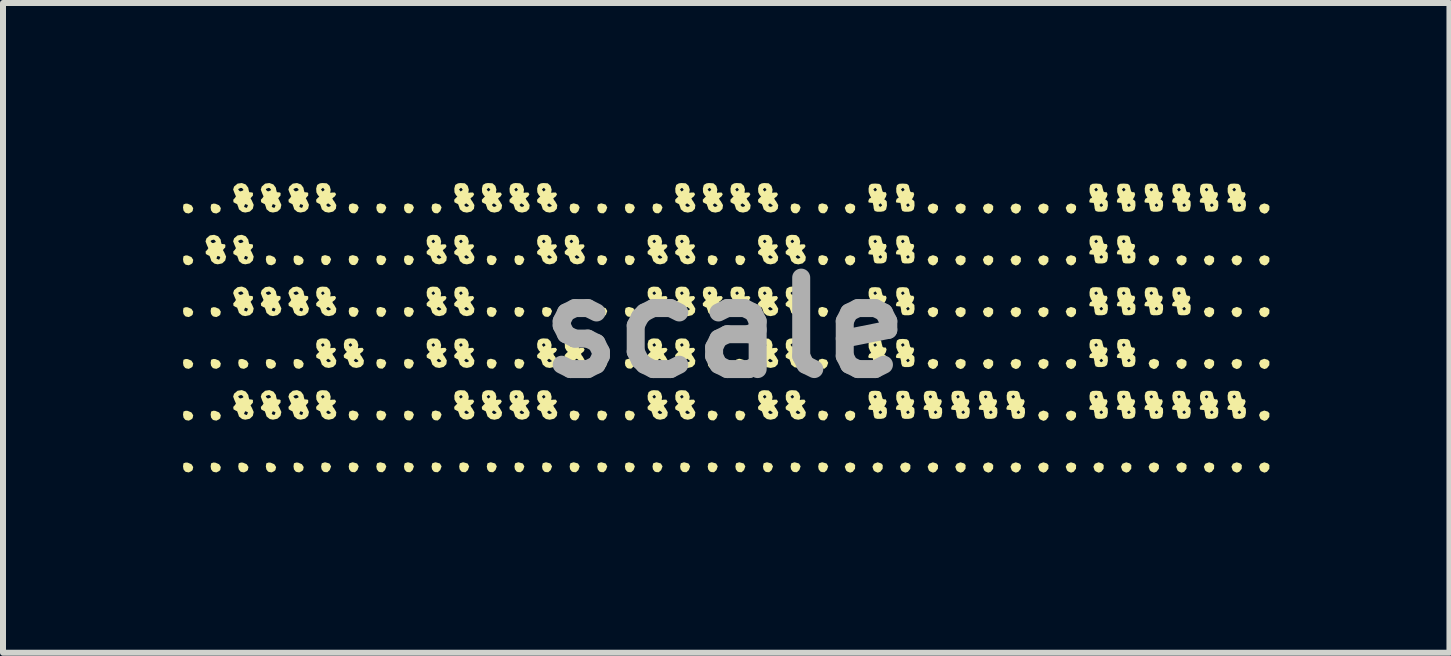
<source format=kicad_pcb>
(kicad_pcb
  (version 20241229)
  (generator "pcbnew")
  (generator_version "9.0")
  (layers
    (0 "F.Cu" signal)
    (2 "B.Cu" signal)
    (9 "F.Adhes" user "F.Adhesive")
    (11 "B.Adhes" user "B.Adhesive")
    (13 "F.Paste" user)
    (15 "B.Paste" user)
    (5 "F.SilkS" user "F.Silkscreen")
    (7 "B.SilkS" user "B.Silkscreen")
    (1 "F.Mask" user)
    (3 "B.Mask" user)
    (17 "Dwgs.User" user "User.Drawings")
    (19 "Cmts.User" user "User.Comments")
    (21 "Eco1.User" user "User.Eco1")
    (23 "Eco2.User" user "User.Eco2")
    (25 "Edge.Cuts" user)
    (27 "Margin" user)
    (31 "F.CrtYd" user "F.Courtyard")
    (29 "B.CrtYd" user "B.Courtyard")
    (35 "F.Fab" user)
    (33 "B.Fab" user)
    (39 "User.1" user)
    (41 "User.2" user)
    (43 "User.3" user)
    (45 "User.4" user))
  (footprint "scale"
    (layer "F.Cu")
    (at 9.032 2.411)
    (property "Reference" "scale" (at 0 0 0) (layer "F.Fab") (effects (font (size 1.524 1.524) (thickness 0.3))))
    (attr board_only exclude_from_pos_files exclude_from_bom)
    (fp_poly (pts (xy 2.145 -2.053) (xy 2.169 -2.024) (xy 2.167 -1.964) (xy 2.129 -1.913) (xy 2.086 -1.899) (xy 2.037 -1.919) (xy 2.017 -1.938) (xy 1.996 -1.997) (xy 2.022 -2.048) (xy 2.082 -2.071) (xy 2.086 -2.071)) (stroke (width 0) (type solid)) (fill yes) (layer "F.SilkS"))
    (fp_poly (pts (xy 2.145 -1.19) (xy 2.169 -1.161) (xy 2.167 -1.101) (xy 2.129 -1.051) (xy 2.086 -1.036) (xy 2.037 -1.056) (xy 2.017 -1.075) (xy 1.996 -1.134) (xy 2.022 -1.185) (xy 2.082 -1.208) (xy 2.086 -1.208)) (stroke (width 0) (type solid)) (fill yes) (layer "F.SilkS"))
    (fp_poly (pts (xy 2.145 -0.327) (xy 2.169 -0.298) (xy 2.167 -0.238) (xy 2.129 -0.188) (xy 2.086 -0.173) (xy 2.037 -0.193) (xy 2.017 -0.212) (xy 1.996 -0.271) (xy 2.022 -0.322) (xy 2.082 -0.345) (xy 2.086 -0.345)) (stroke (width 0) (type solid)) (fill yes) (layer "F.SilkS"))
    (fp_poly (pts (xy 2.145 0.536) (xy 2.169 0.565) (xy 2.167 0.625) (xy 2.129 0.675) (xy 2.086 0.69) (xy 2.037 0.67) (xy 2.017 0.651) (xy 1.996 0.592) (xy 2.022 0.541) (xy 2.082 0.518) (xy 2.086 0.518)) (stroke (width 0) (type solid)) (fill yes) (layer "F.SilkS"))
    (fp_poly (pts (xy 2.145 1.399) (xy 2.169 1.428) (xy 2.167 1.488) (xy 2.129 1.538) (xy 2.086 1.553) (xy 2.037 1.533) (xy 2.017 1.514) (xy 1.996 1.455) (xy 2.022 1.404) (xy 2.082 1.381) (xy 2.086 1.381)) (stroke (width 0) (type solid)) (fill yes) (layer "F.SilkS"))
    (fp_poly (pts (xy 2.145 2.262) (xy 2.169 2.291) (xy 2.167 2.351) (xy 2.129 2.401) (xy 2.086 2.416) (xy 2.037 2.396) (xy 2.017 2.377) (xy 1.996 2.318) (xy 2.022 2.267) (xy 2.082 2.244) (xy 2.086 2.244)) (stroke (width 0) (type solid)) (fill yes) (layer "F.SilkS"))
    (fp_poly (pts (xy 2.605 2.262) (xy 2.629 2.291) (xy 2.627 2.351) (xy 2.589 2.401) (xy 2.546 2.416) (xy 2.498 2.396) (xy 2.477 2.377) (xy 2.457 2.318) (xy 2.482 2.267) (xy 2.543 2.244) (xy 2.546 2.244)) (stroke (width 0) (type solid)) (fill yes) (layer "F.SilkS"))
    (fp_poly (pts (xy 3.065 2.262) (xy 3.09 2.291) (xy 3.088 2.351) (xy 3.049 2.401) (xy 3.006 2.416) (xy 2.958 2.396) (xy 2.937 2.377) (xy 2.917 2.318) (xy 2.942 2.267) (xy 3.003 2.244) (xy 3.006 2.244)) (stroke (width 0) (type solid)) (fill yes) (layer "F.SilkS"))
    (fp_poly (pts (xy 3.525 -2.053) (xy 3.55 -2.024) (xy 3.548 -1.964) (xy 3.509 -1.913) (xy 3.466 -1.899) (xy 3.418 -1.919) (xy 3.397 -1.938) (xy 3.377 -1.997) (xy 3.402 -2.048) (xy 3.463 -2.071) (xy 3.466 -2.071)) (stroke (width 0) (type solid)) (fill yes) (layer "F.SilkS"))
    (fp_poly (pts (xy 3.525 -1.19) (xy 3.55 -1.161) (xy 3.548 -1.101) (xy 3.509 -1.051) (xy 3.466 -1.036) (xy 3.418 -1.056) (xy 3.397 -1.075) (xy 3.377 -1.134) (xy 3.402 -1.185) (xy 3.463 -1.208) (xy 3.466 -1.208)) (stroke (width 0) (type solid)) (fill yes) (layer "F.SilkS"))
    (fp_poly (pts (xy 3.525 -0.327) (xy 3.55 -0.298) (xy 3.548 -0.238) (xy 3.509 -0.188) (xy 3.466 -0.173) (xy 3.418 -0.193) (xy 3.397 -0.212) (xy 3.377 -0.271) (xy 3.402 -0.322) (xy 3.463 -0.345) (xy 3.466 -0.345)) (stroke (width 0) (type solid)) (fill yes) (layer "F.SilkS"))
    (fp_poly (pts (xy 3.525 0.536) (xy 3.55 0.565) (xy 3.548 0.625) (xy 3.509 0.675) (xy 3.466 0.69) (xy 3.418 0.67) (xy 3.397 0.651) (xy 3.377 0.592) (xy 3.402 0.541) (xy 3.463 0.518) (xy 3.466 0.518)) (stroke (width 0) (type solid)) (fill yes) (layer "F.SilkS"))
    (fp_poly (pts (xy 3.525 2.262) (xy 3.55 2.291) (xy 3.548 2.351) (xy 3.509 2.401) (xy 3.466 2.416) (xy 3.418 2.396) (xy 3.397 2.377) (xy 3.377 2.318) (xy 3.402 2.267) (xy 3.463 2.244) (xy 3.466 2.244)) (stroke (width 0) (type solid)) (fill yes) (layer "F.SilkS"))
    (fp_poly (pts (xy 3.986 -2.053) (xy 4.01 -2.024) (xy 4.008 -1.964) (xy 3.97 -1.913) (xy 3.926 -1.899) (xy 3.878 -1.919) (xy 3.858 -1.938) (xy 3.837 -1.997) (xy 3.863 -2.048) (xy 3.923 -2.071) (xy 3.926 -2.071)) (stroke (width 0) (type solid)) (fill yes) (layer "F.SilkS"))
    (fp_poly (pts (xy 3.986 -1.19) (xy 4.01 -1.161) (xy 4.008 -1.101) (xy 3.97 -1.051) (xy 3.926 -1.036) (xy 3.878 -1.056) (xy 3.858 -1.075) (xy 3.837 -1.134) (xy 3.863 -1.185) (xy 3.923 -1.208) (xy 3.926 -1.208)) (stroke (width 0) (type solid)) (fill yes) (layer "F.SilkS"))
    (fp_poly (pts (xy 3.986 -0.327) (xy 4.01 -0.298) (xy 4.008 -0.238) (xy 3.97 -0.188) (xy 3.926 -0.173) (xy 3.878 -0.193) (xy 3.858 -0.212) (xy 3.837 -0.271) (xy 3.863 -0.322) (xy 3.923 -0.345) (xy 3.926 -0.345)) (stroke (width 0) (type solid)) (fill yes) (layer "F.SilkS"))
    (fp_poly (pts (xy 3.986 0.536) (xy 4.01 0.565) (xy 4.008 0.625) (xy 3.97 0.675) (xy 3.926 0.69) (xy 3.878 0.67) (xy 3.858 0.651) (xy 3.837 0.592) (xy 3.863 0.541) (xy 3.923 0.518) (xy 3.926 0.518)) (stroke (width 0) (type solid)) (fill yes) (layer "F.SilkS"))
    (fp_poly (pts (xy 3.986 2.262) (xy 4.01 2.291) (xy 4.008 2.351) (xy 3.97 2.401) (xy 3.926 2.416) (xy 3.878 2.396) (xy 3.858 2.377) (xy 3.837 2.318) (xy 3.863 2.267) (xy 3.923 2.244) (xy 3.926 2.244)) (stroke (width 0) (type solid)) (fill yes) (layer "F.SilkS"))
    (fp_poly (pts (xy 4.446 -2.053) (xy 4.47 -2.024) (xy 4.468 -1.964) (xy 4.43 -1.913) (xy 4.387 -1.899) (xy 4.339 -1.919) (xy 4.318 -1.938) (xy 4.298 -1.997) (xy 4.323 -2.048) (xy 4.384 -2.071) (xy 4.387 -2.071)) (stroke (width 0) (type solid)) (fill yes) (layer "F.SilkS"))
    (fp_poly (pts (xy 4.446 -1.19) (xy 4.47 -1.161) (xy 4.468 -1.101) (xy 4.43 -1.051) (xy 4.387 -1.036) (xy 4.339 -1.056) (xy 4.318 -1.075) (xy 4.298 -1.134) (xy 4.323 -1.185) (xy 4.384 -1.208) (xy 4.387 -1.208)) (stroke (width 0) (type solid)) (fill yes) (layer "F.SilkS"))
    (fp_poly (pts (xy 4.446 -0.327) (xy 4.47 -0.298) (xy 4.468 -0.238) (xy 4.43 -0.188) (xy 4.387 -0.173) (xy 4.339 -0.193) (xy 4.318 -0.212) (xy 4.298 -0.271) (xy 4.323 -0.322) (xy 4.384 -0.345) (xy 4.387 -0.345)) (stroke (width 0) (type solid)) (fill yes) (layer "F.SilkS"))
    (fp_poly (pts (xy 4.446 0.536) (xy 4.47 0.565) (xy 4.468 0.625) (xy 4.43 0.675) (xy 4.387 0.69) (xy 4.339 0.67) (xy 4.318 0.651) (xy 4.298 0.592) (xy 4.323 0.541) (xy 4.384 0.518) (xy 4.387 0.518)) (stroke (width 0) (type solid)) (fill yes) (layer "F.SilkS"))
    (fp_poly (pts (xy 4.446 2.262) (xy 4.47 2.291) (xy 4.468 2.351) (xy 4.43 2.401) (xy 4.387 2.416) (xy 4.339 2.396) (xy 4.318 2.377) (xy 4.298 2.318) (xy 4.323 2.267) (xy 4.384 2.244) (xy 4.387 2.244)) (stroke (width 0) (type solid)) (fill yes) (layer "F.SilkS"))
    (fp_poly (pts (xy 4.906 -2.053) (xy 4.931 -2.024) (xy 4.929 -1.964) (xy 4.89 -1.913) (xy 4.847 -1.899) (xy 4.799 -1.919) (xy 4.778 -1.938) (xy 4.758 -1.997) (xy 4.783 -2.048) (xy 4.844 -2.071) (xy 4.847 -2.071)) (stroke (width 0) (type solid)) (fill yes) (layer "F.SilkS"))
    (fp_poly (pts (xy 4.906 -1.19) (xy 4.931 -1.161) (xy 4.929 -1.101) (xy 4.89 -1.051) (xy 4.847 -1.036) (xy 4.799 -1.056) (xy 4.778 -1.075) (xy 4.758 -1.134) (xy 4.783 -1.185) (xy 4.844 -1.208) (xy 4.847 -1.208)) (stroke (width 0) (type solid)) (fill yes) (layer "F.SilkS"))
    (fp_poly (pts (xy 4.906 -0.327) (xy 4.931 -0.298) (xy 4.929 -0.238) (xy 4.89 -0.188) (xy 4.847 -0.173) (xy 4.799 -0.193) (xy 4.778 -0.212) (xy 4.758 -0.271) (xy 4.783 -0.322) (xy 4.844 -0.345) (xy 4.847 -0.345)) (stroke (width 0) (type solid)) (fill yes) (layer "F.SilkS"))
    (fp_poly (pts (xy 4.906 0.536) (xy 4.931 0.565) (xy 4.929 0.625) (xy 4.89 0.675) (xy 4.847 0.69) (xy 4.799 0.67) (xy 4.778 0.651) (xy 4.758 0.592) (xy 4.783 0.541) (xy 4.844 0.518) (xy 4.847 0.518)) (stroke (width 0) (type solid)) (fill yes) (layer "F.SilkS"))
    (fp_poly (pts (xy 4.906 2.262) (xy 4.931 2.291) (xy 4.929 2.351) (xy 4.89 2.401) (xy 4.847 2.416) (xy 4.799 2.396) (xy 4.778 2.377) (xy 4.758 2.318) (xy 4.783 2.267) (xy 4.844 2.244) (xy 4.847 2.244)) (stroke (width 0) (type solid)) (fill yes) (layer "F.SilkS"))
    (fp_poly (pts (xy 5.366 -2.053) (xy 5.391 -2.024) (xy 5.389 -1.964) (xy 5.35 -1.913) (xy 5.307 -1.899) (xy 5.259 -1.919) (xy 5.238 -1.938) (xy 5.218 -1.997) (xy 5.243 -2.048) (xy 5.304 -2.071) (xy 5.307 -2.071)) (stroke (width 0) (type solid)) (fill yes) (layer "F.SilkS"))
    (fp_poly (pts (xy 5.366 -1.19) (xy 5.391 -1.161) (xy 5.389 -1.101) (xy 5.35 -1.051) (xy 5.307 -1.036) (xy 5.259 -1.056) (xy 5.238 -1.075) (xy 5.218 -1.134) (xy 5.243 -1.185) (xy 5.304 -1.208) (xy 5.307 -1.208)) (stroke (width 0) (type solid)) (fill yes) (layer "F.SilkS"))
    (fp_poly (pts (xy 5.366 -0.327) (xy 5.391 -0.298) (xy 5.389 -0.238) (xy 5.35 -0.188) (xy 5.307 -0.173) (xy 5.259 -0.193) (xy 5.238 -0.212) (xy 5.218 -0.271) (xy 5.243 -0.322) (xy 5.304 -0.345) (xy 5.307 -0.345)) (stroke (width 0) (type solid)) (fill yes) (layer "F.SilkS"))
    (fp_poly (pts (xy 5.366 0.536) (xy 5.391 0.565) (xy 5.389 0.625) (xy 5.35 0.675) (xy 5.307 0.69) (xy 5.259 0.67) (xy 5.238 0.651) (xy 5.218 0.592) (xy 5.243 0.541) (xy 5.304 0.518) (xy 5.307 0.518)) (stroke (width 0) (type solid)) (fill yes) (layer "F.SilkS"))
    (fp_poly (pts (xy 5.366 1.399) (xy 5.391 1.428) (xy 5.389 1.488) (xy 5.35 1.538) (xy 5.307 1.553) (xy 5.259 1.533) (xy 5.238 1.514) (xy 5.218 1.455) (xy 5.243 1.404) (xy 5.304 1.381) (xy 5.307 1.381)) (stroke (width 0) (type solid)) (fill yes) (layer "F.SilkS"))
    (fp_poly (pts (xy 5.366 2.262) (xy 5.391 2.291) (xy 5.389 2.351) (xy 5.35 2.401) (xy 5.307 2.416) (xy 5.259 2.396) (xy 5.238 2.377) (xy 5.218 2.318) (xy 5.243 2.267) (xy 5.304 2.244) (xy 5.307 2.244)) (stroke (width 0) (type solid)) (fill yes) (layer "F.SilkS"))
    (fp_poly (pts (xy 5.827 -2.053) (xy 5.851 -2.024) (xy 5.849 -1.964) (xy 5.811 -1.913) (xy 5.767 -1.899) (xy 5.719 -1.919) (xy 5.699 -1.938) (xy 5.678 -1.997) (xy 5.704 -2.048) (xy 5.764 -2.071) (xy 5.767 -2.071)) (stroke (width 0) (type solid)) (fill yes) (layer "F.SilkS"))
    (fp_poly (pts (xy 5.827 -1.19) (xy 5.851 -1.161) (xy 5.849 -1.101) (xy 5.811 -1.051) (xy 5.767 -1.036) (xy 5.719 -1.056) (xy 5.699 -1.075) (xy 5.678 -1.134) (xy 5.704 -1.185) (xy 5.764 -1.208) (xy 5.767 -1.208)) (stroke (width 0) (type solid)) (fill yes) (layer "F.SilkS"))
    (fp_poly (pts (xy 5.827 -0.327) (xy 5.851 -0.298) (xy 5.849 -0.238) (xy 5.811 -0.188) (xy 5.767 -0.173) (xy 5.719 -0.193) (xy 5.699 -0.212) (xy 5.678 -0.271) (xy 5.704 -0.322) (xy 5.764 -0.345) (xy 5.767 -0.345)) (stroke (width 0) (type solid)) (fill yes) (layer "F.SilkS"))
    (fp_poly (pts (xy 5.827 0.536) (xy 5.851 0.565) (xy 5.849 0.625) (xy 5.811 0.675) (xy 5.767 0.69) (xy 5.719 0.67) (xy 5.699 0.651) (xy 5.678 0.592) (xy 5.704 0.541) (xy 5.764 0.518) (xy 5.767 0.518)) (stroke (width 0) (type solid)) (fill yes) (layer "F.SilkS"))
    (fp_poly (pts (xy 5.827 1.399) (xy 5.851 1.428) (xy 5.849 1.488) (xy 5.811 1.538) (xy 5.767 1.553) (xy 5.719 1.533) (xy 5.699 1.514) (xy 5.678 1.455) (xy 5.704 1.404) (xy 5.764 1.381) (xy 5.767 1.381)) (stroke (width 0) (type solid)) (fill yes) (layer "F.SilkS"))
    (fp_poly (pts (xy 5.827 2.262) (xy 5.851 2.291) (xy 5.849 2.351) (xy 5.811 2.401) (xy 5.767 2.416) (xy 5.719 2.396) (xy 5.699 2.377) (xy 5.678 2.318) (xy 5.704 2.267) (xy 5.764 2.244) (xy 5.767 2.244)) (stroke (width 0) (type solid)) (fill yes) (layer "F.SilkS"))
    (fp_poly (pts (xy 6.287 2.262) (xy 6.311 2.291) (xy 6.309 2.351) (xy 6.271 2.401) (xy 6.228 2.416) (xy 6.18 2.396) (xy 6.159 2.377) (xy 6.139 2.318) (xy 6.164 2.267) (xy 6.225 2.244) (xy 6.228 2.244)) (stroke (width 0) (type solid)) (fill yes) (layer "F.SilkS"))
    (fp_poly (pts (xy 6.747 2.262) (xy 6.772 2.291) (xy 6.77 2.351) (xy 6.731 2.401) (xy 6.688 2.416) (xy 6.64 2.396) (xy 6.619 2.377) (xy 6.599 2.318) (xy 6.624 2.267) (xy 6.685 2.244) (xy 6.688 2.244)) (stroke (width 0) (type solid)) (fill yes) (layer "F.SilkS"))
    (fp_poly (pts (xy 7.207 -1.19) (xy 7.232 -1.161) (xy 7.23 -1.101) (xy 7.191 -1.051) (xy 7.148 -1.036) (xy 7.1 -1.056) (xy 7.079 -1.075) (xy 7.059 -1.134) (xy 7.084 -1.185) (xy 7.145 -1.208) (xy 7.148 -1.208)) (stroke (width 0) (type solid)) (fill yes) (layer "F.SilkS"))
    (fp_poly (pts (xy 7.207 0.536) (xy 7.232 0.565) (xy 7.23 0.625) (xy 7.191 0.675) (xy 7.148 0.69) (xy 7.1 0.67) (xy 7.079 0.651) (xy 7.059 0.592) (xy 7.084 0.541) (xy 7.145 0.518) (xy 7.148 0.518)) (stroke (width 0) (type solid)) (fill yes) (layer "F.SilkS"))
    (fp_poly (pts (xy 7.207 2.262) (xy 7.232 2.291) (xy 7.23 2.351) (xy 7.191 2.401) (xy 7.148 2.416) (xy 7.1 2.396) (xy 7.079 2.377) (xy 7.059 2.318) (xy 7.084 2.267) (xy 7.145 2.244) (xy 7.148 2.244)) (stroke (width 0) (type solid)) (fill yes) (layer "F.SilkS"))
    (fp_poly (pts (xy 7.667 -1.19) (xy 7.692 -1.161) (xy 7.69 -1.101) (xy 7.652 -1.051) (xy 7.608 -1.036) (xy 7.56 -1.056) (xy 7.54 -1.075) (xy 7.519 -1.134) (xy 7.545 -1.185) (xy 7.605 -1.208) (xy 7.608 -1.208)) (stroke (width 0) (type solid)) (fill yes) (layer "F.SilkS"))
    (fp_poly (pts (xy 7.667 0.536) (xy 7.692 0.565) (xy 7.69 0.625) (xy 7.652 0.675) (xy 7.608 0.69) (xy 7.56 0.67) (xy 7.54 0.651) (xy 7.519 0.592) (xy 7.545 0.541) (xy 7.605 0.518) (xy 7.608 0.518)) (stroke (width 0) (type solid)) (fill yes) (layer "F.SilkS"))
    (fp_poly (pts (xy 7.667 2.262) (xy 7.692 2.291) (xy 7.69 2.351) (xy 7.652 2.401) (xy 7.608 2.416) (xy 7.56 2.396) (xy 7.54 2.377) (xy 7.519 2.318) (xy 7.545 2.267) (xy 7.605 2.244) (xy 7.608 2.244)) (stroke (width 0) (type solid)) (fill yes) (layer "F.SilkS"))
    (fp_poly (pts (xy 8.128 -1.19) (xy 8.152 -1.161) (xy 8.15 -1.101) (xy 8.112 -1.051) (xy 8.069 -1.036) (xy 8.021 -1.056) (xy 8 -1.075) (xy 7.98 -1.134) (xy 8.005 -1.185) (xy 8.066 -1.208) (xy 8.069 -1.208)) (stroke (width 0) (type solid)) (fill yes) (layer "F.SilkS"))
    (fp_poly (pts (xy 8.128 -0.327) (xy 8.152 -0.298) (xy 8.15 -0.238) (xy 8.112 -0.188) (xy 8.069 -0.173) (xy 8.021 -0.193) (xy 8 -0.212) (xy 7.98 -0.271) (xy 8.005 -0.322) (xy 8.066 -0.345) (xy 8.069 -0.345)) (stroke (width 0) (type solid)) (fill yes) (layer "F.SilkS"))
    (fp_poly (pts (xy 8.128 0.536) (xy 8.152 0.565) (xy 8.15 0.625) (xy 8.112 0.675) (xy 8.069 0.69) (xy 8.021 0.67) (xy 8 0.651) (xy 7.98 0.592) (xy 8.005 0.541) (xy 8.066 0.518) (xy 8.069 0.518)) (stroke (width 0) (type solid)) (fill yes) (layer "F.SilkS"))
    (fp_poly (pts (xy 8.128 2.262) (xy 8.152 2.291) (xy 8.15 2.351) (xy 8.112 2.401) (xy 8.069 2.416) (xy 8.021 2.396) (xy 8 2.377) (xy 7.98 2.318) (xy 8.005 2.267) (xy 8.066 2.244) (xy 8.069 2.244)) (stroke (width 0) (type solid)) (fill yes) (layer "F.SilkS"))
    (fp_poly (pts (xy 8.588 -1.19) (xy 8.613 -1.161) (xy 8.611 -1.101) (xy 8.572 -1.051) (xy 8.529 -1.036) (xy 8.481 -1.056) (xy 8.46 -1.075) (xy 8.44 -1.134) (xy 8.465 -1.185) (xy 8.526 -1.208) (xy 8.529 -1.208)) (stroke (width 0) (type solid)) (fill yes) (layer "F.SilkS"))
    (fp_poly (pts (xy 8.588 -0.327) (xy 8.613 -0.298) (xy 8.611 -0.238) (xy 8.572 -0.188) (xy 8.529 -0.173) (xy 8.481 -0.193) (xy 8.46 -0.212) (xy 8.44 -0.271) (xy 8.465 -0.322) (xy 8.526 -0.345) (xy 8.529 -0.345)) (stroke (width 0) (type solid)) (fill yes) (layer "F.SilkS"))
    (fp_poly (pts (xy 8.588 0.536) (xy 8.613 0.565) (xy 8.611 0.625) (xy 8.572 0.675) (xy 8.529 0.69) (xy 8.481 0.67) (xy 8.46 0.651) (xy 8.44 0.592) (xy 8.465 0.541) (xy 8.526 0.518) (xy 8.529 0.518)) (stroke (width 0) (type solid)) (fill yes) (layer "F.SilkS"))
    (fp_poly (pts (xy 8.588 2.262) (xy 8.613 2.291) (xy 8.611 2.351) (xy 8.572 2.401) (xy 8.529 2.416) (xy 8.481 2.396) (xy 8.46 2.377) (xy 8.44 2.318) (xy 8.465 2.267) (xy 8.526 2.244) (xy 8.529 2.244)) (stroke (width 0) (type solid)) (fill yes) (layer "F.SilkS"))
    (fp_poly (pts (xy 9.048 -2.053) (xy 9.073 -2.024) (xy 9.071 -1.964) (xy 9.032 -1.913) (xy 8.989 -1.899) (xy 8.941 -1.919) (xy 8.92 -1.938) (xy 8.9 -1.997) (xy 8.925 -2.048) (xy 8.986 -2.071) (xy 8.989 -2.071)) (stroke (width 0) (type solid)) (fill yes) (layer "F.SilkS"))
    (fp_poly (pts (xy 9.048 -1.19) (xy 9.073 -1.161) (xy 9.071 -1.101) (xy 9.032 -1.051) (xy 8.989 -1.036) (xy 8.941 -1.056) (xy 8.92 -1.075) (xy 8.9 -1.134) (xy 8.925 -1.185) (xy 8.986 -1.208) (xy 8.989 -1.208)) (stroke (width 0) (type solid)) (fill yes) (layer "F.SilkS"))
    (fp_poly (pts (xy 9.048 -0.327) (xy 9.073 -0.298) (xy 9.071 -0.238) (xy 9.032 -0.188) (xy 8.989 -0.173) (xy 8.941 -0.193) (xy 8.92 -0.212) (xy 8.9 -0.271) (xy 8.925 -0.322) (xy 8.986 -0.345) (xy 8.989 -0.345)) (stroke (width 0) (type solid)) (fill yes) (layer "F.SilkS"))
    (fp_poly (pts (xy 9.048 0.536) (xy 9.073 0.565) (xy 9.071 0.625) (xy 9.032 0.675) (xy 8.989 0.69) (xy 8.941 0.67) (xy 8.92 0.651) (xy 8.9 0.592) (xy 8.925 0.541) (xy 8.986 0.518) (xy 8.989 0.518)) (stroke (width 0) (type solid)) (fill yes) (layer "F.SilkS"))
    (fp_poly (pts (xy 9.048 1.399) (xy 9.073 1.428) (xy 9.071 1.488) (xy 9.032 1.538) (xy 8.989 1.553) (xy 8.941 1.533) (xy 8.92 1.514) (xy 8.9 1.455) (xy 8.925 1.404) (xy 8.986 1.381) (xy 8.989 1.381)) (stroke (width 0) (type solid)) (fill yes) (layer "F.SilkS"))
    (fp_poly (pts (xy 9.048 2.262) (xy 9.073 2.291) (xy 9.071 2.351) (xy 9.032 2.401) (xy 8.989 2.416) (xy 8.941 2.396) (xy 8.92 2.377) (xy 8.9 2.318) (xy 8.925 2.267) (xy 8.986 2.244) (xy 8.989 2.244)) (stroke (width 0) (type solid)) (fill yes) (layer "F.SilkS"))
    (fp_poly (pts (xy -8.954 -2.066) (xy -8.892 -2.04) (xy -8.862 -1.993) (xy -8.872 -1.943) (xy -8.893 -1.924) (xy -8.936 -1.903) (xy -8.98 -1.911) (xy -8.996 -1.918) (xy -9.024 -1.954) (xy -9.032 -2.004) (xy -9.024 -2.054) (xy -8.986 -2.068)) (stroke (width 0) (type solid)) (fill yes) (layer "F.SilkS"))
    (fp_poly (pts (xy -8.954 -1.203) (xy -8.892 -1.177) (xy -8.862 -1.13) (xy -8.872 -1.08) (xy -8.893 -1.061) (xy -8.936 -1.04) (xy -8.98 -1.048) (xy -8.996 -1.055) (xy -9.024 -1.091) (xy -9.032 -1.141) (xy -9.024 -1.191) (xy -8.986 -1.205)) (stroke (width 0) (type solid)) (fill yes) (layer "F.SilkS"))
    (fp_poly (pts (xy -8.954 -0.34) (xy -8.892 -0.314) (xy -8.862 -0.267) (xy -8.872 -0.217) (xy -8.893 -0.198) (xy -8.936 -0.177) (xy -8.98 -0.185) (xy -8.996 -0.192) (xy -9.024 -0.228) (xy -9.032 -0.278) (xy -9.024 -0.329) (xy -8.986 -0.342)) (stroke (width 0) (type solid)) (fill yes) (layer "F.SilkS"))
    (fp_poly (pts (xy -8.954 0.523) (xy -8.892 0.549) (xy -8.862 0.596) (xy -8.872 0.646) (xy -8.893 0.665) (xy -8.936 0.686) (xy -8.98 0.678) (xy -8.996 0.671) (xy -9.024 0.635) (xy -9.032 0.585) (xy -9.024 0.534) (xy -8.986 0.521)) (stroke (width 0) (type solid)) (fill yes) (layer "F.SilkS"))
    (fp_poly (pts (xy -8.954 1.386) (xy -8.892 1.412) (xy -8.862 1.459) (xy -8.872 1.509) (xy -8.893 1.528) (xy -8.936 1.549) (xy -8.98 1.541) (xy -8.996 1.534) (xy -9.024 1.498) (xy -9.032 1.448) (xy -9.024 1.397) (xy -8.986 1.384)) (stroke (width 0) (type solid)) (fill yes) (layer "F.SilkS"))
    (fp_poly (pts (xy -8.954 2.249) (xy -8.892 2.275) (xy -8.862 2.322) (xy -8.872 2.372) (xy -8.893 2.391) (xy -8.936 2.412) (xy -8.98 2.404) (xy -8.996 2.397) (xy -9.024 2.361) (xy -9.032 2.311) (xy -9.024 2.26) (xy -8.986 2.247)) (stroke (width 0) (type solid)) (fill yes) (layer "F.SilkS"))
    (fp_poly (pts (xy -8.493 -2.066) (xy -8.431 -2.04) (xy -8.402 -1.993) (xy -8.412 -1.943) (xy -8.433 -1.924) (xy -8.476 -1.903) (xy -8.519 -1.911) (xy -8.536 -1.918) (xy -8.564 -1.954) (xy -8.572 -2.004) (xy -8.563 -2.054) (xy -8.526 -2.068)) (stroke (width 0) (type solid)) (fill yes) (layer "F.SilkS"))
    (fp_poly (pts (xy -8.493 -0.34) (xy -8.431 -0.314) (xy -8.402 -0.267) (xy -8.412 -0.217) (xy -8.433 -0.198) (xy -8.476 -0.177) (xy -8.519 -0.185) (xy -8.536 -0.192) (xy -8.564 -0.228) (xy -8.572 -0.278) (xy -8.563 -0.329) (xy -8.526 -0.342)) (stroke (width 0) (type solid)) (fill yes) (layer "F.SilkS"))
    (fp_poly (pts (xy -8.493 0.523) (xy -8.431 0.549) (xy -8.402 0.596) (xy -8.412 0.646) (xy -8.433 0.665) (xy -8.476 0.686) (xy -8.519 0.678) (xy -8.536 0.671) (xy -8.564 0.635) (xy -8.572 0.585) (xy -8.563 0.534) (xy -8.526 0.521)) (stroke (width 0) (type solid)) (fill yes) (layer "F.SilkS"))
    (fp_poly (pts (xy -8.493 1.386) (xy -8.431 1.412) (xy -8.402 1.459) (xy -8.412 1.509) (xy -8.433 1.528) (xy -8.476 1.549) (xy -8.519 1.541) (xy -8.536 1.534) (xy -8.564 1.498) (xy -8.572 1.448) (xy -8.563 1.397) (xy -8.526 1.384)) (stroke (width 0) (type solid)) (fill yes) (layer "F.SilkS"))
    (fp_poly (pts (xy -8.493 2.249) (xy -8.431 2.275) (xy -8.402 2.322) (xy -8.412 2.372) (xy -8.433 2.391) (xy -8.476 2.412) (xy -8.519 2.404) (xy -8.536 2.397) (xy -8.564 2.361) (xy -8.572 2.311) (xy -8.563 2.26) (xy -8.526 2.247)) (stroke (width 0) (type solid)) (fill yes) (layer "F.SilkS"))
    (fp_poly (pts (xy -8.033 0.523) (xy -7.971 0.549) (xy -7.941 0.596) (xy -7.952 0.646) (xy -7.972 0.665) (xy -8.016 0.686) (xy -8.059 0.678) (xy -8.076 0.671) (xy -8.103 0.635) (xy -8.112 0.585) (xy -8.103 0.534) (xy -8.065 0.521)) (stroke (width 0) (type solid)) (fill yes) (layer "F.SilkS"))
    (fp_poly (pts (xy -8.033 2.249) (xy -7.971 2.275) (xy -7.941 2.322) (xy -7.952 2.372) (xy -7.972 2.391) (xy -8.016 2.412) (xy -8.059 2.404) (xy -8.076 2.397) (xy -8.103 2.361) (xy -8.112 2.311) (xy -8.103 2.26) (xy -8.065 2.247)) (stroke (width 0) (type solid)) (fill yes) (layer "F.SilkS"))
    (fp_poly (pts (xy -7.573 -1.203) (xy -7.511 -1.177) (xy -7.481 -1.13) (xy -7.492 -1.08) (xy -7.512 -1.061) (xy -7.555 -1.04) (xy -7.599 -1.048) (xy -7.616 -1.055) (xy -7.643 -1.091) (xy -7.652 -1.141) (xy -7.643 -1.191) (xy -7.605 -1.205)) (stroke (width 0) (type solid)) (fill yes) (layer "F.SilkS"))
    (fp_poly (pts (xy -7.573 0.523) (xy -7.511 0.549) (xy -7.481 0.596) (xy -7.492 0.646) (xy -7.512 0.665) (xy -7.555 0.686) (xy -7.599 0.678) (xy -7.616 0.671) (xy -7.643 0.635) (xy -7.652 0.585) (xy -7.643 0.534) (xy -7.605 0.521)) (stroke (width 0) (type solid)) (fill yes) (layer "F.SilkS"))
    (fp_poly (pts (xy -7.573 2.249) (xy -7.511 2.275) (xy -7.481 2.322) (xy -7.492 2.372) (xy -7.512 2.391) (xy -7.555 2.412) (xy -7.599 2.404) (xy -7.616 2.397) (xy -7.643 2.361) (xy -7.652 2.311) (xy -7.643 2.26) (xy -7.605 2.247)) (stroke (width 0) (type solid)) (fill yes) (layer "F.SilkS"))
    (fp_poly (pts (xy -7.113 -1.203) (xy -7.051 -1.177) (xy -7.021 -1.13) (xy -7.031 -1.08) (xy -7.052 -1.061) (xy -7.095 -1.04) (xy -7.139 -1.048) (xy -7.155 -1.055) (xy -7.183 -1.091) (xy -7.191 -1.141) (xy -7.183 -1.191) (xy -7.145 -1.205)) (stroke (width 0) (type solid)) (fill yes) (layer "F.SilkS"))
    (fp_poly (pts (xy -7.113 0.523) (xy -7.051 0.549) (xy -7.021 0.596) (xy -7.031 0.646) (xy -7.052 0.665) (xy -7.095 0.686) (xy -7.139 0.678) (xy -7.155 0.671) (xy -7.183 0.635) (xy -7.191 0.585) (xy -7.183 0.534) (xy -7.145 0.521)) (stroke (width 0) (type solid)) (fill yes) (layer "F.SilkS"))
    (fp_poly (pts (xy -7.113 2.249) (xy -7.051 2.275) (xy -7.021 2.322) (xy -7.031 2.372) (xy -7.052 2.391) (xy -7.095 2.412) (xy -7.139 2.404) (xy -7.155 2.397) (xy -7.183 2.361) (xy -7.191 2.311) (xy -7.183 2.26) (xy -7.145 2.247)) (stroke (width 0) (type solid)) (fill yes) (layer "F.SilkS"))
    (fp_poly (pts (xy -6.592 -1.189) (xy -6.564 -1.141) (xy -6.586 -1.081) (xy -6.588 -1.078) (xy -6.627 -1.043) (xy -6.671 -1.045) (xy -6.695 -1.055) (xy -6.723 -1.091) (xy -6.731 -1.139) (xy -6.719 -1.192) (xy -6.671 -1.208) (xy -6.658 -1.208)) (stroke (width 0) (type solid)) (fill yes) (layer "F.SilkS"))
    (fp_poly (pts (xy -6.592 2.263) (xy -6.564 2.311) (xy -6.586 2.371) (xy -6.588 2.374) (xy -6.627 2.409) (xy -6.671 2.406) (xy -6.695 2.397) (xy -6.723 2.36) (xy -6.731 2.313) (xy -6.719 2.26) (xy -6.671 2.244) (xy -6.658 2.244)) (stroke (width 0) (type solid)) (fill yes) (layer "F.SilkS"))
    (fp_poly (pts (xy -6.131 -2.052) (xy -6.104 -2.004) (xy -6.125 -1.944) (xy -6.127 -1.941) (xy -6.166 -1.906) (xy -6.211 -1.908) (xy -6.235 -1.918) (xy -6.263 -1.954) (xy -6.271 -2.002) (xy -6.259 -2.054) (xy -6.211 -2.071) (xy -6.198 -2.071)) (stroke (width 0) (type solid)) (fill yes) (layer "F.SilkS"))
    (fp_poly (pts (xy -6.131 -1.189) (xy -6.104 -1.141) (xy -6.125 -1.081) (xy -6.127 -1.078) (xy -6.166 -1.043) (xy -6.211 -1.045) (xy -6.235 -1.055) (xy -6.263 -1.091) (xy -6.271 -1.139) (xy -6.259 -1.192) (xy -6.211 -1.208) (xy -6.198 -1.208)) (stroke (width 0) (type solid)) (fill yes) (layer "F.SilkS"))
    (fp_poly (pts (xy -6.131 -0.326) (xy -6.104 -0.278) (xy -6.125 -0.218) (xy -6.127 -0.215) (xy -6.166 -0.18) (xy -6.211 -0.183) (xy -6.235 -0.192) (xy -6.263 -0.228) (xy -6.271 -0.276) (xy -6.259 -0.329) (xy -6.211 -0.345) (xy -6.198 -0.345)) (stroke (width 0) (type solid)) (fill yes) (layer "F.SilkS"))
    (fp_poly (pts (xy -6.131 1.4) (xy -6.104 1.448) (xy -6.125 1.508) (xy -6.127 1.511) (xy -6.166 1.546) (xy -6.211 1.543) (xy -6.235 1.534) (xy -6.263 1.498) (xy -6.271 1.45) (xy -6.259 1.397) (xy -6.211 1.381) (xy -6.198 1.381)) (stroke (width 0) (type solid)) (fill yes) (layer "F.SilkS"))
    (fp_poly (pts (xy -6.131 2.263) (xy -6.104 2.311) (xy -6.125 2.371) (xy -6.127 2.374) (xy -6.166 2.409) (xy -6.211 2.406) (xy -6.235 2.397) (xy -6.263 2.36) (xy -6.271 2.313) (xy -6.259 2.26) (xy -6.211 2.244) (xy -6.198 2.244)) (stroke (width 0) (type solid)) (fill yes) (layer "F.SilkS"))
    (fp_poly (pts (xy -5.671 -2.052) (xy -5.644 -2.004) (xy -5.665 -1.944) (xy -5.667 -1.941) (xy -5.706 -1.906) (xy -5.75 -1.908) (xy -5.775 -1.918) (xy -5.802 -1.954) (xy -5.811 -2.002) (xy -5.798 -2.054) (xy -5.751 -2.071) (xy -5.738 -2.071)) (stroke (width 0) (type solid)) (fill yes) (layer "F.SilkS"))
    (fp_poly (pts (xy -5.671 -1.189) (xy -5.644 -1.141) (xy -5.665 -1.081) (xy -5.667 -1.078) (xy -5.706 -1.043) (xy -5.75 -1.045) (xy -5.775 -1.055) (xy -5.802 -1.091) (xy -5.811 -1.139) (xy -5.798 -1.192) (xy -5.751 -1.208) (xy -5.738 -1.208)) (stroke (width 0) (type solid)) (fill yes) (layer "F.SilkS"))
    (fp_poly (pts (xy -5.671 -0.326) (xy -5.644 -0.278) (xy -5.665 -0.218) (xy -5.667 -0.215) (xy -5.706 -0.18) (xy -5.75 -0.183) (xy -5.775 -0.192) (xy -5.802 -0.228) (xy -5.811 -0.276) (xy -5.798 -0.329) (xy -5.751 -0.345) (xy -5.738 -0.345)) (stroke (width 0) (type solid)) (fill yes) (layer "F.SilkS"))
    (fp_poly (pts (xy -5.671 0.537) (xy -5.644 0.585) (xy -5.665 0.645) (xy -5.667 0.648) (xy -5.706 0.683) (xy -5.75 0.68) (xy -5.775 0.671) (xy -5.802 0.635) (xy -5.811 0.587) (xy -5.798 0.534) (xy -5.751 0.518) (xy -5.738 0.518)) (stroke (width 0) (type solid)) (fill yes) (layer "F.SilkS"))
    (fp_poly (pts (xy -5.671 1.4) (xy -5.644 1.448) (xy -5.665 1.508) (xy -5.667 1.511) (xy -5.706 1.546) (xy -5.75 1.543) (xy -5.775 1.534) (xy -5.802 1.498) (xy -5.811 1.45) (xy -5.798 1.397) (xy -5.751 1.381) (xy -5.738 1.381)) (stroke (width 0) (type solid)) (fill yes) (layer "F.SilkS"))
    (fp_poly (pts (xy -5.671 2.263) (xy -5.644 2.311) (xy -5.665 2.371) (xy -5.667 2.374) (xy -5.706 2.409) (xy -5.75 2.406) (xy -5.775 2.397) (xy -5.802 2.36) (xy -5.811 2.313) (xy -5.798 2.26) (xy -5.751 2.244) (xy -5.738 2.244)) (stroke (width 0) (type solid)) (fill yes) (layer "F.SilkS"))
    (fp_poly (pts (xy -5.211 -2.052) (xy -5.184 -2.004) (xy -5.205 -1.944) (xy -5.207 -1.941) (xy -5.246 -1.906) (xy -5.29 -1.908) (xy -5.314 -1.918) (xy -5.342 -1.954) (xy -5.35 -2.002) (xy -5.338 -2.054) (xy -5.29 -2.071) (xy -5.278 -2.071)) (stroke (width 0) (type solid)) (fill yes) (layer "F.SilkS"))
    (fp_poly (pts (xy -5.211 -1.189) (xy -5.184 -1.141) (xy -5.205 -1.081) (xy -5.207 -1.078) (xy -5.246 -1.043) (xy -5.29 -1.045) (xy -5.314 -1.055) (xy -5.342 -1.091) (xy -5.35 -1.139) (xy -5.338 -1.192) (xy -5.29 -1.208) (xy -5.278 -1.208)) (stroke (width 0) (type solid)) (fill yes) (layer "F.SilkS"))
    (fp_poly (pts (xy -5.211 -0.326) (xy -5.184 -0.278) (xy -5.205 -0.218) (xy -5.207 -0.215) (xy -5.246 -0.18) (xy -5.29 -0.183) (xy -5.314 -0.192) (xy -5.342 -0.228) (xy -5.35 -0.276) (xy -5.338 -0.329) (xy -5.29 -0.345) (xy -5.278 -0.345)) (stroke (width 0) (type solid)) (fill yes) (layer "F.SilkS"))
    (fp_poly (pts (xy -5.211 0.537) (xy -5.184 0.585) (xy -5.205 0.645) (xy -5.207 0.648) (xy -5.246 0.683) (xy -5.29 0.68) (xy -5.314 0.671) (xy -5.342 0.635) (xy -5.35 0.587) (xy -5.338 0.534) (xy -5.29 0.518) (xy -5.278 0.518)) (stroke (width 0) (type solid)) (fill yes) (layer "F.SilkS"))
    (fp_poly (pts (xy -5.211 1.4) (xy -5.184 1.448) (xy -5.205 1.508) (xy -5.207 1.511) (xy -5.246 1.546) (xy -5.29 1.543) (xy -5.314 1.534) (xy -5.342 1.498) (xy -5.35 1.45) (xy -5.338 1.397) (xy -5.29 1.381) (xy -5.278 1.381)) (stroke (width 0) (type solid)) (fill yes) (layer "F.SilkS"))
    (fp_poly (pts (xy -5.211 2.263) (xy -5.184 2.311) (xy -5.205 2.371) (xy -5.207 2.374) (xy -5.246 2.409) (xy -5.29 2.406) (xy -5.314 2.397) (xy -5.342 2.36) (xy -5.35 2.313) (xy -5.338 2.26) (xy -5.29 2.244) (xy -5.278 2.244)) (stroke (width 0) (type solid)) (fill yes) (layer "F.SilkS"))
    (fp_poly (pts (xy -4.751 -2.052) (xy -4.723 -2.004) (xy -4.745 -1.944) (xy -4.747 -1.941) (xy -4.786 -1.906) (xy -4.83 -1.908) (xy -4.854 -1.918) (xy -4.882 -1.954) (xy -4.89 -2.002) (xy -4.878 -2.054) (xy -4.83 -2.071) (xy -4.817 -2.071)) (stroke (width 0) (type solid)) (fill yes) (layer "F.SilkS"))
    (fp_poly (pts (xy -4.751 1.4) (xy -4.723 1.448) (xy -4.745 1.508) (xy -4.747 1.511) (xy -4.786 1.546) (xy -4.83 1.543) (xy -4.854 1.534) (xy -4.882 1.498) (xy -4.89 1.45) (xy -4.878 1.397) (xy -4.83 1.381) (xy -4.817 1.381)) (stroke (width 0) (type solid)) (fill yes) (layer "F.SilkS"))
    (fp_poly (pts (xy -4.751 2.263) (xy -4.723 2.311) (xy -4.745 2.371) (xy -4.747 2.374) (xy -4.786 2.409) (xy -4.83 2.406) (xy -4.854 2.397) (xy -4.882 2.36) (xy -4.89 2.313) (xy -4.878 2.26) (xy -4.83 2.244) (xy -4.817 2.244)) (stroke (width 0) (type solid)) (fill yes) (layer "F.SilkS"))
    (fp_poly (pts (xy -4.29 2.263) (xy -4.263 2.311) (xy -4.284 2.371) (xy -4.286 2.374) (xy -4.325 2.409) (xy -4.37 2.406) (xy -4.394 2.397) (xy -4.422 2.36) (xy -4.43 2.313) (xy -4.418 2.26) (xy -4.37 2.244) (xy -4.357 2.244)) (stroke (width 0) (type solid)) (fill yes) (layer "F.SilkS"))
    (fp_poly (pts (xy -3.83 -1.189) (xy -3.803 -1.141) (xy -3.824 -1.081) (xy -3.826 -1.078) (xy -3.865 -1.043) (xy -3.909 -1.045) (xy -3.934 -1.055) (xy -3.961 -1.091) (xy -3.97 -1.139) (xy -3.957 -1.192) (xy -3.91 -1.208) (xy -3.897 -1.208)) (stroke (width 0) (type solid)) (fill yes) (layer "F.SilkS"))
    (fp_poly (pts (xy -3.83 -0.326) (xy -3.803 -0.278) (xy -3.824 -0.218) (xy -3.826 -0.215) (xy -3.865 -0.18) (xy -3.909 -0.183) (xy -3.934 -0.192) (xy -3.961 -0.228) (xy -3.97 -0.276) (xy -3.957 -0.329) (xy -3.91 -0.345) (xy -3.897 -0.345)) (stroke (width 0) (type solid)) (fill yes) (layer "F.SilkS"))
    (fp_poly (pts (xy -3.83 0.537) (xy -3.803 0.585) (xy -3.824 0.645) (xy -3.826 0.648) (xy -3.865 0.683) (xy -3.909 0.68) (xy -3.934 0.671) (xy -3.961 0.635) (xy -3.97 0.587) (xy -3.957 0.534) (xy -3.91 0.518) (xy -3.897 0.518)) (stroke (width 0) (type solid)) (fill yes) (layer "F.SilkS"))
    (fp_poly (pts (xy -3.83 2.263) (xy -3.803 2.311) (xy -3.824 2.371) (xy -3.826 2.374) (xy -3.865 2.409) (xy -3.909 2.406) (xy -3.934 2.397) (xy -3.961 2.36) (xy -3.97 2.313) (xy -3.957 2.26) (xy -3.91 2.244) (xy -3.897 2.244)) (stroke (width 0) (type solid)) (fill yes) (layer "F.SilkS"))
    (fp_poly (pts (xy -3.37 -1.189) (xy -3.343 -1.141) (xy -3.364 -1.081) (xy -3.366 -1.078) (xy -3.405 -1.043) (xy -3.449 -1.045) (xy -3.473 -1.055) (xy -3.501 -1.091) (xy -3.509 -1.139) (xy -3.497 -1.192) (xy -3.449 -1.208) (xy -3.437 -1.208)) (stroke (width 0) (type solid)) (fill yes) (layer "F.SilkS"))
    (fp_poly (pts (xy -3.37 -0.326) (xy -3.343 -0.278) (xy -3.364 -0.218) (xy -3.366 -0.215) (xy -3.405 -0.18) (xy -3.449 -0.183) (xy -3.473 -0.192) (xy -3.501 -0.228) (xy -3.509 -0.276) (xy -3.497 -0.329) (xy -3.449 -0.345) (xy -3.437 -0.345)) (stroke (width 0) (type solid)) (fill yes) (layer "F.SilkS"))
    (fp_poly (pts (xy -3.37 0.537) (xy -3.343 0.585) (xy -3.364 0.645) (xy -3.366 0.648) (xy -3.405 0.683) (xy -3.449 0.68) (xy -3.473 0.671) (xy -3.501 0.635) (xy -3.509 0.587) (xy -3.497 0.534) (xy -3.449 0.518) (xy -3.437 0.518)) (stroke (width 0) (type solid)) (fill yes) (layer "F.SilkS"))
    (fp_poly (pts (xy -3.37 2.263) (xy -3.343 2.311) (xy -3.364 2.371) (xy -3.366 2.374) (xy -3.405 2.409) (xy -3.449 2.406) (xy -3.473 2.397) (xy -3.501 2.36) (xy -3.509 2.313) (xy -3.497 2.26) (xy -3.449 2.244) (xy -3.437 2.244)) (stroke (width 0) (type solid)) (fill yes) (layer "F.SilkS"))
    (fp_poly (pts (xy -2.91 -0.326) (xy -2.882 -0.278) (xy -2.904 -0.218) (xy -2.906 -0.215) (xy -2.945 -0.18) (xy -2.989 -0.183) (xy -3.013 -0.192) (xy -3.041 -0.228) (xy -3.049 -0.276) (xy -3.037 -0.329) (xy -2.989 -0.345) (xy -2.976 -0.345)) (stroke (width 0) (type solid)) (fill yes) (layer "F.SilkS"))
    (fp_poly (pts (xy -2.91 2.263) (xy -2.882 2.311) (xy -2.904 2.371) (xy -2.906 2.374) (xy -2.945 2.409) (xy -2.989 2.406) (xy -3.013 2.397) (xy -3.041 2.36) (xy -3.049 2.313) (xy -3.037 2.26) (xy -2.989 2.244) (xy -2.976 2.244)) (stroke (width 0) (type solid)) (fill yes) (layer "F.SilkS"))
    (fp_poly (pts (xy -2.449 -2.052) (xy -2.422 -2.004) (xy -2.443 -1.944) (xy -2.445 -1.941) (xy -2.484 -1.906) (xy -2.529 -1.908) (xy -2.553 -1.918) (xy -2.581 -1.954) (xy -2.589 -2.002) (xy -2.577 -2.054) (xy -2.529 -2.071) (xy -2.516 -2.071)) (stroke (width 0) (type solid)) (fill yes) (layer "F.SilkS"))
    (fp_poly (pts (xy -2.449 -0.326) (xy -2.422 -0.278) (xy -2.443 -0.218) (xy -2.445 -0.215) (xy -2.484 -0.18) (xy -2.529 -0.183) (xy -2.553 -0.192) (xy -2.581 -0.228) (xy -2.589 -0.276) (xy -2.577 -0.329) (xy -2.529 -0.345) (xy -2.516 -0.345)) (stroke (width 0) (type solid)) (fill yes) (layer "F.SilkS"))
    (fp_poly (pts (xy -2.449 1.4) (xy -2.422 1.448) (xy -2.443 1.508) (xy -2.445 1.511) (xy -2.484 1.546) (xy -2.529 1.543) (xy -2.553 1.534) (xy -2.581 1.498) (xy -2.589 1.45) (xy -2.577 1.397) (xy -2.529 1.381) (xy -2.516 1.381)) (stroke (width 0) (type solid)) (fill yes) (layer "F.SilkS"))
    (fp_poly (pts (xy -2.449 2.263) (xy -2.422 2.311) (xy -2.443 2.371) (xy -2.445 2.374) (xy -2.484 2.409) (xy -2.529 2.406) (xy -2.553 2.397) (xy -2.581 2.36) (xy -2.589 2.313) (xy -2.577 2.26) (xy -2.529 2.244) (xy -2.516 2.244)) (stroke (width 0) (type solid)) (fill yes) (layer "F.SilkS"))
    (fp_poly (pts (xy -1.989 -2.052) (xy -1.962 -2.004) (xy -1.983 -1.944) (xy -1.985 -1.941) (xy -2.024 -1.906) (xy -2.068 -1.908) (xy -2.093 -1.918) (xy -2.12 -1.954) (xy -2.129 -2.002) (xy -2.116 -2.054) (xy -2.069 -2.071) (xy -2.056 -2.071)) (stroke (width 0) (type solid)) (fill yes) (layer "F.SilkS"))
    (fp_poly (pts (xy -1.989 -1.189) (xy -1.962 -1.141) (xy -1.983 -1.081) (xy -1.985 -1.078) (xy -2.024 -1.043) (xy -2.068 -1.045) (xy -2.093 -1.055) (xy -2.12 -1.091) (xy -2.129 -1.139) (xy -2.116 -1.192) (xy -2.069 -1.208) (xy -2.056 -1.208)) (stroke (width 0) (type solid)) (fill yes) (layer "F.SilkS"))
    (fp_poly (pts (xy -1.989 -0.326) (xy -1.962 -0.278) (xy -1.983 -0.218) (xy -1.985 -0.215) (xy -2.024 -0.18) (xy -2.068 -0.183) (xy -2.093 -0.192) (xy -2.12 -0.228) (xy -2.129 -0.276) (xy -2.116 -0.329) (xy -2.069 -0.345) (xy -2.056 -0.345)) (stroke (width 0) (type solid)) (fill yes) (layer "F.SilkS"))
    (fp_poly (pts (xy -1.989 0.537) (xy -1.962 0.585) (xy -1.983 0.645) (xy -1.985 0.648) (xy -2.024 0.683) (xy -2.068 0.68) (xy -2.093 0.671) (xy -2.12 0.635) (xy -2.129 0.587) (xy -2.116 0.534) (xy -2.069 0.518) (xy -2.056 0.518)) (stroke (width 0) (type solid)) (fill yes) (layer "F.SilkS"))
    (fp_poly (pts (xy -1.989 1.4) (xy -1.962 1.448) (xy -1.983 1.508) (xy -1.985 1.511) (xy -2.024 1.546) (xy -2.068 1.543) (xy -2.093 1.534) (xy -2.12 1.498) (xy -2.129 1.45) (xy -2.116 1.397) (xy -2.069 1.381) (xy -2.056 1.381)) (stroke (width 0) (type solid)) (fill yes) (layer "F.SilkS"))
    (fp_poly (pts (xy -1.989 2.263) (xy -1.962 2.311) (xy -1.983 2.371) (xy -1.985 2.374) (xy -2.024 2.409) (xy -2.068 2.406) (xy -2.093 2.397) (xy -2.12 2.36) (xy -2.129 2.313) (xy -2.116 2.26) (xy -2.069 2.244) (xy -2.056 2.244)) (stroke (width 0) (type solid)) (fill yes) (layer "F.SilkS"))
    (fp_poly (pts (xy -1.529 -2.052) (xy -1.502 -2.004) (xy -1.523 -1.944) (xy -1.525 -1.941) (xy -1.564 -1.906) (xy -1.608 -1.908) (xy -1.632 -1.918) (xy -1.66 -1.954) (xy -1.668 -2.002) (xy -1.656 -2.054) (xy -1.608 -2.071) (xy -1.596 -2.071)) (stroke (width 0) (type solid)) (fill yes) (layer "F.SilkS"))
    (fp_poly (pts (xy -1.529 -1.189) (xy -1.502 -1.141) (xy -1.523 -1.081) (xy -1.525 -1.078) (xy -1.564 -1.043) (xy -1.608 -1.045) (xy -1.632 -1.055) (xy -1.66 -1.091) (xy -1.668 -1.139) (xy -1.656 -1.192) (xy -1.608 -1.208) (xy -1.596 -1.208)) (stroke (width 0) (type solid)) (fill yes) (layer "F.SilkS"))
    (fp_poly (pts (xy -1.529 -0.326) (xy -1.502 -0.278) (xy -1.523 -0.218) (xy -1.525 -0.215) (xy -1.564 -0.18) (xy -1.608 -0.183) (xy -1.632 -0.192) (xy -1.66 -0.228) (xy -1.668 -0.276) (xy -1.656 -0.329) (xy -1.608 -0.345) (xy -1.596 -0.345)) (stroke (width 0) (type solid)) (fill yes) (layer "F.SilkS"))
    (fp_poly (pts (xy -1.529 0.537) (xy -1.502 0.585) (xy -1.523 0.645) (xy -1.525 0.648) (xy -1.564 0.683) (xy -1.608 0.68) (xy -1.632 0.671) (xy -1.66 0.635) (xy -1.668 0.587) (xy -1.656 0.534) (xy -1.608 0.518) (xy -1.596 0.518)) (stroke (width 0) (type solid)) (fill yes) (layer "F.SilkS"))
    (fp_poly (pts (xy -1.529 1.4) (xy -1.502 1.448) (xy -1.523 1.508) (xy -1.525 1.511) (xy -1.564 1.546) (xy -1.608 1.543) (xy -1.632 1.534) (xy -1.66 1.498) (xy -1.668 1.45) (xy -1.656 1.397) (xy -1.608 1.381) (xy -1.596 1.381)) (stroke (width 0) (type solid)) (fill yes) (layer "F.SilkS"))
    (fp_poly (pts (xy -1.529 2.263) (xy -1.502 2.311) (xy -1.523 2.371) (xy -1.525 2.374) (xy -1.564 2.409) (xy -1.608 2.406) (xy -1.632 2.397) (xy -1.66 2.36) (xy -1.668 2.313) (xy -1.656 2.26) (xy -1.608 2.244) (xy -1.596 2.244)) (stroke (width 0) (type solid)) (fill yes) (layer "F.SilkS"))
    (fp_poly (pts (xy -1.069 -2.052) (xy -1.041 -2.004) (xy -1.063 -1.944) (xy -1.065 -1.941) (xy -1.104 -1.906) (xy -1.148 -1.908) (xy -1.172 -1.918) (xy -1.2 -1.954) (xy -1.208 -2.002) (xy -1.196 -2.054) (xy -1.148 -2.071) (xy -1.135 -2.071)) (stroke (width 0) (type solid)) (fill yes) (layer "F.SilkS"))
    (fp_poly (pts (xy -1.069 2.263) (xy -1.041 2.311) (xy -1.063 2.371) (xy -1.065 2.374) (xy -1.104 2.409) (xy -1.148 2.406) (xy -1.172 2.397) (xy -1.2 2.36) (xy -1.208 2.313) (xy -1.196 2.26) (xy -1.148 2.244) (xy -1.135 2.244)) (stroke (width 0) (type solid)) (fill yes) (layer "F.SilkS"))
    (fp_poly (pts (xy -0.608 2.263) (xy -0.581 2.311) (xy -0.602 2.371) (xy -0.604 2.374) (xy -0.643 2.409) (xy -0.688 2.406) (xy -0.712 2.397) (xy -0.74 2.36) (xy -0.748 2.313) (xy -0.736 2.26) (xy -0.688 2.244) (xy -0.675 2.244)) (stroke (width 0) (type solid)) (fill yes) (layer "F.SilkS"))
    (fp_poly (pts (xy -0.148 -1.189) (xy -0.121 -1.141) (xy -0.142 -1.081) (xy -0.144 -1.078) (xy -0.183 -1.043) (xy -0.227 -1.045) (xy -0.252 -1.055) (xy -0.28 -1.091) (xy -0.288 -1.139) (xy -0.275 -1.192) (xy -0.228 -1.208) (xy -0.215 -1.208)) (stroke (width 0) (type solid)) (fill yes) (layer "F.SilkS"))
    (fp_poly (pts (xy -0.148 0.537) (xy -0.121 0.585) (xy -0.142 0.645) (xy -0.144 0.648) (xy -0.183 0.683) (xy -0.227 0.68) (xy -0.252 0.671) (xy -0.28 0.635) (xy -0.288 0.587) (xy -0.275 0.534) (xy -0.228 0.518) (xy -0.215 0.518)) (stroke (width 0) (type solid)) (fill yes) (layer "F.SilkS"))
    (fp_poly (pts (xy -0.148 1.4) (xy -0.121 1.448) (xy -0.142 1.508) (xy -0.144 1.511) (xy -0.183 1.546) (xy -0.227 1.543) (xy -0.252 1.534) (xy -0.28 1.498) (xy -0.288 1.45) (xy -0.275 1.397) (xy -0.228 1.381) (xy -0.215 1.381)) (stroke (width 0) (type solid)) (fill yes) (layer "F.SilkS"))
    (fp_poly (pts (xy -0.148 2.263) (xy -0.121 2.311) (xy -0.142 2.371) (xy -0.144 2.374) (xy -0.183 2.409) (xy -0.227 2.406) (xy -0.252 2.397) (xy -0.28 2.36) (xy -0.288 2.313) (xy -0.275 2.26) (xy -0.228 2.244) (xy -0.215 2.244)) (stroke (width 0) (type solid)) (fill yes) (layer "F.SilkS"))
    (fp_poly (pts (xy 0.312 -1.189) (xy 0.339 -1.141) (xy 0.318 -1.081) (xy 0.316 -1.078) (xy 0.277 -1.043) (xy 0.233 -1.045) (xy 0.209 -1.055) (xy 0.181 -1.091) (xy 0.173 -1.139) (xy 0.185 -1.192) (xy 0.233 -1.208) (xy 0.245 -1.208)) (stroke (width 0) (type solid)) (fill yes) (layer "F.SilkS"))
    (fp_poly (pts (xy 0.312 0.537) (xy 0.339 0.585) (xy 0.318 0.645) (xy 0.316 0.648) (xy 0.277 0.683) (xy 0.233 0.68) (xy 0.209 0.671) (xy 0.181 0.635) (xy 0.173 0.587) (xy 0.185 0.534) (xy 0.233 0.518) (xy 0.245 0.518)) (stroke (width 0) (type solid)) (fill yes) (layer "F.SilkS"))
    (fp_poly (pts (xy 0.312 1.4) (xy 0.339 1.448) (xy 0.318 1.508) (xy 0.316 1.511) (xy 0.277 1.546) (xy 0.233 1.543) (xy 0.209 1.534) (xy 0.181 1.498) (xy 0.173 1.45) (xy 0.185 1.397) (xy 0.233 1.381) (xy 0.245 1.381)) (stroke (width 0) (type solid)) (fill yes) (layer "F.SilkS"))
    (fp_poly (pts (xy 0.312 2.263) (xy 0.339 2.311) (xy 0.318 2.371) (xy 0.316 2.374) (xy 0.277 2.409) (xy 0.233 2.406) (xy 0.209 2.397) (xy 0.181 2.36) (xy 0.173 2.313) (xy 0.185 2.26) (xy 0.233 2.244) (xy 0.245 2.244)) (stroke (width 0) (type solid)) (fill yes) (layer "F.SilkS"))
    (fp_poly (pts (xy 0.772 2.263) (xy 0.8 2.311) (xy 0.778 2.371) (xy 0.776 2.374) (xy 0.737 2.409) (xy 0.693 2.406) (xy 0.669 2.397) (xy 0.641 2.36) (xy 0.633 2.313) (xy 0.645 2.26) (xy 0.693 2.244) (xy 0.706 2.244)) (stroke (width 0) (type solid)) (fill yes) (layer "F.SilkS"))
    (fp_poly (pts (xy 1.233 -2.052) (xy 1.26 -2.004) (xy 1.239 -1.944) (xy 1.237 -1.941) (xy 1.198 -1.906) (xy 1.153 -1.908) (xy 1.129 -1.918) (xy 1.101 -1.954) (xy 1.093 -2.002) (xy 1.105 -2.054) (xy 1.153 -2.071) (xy 1.166 -2.071)) (stroke (width 0) (type solid)) (fill yes) (layer "F.SilkS"))
    (fp_poly (pts (xy 1.233 2.263) (xy 1.26 2.311) (xy 1.239 2.371) (xy 1.237 2.374) (xy 1.198 2.409) (xy 1.153 2.406) (xy 1.129 2.397) (xy 1.101 2.36) (xy 1.093 2.313) (xy 1.105 2.26) (xy 1.153 2.244) (xy 1.166 2.244)) (stroke (width 0) (type solid)) (fill yes) (layer "F.SilkS"))
    (fp_poly (pts (xy 1.693 -2.052) (xy 1.72 -2.004) (xy 1.699 -1.944) (xy 1.697 -1.941) (xy 1.658 -1.906) (xy 1.614 -1.908) (xy 1.589 -1.918) (xy 1.561 -1.954) (xy 1.553 -2.002) (xy 1.566 -2.054) (xy 1.613 -2.071) (xy 1.626 -2.071)) (stroke (width 0) (type solid)) (fill yes) (layer "F.SilkS"))
    (fp_poly (pts (xy 1.693 -1.189) (xy 1.72 -1.141) (xy 1.699 -1.081) (xy 1.697 -1.078) (xy 1.658 -1.043) (xy 1.614 -1.045) (xy 1.589 -1.055) (xy 1.561 -1.091) (xy 1.553 -1.139) (xy 1.566 -1.192) (xy 1.613 -1.208) (xy 1.626 -1.208)) (stroke (width 0) (type solid)) (fill yes) (layer "F.SilkS"))
    (fp_poly (pts (xy 1.693 -0.326) (xy 1.72 -0.278) (xy 1.699 -0.218) (xy 1.697 -0.215) (xy 1.658 -0.18) (xy 1.614 -0.183) (xy 1.589 -0.192) (xy 1.561 -0.228) (xy 1.553 -0.276) (xy 1.566 -0.329) (xy 1.613 -0.345) (xy 1.626 -0.345)) (stroke (width 0) (type solid)) (fill yes) (layer "F.SilkS"))
    (fp_poly (pts (xy 1.693 0.537) (xy 1.72 0.585) (xy 1.699 0.645) (xy 1.697 0.648) (xy 1.658 0.683) (xy 1.614 0.68) (xy 1.589 0.671) (xy 1.561 0.635) (xy 1.553 0.587) (xy 1.566 0.534) (xy 1.613 0.518) (xy 1.626 0.518)) (stroke (width 0) (type solid)) (fill yes) (layer "F.SilkS"))
    (fp_poly (pts (xy 1.693 1.4) (xy 1.72 1.448) (xy 1.699 1.508) (xy 1.697 1.511) (xy 1.658 1.546) (xy 1.614 1.543) (xy 1.589 1.534) (xy 1.561 1.498) (xy 1.553 1.45) (xy 1.566 1.397) (xy 1.613 1.381) (xy 1.626 1.381)) (stroke (width 0) (type solid)) (fill yes) (layer "F.SilkS"))
    (fp_poly (pts (xy 1.693 2.263) (xy 1.72 2.311) (xy 1.699 2.371) (xy 1.697 2.374) (xy 1.658 2.409) (xy 1.614 2.406) (xy 1.589 2.397) (xy 1.561 2.36) (xy 1.553 2.313) (xy 1.566 2.26) (xy 1.613 2.244) (xy 1.626 2.244)) (stroke (width 0) (type solid)) (fill yes) (layer "F.SilkS"))
    (fp_poly (pts (xy -8.447 -1.524) (xy -8.405 -1.469) (xy -8.4 -1.433) (xy -8.389 -1.395) (xy -8.373 -1.394) (xy -8.336 -1.39) (xy -8.326 -1.378) (xy -8.328 -1.337) (xy -8.344 -1.322) (xy -8.367 -1.294) (xy -8.345 -1.255) (xy -8.314 -1.184) (xy -8.329 -1.119) (xy -8.379 -1.072) (xy -8.454 -1.056) (xy -8.507 -1.067) (xy -8.56 -1.11) (xy -8.572 -1.15) (xy -8.575 -1.157) (xy -8.474 -1.157) (xy -8.47 -1.148) (xy -8.435 -1.134) (xy -8.426 -1.138) (xy -8.412 -1.173) (xy -8.415 -1.182) (xy -8.45 -1.196) (xy -8.46 -1.192) (xy -8.474 -1.157) (xy -8.575 -1.157) (xy -8.59 -1.197) (xy -8.615 -1.208) (xy -8.651 -1.228) (xy -8.656 -1.269) (xy -8.626 -1.3) (xy -8.626 -1.301) (xy -8.61 -1.325) (xy -8.633 -1.375) (xy -8.657 -1.438) (xy -8.572 -1.438) (xy -8.549 -1.413) (xy -8.529 -1.41) (xy -8.491 -1.425) (xy -8.486 -1.438) (xy -8.509 -1.464) (xy -8.529 -1.467) (xy -8.567 -1.452) (xy -8.572 -1.438) (xy -8.657 -1.438) (xy -8.657 -1.439) (xy -8.641 -1.489) (xy -8.584 -1.538) (xy -8.513 -1.548)) (stroke (width 0) (type solid)) (fill yes) (layer "F.SilkS"))
    (fp_poly (pts (xy -7.987 -2.387) (xy -7.945 -2.332) (xy -7.939 -2.296) (xy -7.928 -2.258) (xy -7.913 -2.257) (xy -7.876 -2.253) (xy -7.866 -2.241) (xy -7.868 -2.2) (xy -7.883 -2.185) (xy -7.907 -2.157) (xy -7.885 -2.118) (xy -7.854 -2.047) (xy -7.869 -1.982) (xy -7.919 -1.935) (xy -7.994 -1.919) (xy -8.047 -1.93) (xy -8.1 -1.973) (xy -8.112 -2.013) (xy -8.115 -2.02) (xy -8.014 -2.02) (xy -8.01 -2.011) (xy -7.975 -1.997) (xy -7.966 -2.001) (xy -7.951 -2.036) (xy -7.955 -2.045) (xy -7.99 -2.059) (xy -7.999 -2.055) (xy -8.014 -2.02) (xy -8.115 -2.02) (xy -8.13 -2.06) (xy -8.155 -2.071) (xy -8.191 -2.091) (xy -8.195 -2.132) (xy -8.166 -2.163) (xy -8.166 -2.164) (xy -8.15 -2.188) (xy -8.172 -2.238) (xy -8.196 -2.301) (xy -8.112 -2.301) (xy -8.089 -2.276) (xy -8.069 -2.272) (xy -8.03 -2.288) (xy -8.026 -2.301) (xy -8.049 -2.327) (xy -8.069 -2.33) (xy -8.107 -2.314) (xy -8.112 -2.301) (xy -8.196 -2.301) (xy -8.197 -2.302) (xy -8.181 -2.352) (xy -8.123 -2.401) (xy -8.052 -2.411)) (stroke (width 0) (type solid)) (fill yes) (layer "F.SilkS"))
    (fp_poly (pts (xy -7.987 -1.524) (xy -7.945 -1.469) (xy -7.939 -1.433) (xy -7.928 -1.395) (xy -7.913 -1.394) (xy -7.876 -1.39) (xy -7.866 -1.378) (xy -7.868 -1.337) (xy -7.883 -1.322) (xy -7.907 -1.294) (xy -7.885 -1.255) (xy -7.854 -1.184) (xy -7.869 -1.119) (xy -7.919 -1.072) (xy -7.994 -1.056) (xy -8.047 -1.067) (xy -8.1 -1.11) (xy -8.112 -1.15) (xy -8.115 -1.157) (xy -8.014 -1.157) (xy -8.01 -1.148) (xy -7.975 -1.134) (xy -7.966 -1.138) (xy -7.951 -1.173) (xy -7.955 -1.182) (xy -7.99 -1.196) (xy -7.999 -1.192) (xy -8.014 -1.157) (xy -8.115 -1.157) (xy -8.13 -1.197) (xy -8.155 -1.208) (xy -8.191 -1.228) (xy -8.195 -1.269) (xy -8.166 -1.3) (xy -8.166 -1.301) (xy -8.15 -1.325) (xy -8.172 -1.375) (xy -8.196 -1.438) (xy -8.112 -1.438) (xy -8.089 -1.413) (xy -8.069 -1.41) (xy -8.03 -1.425) (xy -8.026 -1.438) (xy -8.049 -1.464) (xy -8.069 -1.467) (xy -8.107 -1.452) (xy -8.112 -1.438) (xy -8.196 -1.438) (xy -8.197 -1.439) (xy -8.181 -1.489) (xy -8.123 -1.538) (xy -8.052 -1.548)) (stroke (width 0) (type solid)) (fill yes) (layer "F.SilkS"))
    (fp_poly (pts (xy -7.987 -0.661) (xy -7.945 -0.606) (xy -7.939 -0.57) (xy -7.928 -0.532) (xy -7.913 -0.531) (xy -7.876 -0.527) (xy -7.866 -0.515) (xy -7.868 -0.474) (xy -7.883 -0.459) (xy -7.907 -0.431) (xy -7.885 -0.392) (xy -7.854 -0.321) (xy -7.869 -0.256) (xy -7.919 -0.209) (xy -7.994 -0.193) (xy -8.047 -0.204) (xy -8.1 -0.247) (xy -8.112 -0.287) (xy -8.115 -0.294) (xy -8.014 -0.294) (xy -8.01 -0.285) (xy -7.975 -0.271) (xy -7.966 -0.275) (xy -7.951 -0.31) (xy -7.955 -0.319) (xy -7.99 -0.333) (xy -7.999 -0.329) (xy -8.014 -0.294) (xy -8.115 -0.294) (xy -8.13 -0.334) (xy -8.155 -0.345) (xy -8.191 -0.365) (xy -8.195 -0.406) (xy -8.166 -0.437) (xy -8.166 -0.438) (xy -8.15 -0.462) (xy -8.172 -0.512) (xy -8.196 -0.575) (xy -8.112 -0.575) (xy -8.089 -0.55) (xy -8.069 -0.547) (xy -8.03 -0.562) (xy -8.026 -0.575) (xy -8.049 -0.601) (xy -8.069 -0.604) (xy -8.107 -0.589) (xy -8.112 -0.575) (xy -8.196 -0.575) (xy -8.197 -0.576) (xy -8.181 -0.626) (xy -8.123 -0.675) (xy -8.052 -0.686)) (stroke (width 0) (type solid)) (fill yes) (layer "F.SilkS"))
    (fp_poly (pts (xy -7.987 1.065) (xy -7.945 1.12) (xy -7.939 1.156) (xy -7.928 1.194) (xy -7.913 1.195) (xy -7.876 1.199) (xy -7.866 1.211) (xy -7.868 1.252) (xy -7.883 1.267) (xy -7.907 1.295) (xy -7.885 1.334) (xy -7.854 1.405) (xy -7.869 1.47) (xy -7.919 1.517) (xy -7.994 1.533) (xy -8.047 1.522) (xy -8.1 1.479) (xy -8.112 1.439) (xy -8.115 1.432) (xy -8.014 1.432) (xy -8.01 1.441) (xy -7.975 1.455) (xy -7.966 1.451) (xy -7.951 1.416) (xy -7.955 1.407) (xy -7.99 1.393) (xy -7.999 1.397) (xy -8.014 1.432) (xy -8.115 1.432) (xy -8.13 1.392) (xy -8.155 1.381) (xy -8.191 1.36) (xy -8.195 1.32) (xy -8.166 1.289) (xy -8.166 1.288) (xy -8.15 1.264) (xy -8.172 1.214) (xy -8.196 1.151) (xy -8.112 1.151) (xy -8.089 1.176) (xy -8.069 1.179) (xy -8.03 1.164) (xy -8.026 1.151) (xy -8.049 1.125) (xy -8.069 1.122) (xy -8.107 1.137) (xy -8.112 1.151) (xy -8.196 1.151) (xy -8.197 1.15) (xy -8.181 1.1) (xy -8.123 1.051) (xy -8.052 1.04)) (stroke (width 0) (type solid)) (fill yes) (layer "F.SilkS"))
    (fp_poly (pts (xy -7.526 -2.387) (xy -7.485 -2.332) (xy -7.479 -2.296) (xy -7.468 -2.258) (xy -7.452 -2.257) (xy -7.416 -2.253) (xy -7.405 -2.241) (xy -7.408 -2.2) (xy -7.423 -2.185) (xy -7.446 -2.157) (xy -7.425 -2.118) (xy -7.393 -2.047) (xy -7.408 -1.982) (xy -7.459 -1.935) (xy -7.533 -1.919) (xy -7.587 -1.93) (xy -7.64 -1.973) (xy -7.652 -2.013) (xy -7.654 -2.02) (xy -7.553 -2.02) (xy -7.549 -2.011) (xy -7.515 -1.997) (xy -7.505 -2.001) (xy -7.491 -2.036) (xy -7.495 -2.045) (xy -7.53 -2.059) (xy -7.539 -2.055) (xy -7.553 -2.02) (xy -7.654 -2.02) (xy -7.669 -2.06) (xy -7.695 -2.071) (xy -7.73 -2.091) (xy -7.735 -2.132) (xy -7.706 -2.163) (xy -7.705 -2.164) (xy -7.69 -2.188) (xy -7.712 -2.238) (xy -7.736 -2.301) (xy -7.652 -2.301) (xy -7.628 -2.276) (xy -7.608 -2.272) (xy -7.57 -2.288) (xy -7.565 -2.301) (xy -7.589 -2.327) (xy -7.608 -2.33) (xy -7.647 -2.314) (xy -7.652 -2.301) (xy -7.736 -2.301) (xy -7.736 -2.302) (xy -7.72 -2.352) (xy -7.663 -2.401) (xy -7.592 -2.411)) (stroke (width 0) (type solid)) (fill yes) (layer "F.SilkS"))
    (fp_poly (pts (xy -7.526 -0.661) (xy -7.485 -0.606) (xy -7.479 -0.57) (xy -7.468 -0.532) (xy -7.452 -0.531) (xy -7.416 -0.527) (xy -7.405 -0.515) (xy -7.408 -0.474) (xy -7.423 -0.459) (xy -7.446 -0.431) (xy -7.425 -0.392) (xy -7.393 -0.321) (xy -7.408 -0.256) (xy -7.459 -0.209) (xy -7.533 -0.193) (xy -7.587 -0.204) (xy -7.64 -0.247) (xy -7.652 -0.287) (xy -7.654 -0.294) (xy -7.553 -0.294) (xy -7.549 -0.285) (xy -7.515 -0.271) (xy -7.505 -0.275) (xy -7.491 -0.31) (xy -7.495 -0.319) (xy -7.53 -0.333) (xy -7.539 -0.329) (xy -7.553 -0.294) (xy -7.654 -0.294) (xy -7.669 -0.334) (xy -7.695 -0.345) (xy -7.73 -0.365) (xy -7.735 -0.406) (xy -7.706 -0.437) (xy -7.705 -0.438) (xy -7.69 -0.462) (xy -7.712 -0.512) (xy -7.736 -0.575) (xy -7.652 -0.575) (xy -7.628 -0.55) (xy -7.608 -0.547) (xy -7.57 -0.562) (xy -7.565 -0.575) (xy -7.589 -0.601) (xy -7.608 -0.604) (xy -7.647 -0.589) (xy -7.652 -0.575) (xy -7.736 -0.575) (xy -7.736 -0.576) (xy -7.72 -0.626) (xy -7.663 -0.675) (xy -7.592 -0.686)) (stroke (width 0) (type solid)) (fill yes) (layer "F.SilkS"))
    (fp_poly (pts (xy -7.526 1.065) (xy -7.485 1.12) (xy -7.479 1.156) (xy -7.468 1.194) (xy -7.452 1.195) (xy -7.416 1.199) (xy -7.405 1.211) (xy -7.408 1.252) (xy -7.423 1.267) (xy -7.446 1.295) (xy -7.425 1.334) (xy -7.393 1.405) (xy -7.408 1.47) (xy -7.459 1.517) (xy -7.533 1.533) (xy -7.587 1.522) (xy -7.64 1.479) (xy -7.652 1.439) (xy -7.654 1.432) (xy -7.553 1.432) (xy -7.549 1.441) (xy -7.515 1.455) (xy -7.505 1.451) (xy -7.491 1.416) (xy -7.495 1.407) (xy -7.53 1.393) (xy -7.539 1.397) (xy -7.553 1.432) (xy -7.654 1.432) (xy -7.669 1.392) (xy -7.695 1.381) (xy -7.73 1.36) (xy -7.735 1.32) (xy -7.706 1.289) (xy -7.705 1.288) (xy -7.69 1.264) (xy -7.712 1.214) (xy -7.736 1.151) (xy -7.652 1.151) (xy -7.628 1.176) (xy -7.608 1.179) (xy -7.57 1.164) (xy -7.565 1.151) (xy -7.589 1.125) (xy -7.608 1.122) (xy -7.647 1.137) (xy -7.652 1.151) (xy -7.736 1.151) (xy -7.736 1.15) (xy -7.72 1.1) (xy -7.663 1.051) (xy -7.592 1.04)) (stroke (width 0) (type solid)) (fill yes) (layer "F.SilkS"))
    (fp_poly (pts (xy -7.066 -2.387) (xy -7.025 -2.332) (xy -7.019 -2.296) (xy -7.008 -2.258) (xy -6.992 -2.257) (xy -6.955 -2.253) (xy -6.945 -2.241) (xy -6.947 -2.2) (xy -6.963 -2.185) (xy -6.986 -2.157) (xy -6.964 -2.118) (xy -6.933 -2.047) (xy -6.948 -1.982) (xy -6.999 -1.935) (xy -7.073 -1.919) (xy -7.127 -1.93) (xy -7.179 -1.973) (xy -7.191 -2.013) (xy -7.194 -2.02) (xy -7.093 -2.02) (xy -7.089 -2.011) (xy -7.054 -1.997) (xy -7.045 -2.001) (xy -7.031 -2.036) (xy -7.035 -2.045) (xy -7.07 -2.059) (xy -7.079 -2.055) (xy -7.093 -2.02) (xy -7.194 -2.02) (xy -7.209 -2.06) (xy -7.235 -2.071) (xy -7.27 -2.091) (xy -7.275 -2.132) (xy -7.245 -2.163) (xy -7.245 -2.164) (xy -7.229 -2.188) (xy -7.252 -2.238) (xy -7.276 -2.301) (xy -7.191 -2.301) (xy -7.168 -2.276) (xy -7.148 -2.272) (xy -7.11 -2.288) (xy -7.105 -2.301) (xy -7.128 -2.327) (xy -7.148 -2.33) (xy -7.187 -2.314) (xy -7.191 -2.301) (xy -7.276 -2.301) (xy -7.276 -2.302) (xy -7.26 -2.352) (xy -7.203 -2.401) (xy -7.132 -2.411)) (stroke (width 0) (type solid)) (fill yes) (layer "F.SilkS"))
    (fp_poly (pts (xy -7.066 -0.661) (xy -7.025 -0.606) (xy -7.019 -0.57) (xy -7.008 -0.532) (xy -6.992 -0.531) (xy -6.955 -0.527) (xy -6.945 -0.515) (xy -6.947 -0.474) (xy -6.963 -0.459) (xy -6.986 -0.431) (xy -6.964 -0.392) (xy -6.933 -0.321) (xy -6.948 -0.256) (xy -6.999 -0.209) (xy -7.073 -0.193) (xy -7.127 -0.204) (xy -7.179 -0.247) (xy -7.191 -0.287) (xy -7.194 -0.294) (xy -7.093 -0.294) (xy -7.089 -0.285) (xy -7.054 -0.271) (xy -7.045 -0.275) (xy -7.031 -0.31) (xy -7.035 -0.319) (xy -7.07 -0.333) (xy -7.079 -0.329) (xy -7.093 -0.294) (xy -7.194 -0.294) (xy -7.209 -0.334) (xy -7.235 -0.345) (xy -7.27 -0.365) (xy -7.275 -0.406) (xy -7.245 -0.437) (xy -7.245 -0.438) (xy -7.229 -0.462) (xy -7.252 -0.512) (xy -7.276 -0.575) (xy -7.191 -0.575) (xy -7.168 -0.55) (xy -7.148 -0.547) (xy -7.11 -0.562) (xy -7.105 -0.575) (xy -7.128 -0.601) (xy -7.148 -0.604) (xy -7.187 -0.589) (xy -7.191 -0.575) (xy -7.276 -0.575) (xy -7.276 -0.576) (xy -7.26 -0.626) (xy -7.203 -0.675) (xy -7.132 -0.686)) (stroke (width 0) (type solid)) (fill yes) (layer "F.SilkS"))
    (fp_poly (pts (xy -7.066 1.065) (xy -7.025 1.12) (xy -7.019 1.156) (xy -7.008 1.194) (xy -6.992 1.195) (xy -6.955 1.199) (xy -6.945 1.211) (xy -6.947 1.252) (xy -6.963 1.267) (xy -6.986 1.295) (xy -6.964 1.334) (xy -6.933 1.405) (xy -6.948 1.47) (xy -6.999 1.517) (xy -7.073 1.533) (xy -7.127 1.522) (xy -7.179 1.479) (xy -7.191 1.439) (xy -7.194 1.432) (xy -7.093 1.432) (xy -7.089 1.441) (xy -7.054 1.455) (xy -7.045 1.451) (xy -7.031 1.416) (xy -7.035 1.407) (xy -7.07 1.393) (xy -7.079 1.397) (xy -7.093 1.432) (xy -7.194 1.432) (xy -7.209 1.392) (xy -7.235 1.381) (xy -7.27 1.36) (xy -7.275 1.32) (xy -7.245 1.289) (xy -7.245 1.288) (xy -7.229 1.264) (xy -7.252 1.214) (xy -7.276 1.151) (xy -7.191 1.151) (xy -7.168 1.176) (xy -7.148 1.179) (xy -7.11 1.164) (xy -7.105 1.151) (xy -7.128 1.125) (xy -7.148 1.122) (xy -7.187 1.137) (xy -7.191 1.151) (xy -7.276 1.151) (xy -7.276 1.15) (xy -7.26 1.1) (xy -7.203 1.051) (xy -7.132 1.04)) (stroke (width 0) (type solid)) (fill yes) (layer "F.SilkS"))
    (fp_poly (pts (xy 2.572 -2.396) (xy 2.602 -2.369) (xy 2.612 -2.322) (xy 2.626 -2.27) (xy 2.646 -2.258) (xy 2.679 -2.258) (xy 2.693 -2.224) (xy 2.68 -2.179) (xy 2.674 -2.171) (xy 2.654 -2.137) (xy 2.673 -2.129) (xy 2.696 -2.103) (xy 2.699 -2.035) (xy 2.684 -1.969) (xy 2.647 -1.941) (xy 2.602 -1.933) (xy 2.534 -1.933) (xy 2.494 -1.945) (xy 2.478 -1.988) (xy 2.474 -2.032) (xy 2.471 -2.042) (xy 2.56 -2.042) (xy 2.582 -2.014) (xy 2.589 -2.014) (xy 2.617 -2.035) (xy 2.618 -2.042) (xy 2.596 -2.07) (xy 2.589 -2.071) (xy 2.561 -2.049) (xy 2.56 -2.042) (xy 2.471 -2.042) (xy 2.463 -2.08) (xy 2.431 -2.082) (xy 2.394 -2.086) (xy 2.388 -2.111) (xy 2.404 -2.151) (xy 2.42 -2.157) (xy 2.436 -2.17) (xy 2.418 -2.199) (xy 2.395 -2.257) (xy 2.393 -2.301) (xy 2.474 -2.301) (xy 2.496 -2.273) (xy 2.503 -2.272) (xy 2.531 -2.294) (xy 2.531 -2.301) (xy 2.509 -2.329) (xy 2.503 -2.33) (xy 2.475 -2.308) (xy 2.474 -2.301) (xy 2.393 -2.301) (xy 2.393 -2.321) (xy 2.406 -2.376) (xy 2.442 -2.398) (xy 2.503 -2.402)) (stroke (width 0) (type solid)) (fill yes) (layer "F.SilkS"))
    (fp_poly (pts (xy 2.572 -1.533) (xy 2.602 -1.506) (xy 2.612 -1.459) (xy 2.626 -1.407) (xy 2.646 -1.395) (xy 2.679 -1.395) (xy 2.693 -1.361) (xy 2.68 -1.316) (xy 2.674 -1.308) (xy 2.654 -1.274) (xy 2.673 -1.266) (xy 2.696 -1.24) (xy 2.699 -1.172) (xy 2.684 -1.106) (xy 2.647 -1.078) (xy 2.602 -1.07) (xy 2.534 -1.07) (xy 2.494 -1.082) (xy 2.478 -1.125) (xy 2.474 -1.169) (xy 2.471 -1.179) (xy 2.56 -1.179) (xy 2.582 -1.151) (xy 2.589 -1.151) (xy 2.617 -1.173) (xy 2.618 -1.179) (xy 2.596 -1.207) (xy 2.589 -1.208) (xy 2.561 -1.186) (xy 2.56 -1.179) (xy 2.471 -1.179) (xy 2.463 -1.217) (xy 2.431 -1.219) (xy 2.394 -1.223) (xy 2.388 -1.248) (xy 2.404 -1.288) (xy 2.42 -1.294) (xy 2.436 -1.307) (xy 2.418 -1.336) (xy 2.395 -1.394) (xy 2.393 -1.438) (xy 2.474 -1.438) (xy 2.496 -1.41) (xy 2.503 -1.41) (xy 2.531 -1.431) (xy 2.531 -1.438) (xy 2.509 -1.466) (xy 2.503 -1.467) (xy 2.475 -1.445) (xy 2.474 -1.438) (xy 2.393 -1.438) (xy 2.393 -1.458) (xy 2.406 -1.513) (xy 2.442 -1.535) (xy 2.503 -1.539)) (stroke (width 0) (type solid)) (fill yes) (layer "F.SilkS"))
    (fp_poly (pts (xy 2.572 -0.67) (xy 2.602 -0.643) (xy 2.612 -0.596) (xy 2.626 -0.544) (xy 2.646 -0.532) (xy 2.679 -0.532) (xy 2.693 -0.498) (xy 2.68 -0.453) (xy 2.674 -0.445) (xy 2.654 -0.411) (xy 2.673 -0.403) (xy 2.696 -0.377) (xy 2.699 -0.309) (xy 2.684 -0.243) (xy 2.647 -0.215) (xy 2.602 -0.207) (xy 2.534 -0.207) (xy 2.494 -0.219) (xy 2.478 -0.262) (xy 2.474 -0.306) (xy 2.471 -0.316) (xy 2.56 -0.316) (xy 2.582 -0.288) (xy 2.589 -0.288) (xy 2.617 -0.31) (xy 2.618 -0.316) (xy 2.596 -0.344) (xy 2.589 -0.345) (xy 2.561 -0.323) (xy 2.56 -0.316) (xy 2.471 -0.316) (xy 2.463 -0.354) (xy 2.431 -0.356) (xy 2.394 -0.36) (xy 2.388 -0.385) (xy 2.404 -0.425) (xy 2.42 -0.431) (xy 2.436 -0.444) (xy 2.418 -0.473) (xy 2.395 -0.531) (xy 2.393 -0.575) (xy 2.474 -0.575) (xy 2.496 -0.547) (xy 2.503 -0.547) (xy 2.531 -0.568) (xy 2.531 -0.575) (xy 2.509 -0.603) (xy 2.503 -0.604) (xy 2.475 -0.582) (xy 2.474 -0.575) (xy 2.393 -0.575) (xy 2.393 -0.595) (xy 2.406 -0.65) (xy 2.442 -0.672) (xy 2.503 -0.676)) (stroke (width 0) (type solid)) (fill yes) (layer "F.SilkS"))
    (fp_poly (pts (xy 2.572 0.193) (xy 2.602 0.22) (xy 2.612 0.267) (xy 2.626 0.319) (xy 2.646 0.331) (xy 2.679 0.331) (xy 2.693 0.364) (xy 2.68 0.41) (xy 2.674 0.418) (xy 2.654 0.452) (xy 2.673 0.46) (xy 2.696 0.486) (xy 2.699 0.554) (xy 2.684 0.62) (xy 2.647 0.648) (xy 2.602 0.656) (xy 2.534 0.656) (xy 2.494 0.644) (xy 2.478 0.601) (xy 2.474 0.557) (xy 2.471 0.547) (xy 2.56 0.547) (xy 2.582 0.574) (xy 2.589 0.575) (xy 2.617 0.553) (xy 2.618 0.547) (xy 2.596 0.519) (xy 2.589 0.518) (xy 2.561 0.54) (xy 2.56 0.547) (xy 2.471 0.547) (xy 2.463 0.509) (xy 2.431 0.507) (xy 2.394 0.503) (xy 2.388 0.478) (xy 2.404 0.438) (xy 2.42 0.431) (xy 2.436 0.419) (xy 2.418 0.39) (xy 2.395 0.332) (xy 2.393 0.288) (xy 2.474 0.288) (xy 2.496 0.316) (xy 2.503 0.316) (xy 2.531 0.295) (xy 2.531 0.288) (xy 2.509 0.26) (xy 2.503 0.259) (xy 2.475 0.281) (xy 2.474 0.288) (xy 2.393 0.288) (xy 2.393 0.268) (xy 2.406 0.213) (xy 2.442 0.191) (xy 2.503 0.187)) (stroke (width 0) (type solid)) (fill yes) (layer "F.SilkS"))
    (fp_poly (pts (xy 2.572 1.056) (xy 2.602 1.083) (xy 2.612 1.13) (xy 2.626 1.182) (xy 2.646 1.194) (xy 2.679 1.194) (xy 2.693 1.227) (xy 2.68 1.273) (xy 2.674 1.281) (xy 2.654 1.315) (xy 2.673 1.323) (xy 2.696 1.349) (xy 2.699 1.417) (xy 2.684 1.483) (xy 2.647 1.511) (xy 2.602 1.519) (xy 2.534 1.519) (xy 2.494 1.507) (xy 2.478 1.464) (xy 2.474 1.42) (xy 2.471 1.41) (xy 2.56 1.41) (xy 2.582 1.437) (xy 2.589 1.438) (xy 2.617 1.416) (xy 2.618 1.41) (xy 2.596 1.382) (xy 2.589 1.381) (xy 2.561 1.403) (xy 2.56 1.41) (xy 2.471 1.41) (xy 2.463 1.372) (xy 2.431 1.37) (xy 2.394 1.366) (xy 2.388 1.341) (xy 2.404 1.3) (xy 2.42 1.294) (xy 2.436 1.282) (xy 2.418 1.253) (xy 2.395 1.195) (xy 2.393 1.151) (xy 2.474 1.151) (xy 2.496 1.179) (xy 2.503 1.179) (xy 2.531 1.157) (xy 2.531 1.151) (xy 2.509 1.123) (xy 2.503 1.122) (xy 2.475 1.144) (xy 2.474 1.151) (xy 2.393 1.151) (xy 2.393 1.131) (xy 2.406 1.076) (xy 2.442 1.054) (xy 2.503 1.05)) (stroke (width 0) (type solid)) (fill yes) (layer "F.SilkS"))
    (fp_poly (pts (xy 3.032 -2.396) (xy 3.063 -2.369) (xy 3.073 -2.322) (xy 3.087 -2.27) (xy 3.107 -2.258) (xy 3.139 -2.258) (xy 3.153 -2.224) (xy 3.14 -2.179) (xy 3.134 -2.171) (xy 3.114 -2.137) (xy 3.134 -2.129) (xy 3.156 -2.103) (xy 3.159 -2.035) (xy 3.145 -1.969) (xy 3.107 -1.941) (xy 3.062 -1.933) (xy 2.994 -1.933) (xy 2.955 -1.945) (xy 2.938 -1.988) (xy 2.934 -2.032) (xy 2.932 -2.042) (xy 3.02 -2.042) (xy 3.042 -2.014) (xy 3.049 -2.014) (xy 3.077 -2.035) (xy 3.078 -2.042) (xy 3.056 -2.07) (xy 3.049 -2.071) (xy 3.021 -2.049) (xy 3.02 -2.042) (xy 2.932 -2.042) (xy 2.923 -2.08) (xy 2.891 -2.082) (xy 2.854 -2.086) (xy 2.848 -2.111) (xy 2.864 -2.151) (xy 2.88 -2.157) (xy 2.896 -2.17) (xy 2.878 -2.199) (xy 2.855 -2.257) (xy 2.854 -2.301) (xy 2.934 -2.301) (xy 2.956 -2.273) (xy 2.963 -2.272) (xy 2.991 -2.294) (xy 2.992 -2.301) (xy 2.97 -2.329) (xy 2.963 -2.33) (xy 2.935 -2.308) (xy 2.934 -2.301) (xy 2.854 -2.301) (xy 2.853 -2.321) (xy 2.866 -2.376) (xy 2.902 -2.398) (xy 2.963 -2.402)) (stroke (width 0) (type solid)) (fill yes) (layer "F.SilkS"))
    (fp_poly (pts (xy 3.032 -1.533) (xy 3.063 -1.506) (xy 3.073 -1.459) (xy 3.087 -1.407) (xy 3.107 -1.395) (xy 3.139 -1.395) (xy 3.153 -1.361) (xy 3.14 -1.316) (xy 3.134 -1.308) (xy 3.114 -1.274) (xy 3.134 -1.266) (xy 3.156 -1.24) (xy 3.159 -1.172) (xy 3.145 -1.106) (xy 3.107 -1.078) (xy 3.062 -1.07) (xy 2.994 -1.07) (xy 2.955 -1.082) (xy 2.938 -1.125) (xy 2.934 -1.169) (xy 2.932 -1.179) (xy 3.02 -1.179) (xy 3.042 -1.151) (xy 3.049 -1.151) (xy 3.077 -1.173) (xy 3.078 -1.179) (xy 3.056 -1.207) (xy 3.049 -1.208) (xy 3.021 -1.186) (xy 3.02 -1.179) (xy 2.932 -1.179) (xy 2.923 -1.217) (xy 2.891 -1.219) (xy 2.854 -1.223) (xy 2.848 -1.248) (xy 2.864 -1.288) (xy 2.88 -1.294) (xy 2.896 -1.307) (xy 2.878 -1.336) (xy 2.855 -1.394) (xy 2.854 -1.438) (xy 2.934 -1.438) (xy 2.956 -1.41) (xy 2.963 -1.41) (xy 2.991 -1.431) (xy 2.992 -1.438) (xy 2.97 -1.466) (xy 2.963 -1.467) (xy 2.935 -1.445) (xy 2.934 -1.438) (xy 2.854 -1.438) (xy 2.853 -1.458) (xy 2.866 -1.513) (xy 2.902 -1.535) (xy 2.963 -1.539)) (stroke (width 0) (type solid)) (fill yes) (layer "F.SilkS"))
    (fp_poly (pts (xy 3.032 -0.67) (xy 3.063 -0.643) (xy 3.073 -0.596) (xy 3.087 -0.544) (xy 3.107 -0.532) (xy 3.139 -0.532) (xy 3.153 -0.498) (xy 3.14 -0.453) (xy 3.134 -0.445) (xy 3.114 -0.411) (xy 3.134 -0.403) (xy 3.156 -0.377) (xy 3.159 -0.309) (xy 3.145 -0.243) (xy 3.107 -0.215) (xy 3.062 -0.207) (xy 2.994 -0.207) (xy 2.955 -0.219) (xy 2.938 -0.262) (xy 2.934 -0.306) (xy 2.932 -0.316) (xy 3.02 -0.316) (xy 3.042 -0.288) (xy 3.049 -0.288) (xy 3.077 -0.31) (xy 3.078 -0.316) (xy 3.056 -0.344) (xy 3.049 -0.345) (xy 3.021 -0.323) (xy 3.02 -0.316) (xy 2.932 -0.316) (xy 2.923 -0.354) (xy 2.891 -0.356) (xy 2.854 -0.36) (xy 2.848 -0.385) (xy 2.864 -0.425) (xy 2.88 -0.431) (xy 2.896 -0.444) (xy 2.878 -0.473) (xy 2.855 -0.531) (xy 2.854 -0.575) (xy 2.934 -0.575) (xy 2.956 -0.547) (xy 2.963 -0.547) (xy 2.991 -0.568) (xy 2.992 -0.575) (xy 2.97 -0.603) (xy 2.963 -0.604) (xy 2.935 -0.582) (xy 2.934 -0.575) (xy 2.854 -0.575) (xy 2.853 -0.595) (xy 2.866 -0.65) (xy 2.902 -0.672) (xy 2.963 -0.676)) (stroke (width 0) (type solid)) (fill yes) (layer "F.SilkS"))
    (fp_poly (pts (xy 3.032 0.193) (xy 3.063 0.22) (xy 3.073 0.267) (xy 3.087 0.319) (xy 3.107 0.331) (xy 3.139 0.331) (xy 3.153 0.364) (xy 3.14 0.41) (xy 3.134 0.418) (xy 3.114 0.452) (xy 3.134 0.46) (xy 3.156 0.486) (xy 3.159 0.554) (xy 3.145 0.62) (xy 3.107 0.648) (xy 3.062 0.656) (xy 2.994 0.656) (xy 2.955 0.644) (xy 2.938 0.601) (xy 2.934 0.557) (xy 2.932 0.547) (xy 3.02 0.547) (xy 3.042 0.574) (xy 3.049 0.575) (xy 3.077 0.553) (xy 3.078 0.547) (xy 3.056 0.519) (xy 3.049 0.518) (xy 3.021 0.54) (xy 3.02 0.547) (xy 2.932 0.547) (xy 2.923 0.509) (xy 2.891 0.507) (xy 2.854 0.503) (xy 2.848 0.478) (xy 2.864 0.438) (xy 2.88 0.431) (xy 2.896 0.419) (xy 2.878 0.39) (xy 2.855 0.332) (xy 2.854 0.288) (xy 2.934 0.288) (xy 2.956 0.316) (xy 2.963 0.316) (xy 2.991 0.295) (xy 2.992 0.288) (xy 2.97 0.26) (xy 2.963 0.259) (xy 2.935 0.281) (xy 2.934 0.288) (xy 2.854 0.288) (xy 2.853 0.268) (xy 2.866 0.213) (xy 2.902 0.191) (xy 2.963 0.187)) (stroke (width 0) (type solid)) (fill yes) (layer "F.SilkS"))
    (fp_poly (pts (xy 3.032 1.056) (xy 3.063 1.083) (xy 3.073 1.13) (xy 3.087 1.182) (xy 3.107 1.194) (xy 3.139 1.194) (xy 3.153 1.227) (xy 3.14 1.273) (xy 3.134 1.281) (xy 3.114 1.315) (xy 3.134 1.323) (xy 3.156 1.349) (xy 3.159 1.417) (xy 3.145 1.483) (xy 3.107 1.511) (xy 3.062 1.519) (xy 2.994 1.519) (xy 2.955 1.507) (xy 2.938 1.464) (xy 2.934 1.42) (xy 2.932 1.41) (xy 3.02 1.41) (xy 3.042 1.437) (xy 3.049 1.438) (xy 3.077 1.416) (xy 3.078 1.41) (xy 3.056 1.382) (xy 3.049 1.381) (xy 3.021 1.403) (xy 3.02 1.41) (xy 2.932 1.41) (xy 2.923 1.372) (xy 2.891 1.37) (xy 2.854 1.366) (xy 2.848 1.341) (xy 2.864 1.3) (xy 2.88 1.294) (xy 2.896 1.282) (xy 2.878 1.253) (xy 2.855 1.195) (xy 2.854 1.151) (xy 2.934 1.151) (xy 2.956 1.179) (xy 2.963 1.179) (xy 2.991 1.157) (xy 2.992 1.151) (xy 2.97 1.123) (xy 2.963 1.122) (xy 2.935 1.144) (xy 2.934 1.151) (xy 2.854 1.151) (xy 2.853 1.131) (xy 2.866 1.076) (xy 2.902 1.054) (xy 2.963 1.05)) (stroke (width 0) (type solid)) (fill yes) (layer "F.SilkS"))
    (fp_poly (pts (xy 3.492 1.056) (xy 3.523 1.083) (xy 3.533 1.13) (xy 3.547 1.182) (xy 3.567 1.194) (xy 3.6 1.194) (xy 3.613 1.227) (xy 3.601 1.273) (xy 3.595 1.281) (xy 3.575 1.315) (xy 3.594 1.323) (xy 3.617 1.349) (xy 3.619 1.417) (xy 3.605 1.483) (xy 3.567 1.511) (xy 3.523 1.519) (xy 3.455 1.519) (xy 3.415 1.507) (xy 3.399 1.464) (xy 3.394 1.42) (xy 3.392 1.41) (xy 3.481 1.41) (xy 3.503 1.437) (xy 3.509 1.438) (xy 3.537 1.416) (xy 3.538 1.41) (xy 3.516 1.382) (xy 3.509 1.381) (xy 3.481 1.403) (xy 3.481 1.41) (xy 3.392 1.41) (xy 3.383 1.372) (xy 3.351 1.37) (xy 3.314 1.366) (xy 3.308 1.341) (xy 3.324 1.3) (xy 3.34 1.294) (xy 3.357 1.282) (xy 3.338 1.253) (xy 3.316 1.195) (xy 3.314 1.151) (xy 3.394 1.151) (xy 3.416 1.179) (xy 3.423 1.179) (xy 3.451 1.157) (xy 3.452 1.151) (xy 3.43 1.123) (xy 3.423 1.122) (xy 3.395 1.144) (xy 3.394 1.151) (xy 3.314 1.151) (xy 3.313 1.131) (xy 3.327 1.076) (xy 3.363 1.054) (xy 3.423 1.05)) (stroke (width 0) (type solid)) (fill yes) (layer "F.SilkS"))
    (fp_poly (pts (xy 3.952 1.056) (xy 3.983 1.083) (xy 3.993 1.13) (xy 4.007 1.182) (xy 4.027 1.194) (xy 4.06 1.194) (xy 4.073 1.227) (xy 4.061 1.273) (xy 4.055 1.281) (xy 4.035 1.315) (xy 4.054 1.323) (xy 4.077 1.349) (xy 4.079 1.417) (xy 4.065 1.483) (xy 4.028 1.511) (xy 3.983 1.519) (xy 3.915 1.519) (xy 3.875 1.507) (xy 3.859 1.464) (xy 3.855 1.42) (xy 3.852 1.41) (xy 3.941 1.41) (xy 3.963 1.437) (xy 3.97 1.438) (xy 3.998 1.416) (xy 3.998 1.41) (xy 3.977 1.382) (xy 3.97 1.381) (xy 3.942 1.403) (xy 3.941 1.41) (xy 3.852 1.41) (xy 3.843 1.372) (xy 3.811 1.37) (xy 3.775 1.366) (xy 3.768 1.341) (xy 3.785 1.3) (xy 3.801 1.294) (xy 3.817 1.282) (xy 3.798 1.253) (xy 3.776 1.195) (xy 3.774 1.151) (xy 3.855 1.151) (xy 3.876 1.179) (xy 3.883 1.179) (xy 3.911 1.157) (xy 3.912 1.151) (xy 3.89 1.123) (xy 3.883 1.122) (xy 3.855 1.144) (xy 3.855 1.151) (xy 3.774 1.151) (xy 3.773 1.131) (xy 3.787 1.076) (xy 3.823 1.054) (xy 3.883 1.05)) (stroke (width 0) (type solid)) (fill yes) (layer "F.SilkS"))
    (fp_poly (pts (xy 4.413 1.056) (xy 4.443 1.083) (xy 4.453 1.13) (xy 4.467 1.182) (xy 4.487 1.194) (xy 4.52 1.194) (xy 4.534 1.227) (xy 4.521 1.273) (xy 4.515 1.281) (xy 4.495 1.315) (xy 4.514 1.323) (xy 4.537 1.349) (xy 4.54 1.417) (xy 4.525 1.483) (xy 4.488 1.511) (xy 4.443 1.519) (xy 4.375 1.519) (xy 4.335 1.507) (xy 4.319 1.464) (xy 4.315 1.42) (xy 4.312 1.41) (xy 4.401 1.41) (xy 4.423 1.437) (xy 4.43 1.438) (xy 4.458 1.416) (xy 4.459 1.41) (xy 4.437 1.382) (xy 4.43 1.381) (xy 4.402 1.403) (xy 4.401 1.41) (xy 4.312 1.41) (xy 4.304 1.372) (xy 4.272 1.37) (xy 4.235 1.366) (xy 4.229 1.341) (xy 4.245 1.3) (xy 4.261 1.294) (xy 4.277 1.282) (xy 4.259 1.253) (xy 4.236 1.195) (xy 4.234 1.151) (xy 4.315 1.151) (xy 4.337 1.179) (xy 4.344 1.179) (xy 4.372 1.157) (xy 4.372 1.151) (xy 4.35 1.123) (xy 4.344 1.122) (xy 4.316 1.144) (xy 4.315 1.151) (xy 4.234 1.151) (xy 4.234 1.131) (xy 4.247 1.076) (xy 4.283 1.054) (xy 4.344 1.05)) (stroke (width 0) (type solid)) (fill yes) (layer "F.SilkS"))
    (fp_poly (pts (xy 4.873 1.056) (xy 4.904 1.083) (xy 4.914 1.13) (xy 4.928 1.182) (xy 4.948 1.194) (xy 4.98 1.194) (xy 4.994 1.227) (xy 4.981 1.273) (xy 4.975 1.281) (xy 4.955 1.315) (xy 4.975 1.323) (xy 4.997 1.349) (xy 5 1.417) (xy 4.986 1.483) (xy 4.948 1.511) (xy 4.903 1.519) (xy 4.835 1.519) (xy 4.796 1.507) (xy 4.779 1.464) (xy 4.775 1.42) (xy 4.773 1.41) (xy 4.861 1.41) (xy 4.883 1.437) (xy 4.89 1.438) (xy 4.918 1.416) (xy 4.919 1.41) (xy 4.897 1.382) (xy 4.89 1.381) (xy 4.862 1.403) (xy 4.861 1.41) (xy 4.773 1.41) (xy 4.764 1.372) (xy 4.732 1.37) (xy 4.695 1.366) (xy 4.689 1.341) (xy 4.705 1.3) (xy 4.721 1.294) (xy 4.737 1.282) (xy 4.719 1.253) (xy 4.696 1.195) (xy 4.695 1.151) (xy 4.775 1.151) (xy 4.797 1.179) (xy 4.804 1.179) (xy 4.832 1.157) (xy 4.833 1.151) (xy 4.811 1.123) (xy 4.804 1.122) (xy 4.776 1.144) (xy 4.775 1.151) (xy 4.695 1.151) (xy 4.694 1.131) (xy 4.707 1.076) (xy 4.743 1.054) (xy 4.804 1.05)) (stroke (width 0) (type solid)) (fill yes) (layer "F.SilkS"))
    (fp_poly (pts (xy 6.254 -2.396) (xy 6.284 -2.369) (xy 6.294 -2.322) (xy 6.308 -2.27) (xy 6.328 -2.258) (xy 6.361 -2.258) (xy 6.375 -2.224) (xy 6.362 -2.179) (xy 6.356 -2.171) (xy 6.336 -2.137) (xy 6.355 -2.129) (xy 6.378 -2.103) (xy 6.381 -2.035) (xy 6.366 -1.969) (xy 6.329 -1.941) (xy 6.284 -1.933) (xy 6.216 -1.933) (xy 6.176 -1.945) (xy 6.16 -1.988) (xy 6.156 -2.032) (xy 6.153 -2.042) (xy 6.242 -2.042) (xy 6.264 -2.014) (xy 6.271 -2.014) (xy 6.299 -2.035) (xy 6.3 -2.042) (xy 6.278 -2.07) (xy 6.271 -2.071) (xy 6.243 -2.049) (xy 6.242 -2.042) (xy 6.153 -2.042) (xy 6.145 -2.08) (xy 6.113 -2.082) (xy 6.076 -2.086) (xy 6.07 -2.111) (xy 6.086 -2.151) (xy 6.102 -2.157) (xy 6.118 -2.17) (xy 6.1 -2.199) (xy 6.077 -2.257) (xy 6.075 -2.301) (xy 6.156 -2.301) (xy 6.178 -2.273) (xy 6.185 -2.272) (xy 6.213 -2.294) (xy 6.213 -2.301) (xy 6.191 -2.329) (xy 6.185 -2.33) (xy 6.157 -2.308) (xy 6.156 -2.301) (xy 6.075 -2.301) (xy 6.075 -2.321) (xy 6.088 -2.376) (xy 6.124 -2.398) (xy 6.185 -2.402)) (stroke (width 0) (type solid)) (fill yes) (layer "F.SilkS"))
    (fp_poly (pts (xy 6.254 -1.533) (xy 6.284 -1.506) (xy 6.294 -1.459) (xy 6.308 -1.407) (xy 6.328 -1.395) (xy 6.361 -1.395) (xy 6.375 -1.361) (xy 6.362 -1.316) (xy 6.356 -1.308) (xy 6.336 -1.274) (xy 6.355 -1.266) (xy 6.378 -1.24) (xy 6.381 -1.172) (xy 6.366 -1.106) (xy 6.329 -1.078) (xy 6.284 -1.07) (xy 6.216 -1.07) (xy 6.176 -1.082) (xy 6.16 -1.125) (xy 6.156 -1.169) (xy 6.153 -1.179) (xy 6.242 -1.179) (xy 6.264 -1.151) (xy 6.271 -1.151) (xy 6.299 -1.173) (xy 6.3 -1.179) (xy 6.278 -1.207) (xy 6.271 -1.208) (xy 6.243 -1.186) (xy 6.242 -1.179) (xy 6.153 -1.179) (xy 6.145 -1.217) (xy 6.113 -1.219) (xy 6.076 -1.223) (xy 6.07 -1.248) (xy 6.086 -1.288) (xy 6.102 -1.294) (xy 6.118 -1.307) (xy 6.1 -1.336) (xy 6.077 -1.394) (xy 6.075 -1.438) (xy 6.156 -1.438) (xy 6.178 -1.41) (xy 6.185 -1.41) (xy 6.213 -1.431) (xy 6.213 -1.438) (xy 6.191 -1.466) (xy 6.185 -1.467) (xy 6.157 -1.445) (xy 6.156 -1.438) (xy 6.075 -1.438) (xy 6.075 -1.458) (xy 6.088 -1.513) (xy 6.124 -1.535) (xy 6.185 -1.539)) (stroke (width 0) (type solid)) (fill yes) (layer "F.SilkS"))
    (fp_poly (pts (xy 6.254 -0.67) (xy 6.284 -0.643) (xy 6.294 -0.596) (xy 6.308 -0.544) (xy 6.328 -0.532) (xy 6.361 -0.532) (xy 6.375 -0.498) (xy 6.362 -0.453) (xy 6.356 -0.445) (xy 6.336 -0.411) (xy 6.355 -0.403) (xy 6.378 -0.377) (xy 6.381 -0.309) (xy 6.366 -0.243) (xy 6.329 -0.215) (xy 6.284 -0.207) (xy 6.216 -0.207) (xy 6.176 -0.219) (xy 6.16 -0.262) (xy 6.156 -0.306) (xy 6.153 -0.316) (xy 6.242 -0.316) (xy 6.264 -0.288) (xy 6.271 -0.288) (xy 6.299 -0.31) (xy 6.3 -0.316) (xy 6.278 -0.344) (xy 6.271 -0.345) (xy 6.243 -0.323) (xy 6.242 -0.316) (xy 6.153 -0.316) (xy 6.145 -0.354) (xy 6.113 -0.356) (xy 6.076 -0.36) (xy 6.07 -0.385) (xy 6.086 -0.425) (xy 6.102 -0.431) (xy 6.118 -0.444) (xy 6.1 -0.473) (xy 6.077 -0.531) (xy 6.075 -0.575) (xy 6.156 -0.575) (xy 6.178 -0.547) (xy 6.185 -0.547) (xy 6.213 -0.568) (xy 6.213 -0.575) (xy 6.191 -0.603) (xy 6.185 -0.604) (xy 6.157 -0.582) (xy 6.156 -0.575) (xy 6.075 -0.575) (xy 6.075 -0.595) (xy 6.088 -0.65) (xy 6.124 -0.672) (xy 6.185 -0.676)) (stroke (width 0) (type solid)) (fill yes) (layer "F.SilkS"))
    (fp_poly (pts (xy 6.254 0.193) (xy 6.284 0.22) (xy 6.294 0.267) (xy 6.308 0.319) (xy 6.328 0.331) (xy 6.361 0.331) (xy 6.375 0.364) (xy 6.362 0.41) (xy 6.356 0.418) (xy 6.336 0.452) (xy 6.355 0.46) (xy 6.378 0.486) (xy 6.381 0.554) (xy 6.366 0.62) (xy 6.329 0.648) (xy 6.284 0.656) (xy 6.216 0.656) (xy 6.176 0.644) (xy 6.16 0.601) (xy 6.156 0.557) (xy 6.153 0.547) (xy 6.242 0.547) (xy 6.264 0.574) (xy 6.271 0.575) (xy 6.299 0.553) (xy 6.3 0.547) (xy 6.278 0.519) (xy 6.271 0.518) (xy 6.243 0.54) (xy 6.242 0.547) (xy 6.153 0.547) (xy 6.145 0.509) (xy 6.113 0.507) (xy 6.076 0.503) (xy 6.07 0.478) (xy 6.086 0.438) (xy 6.102 0.431) (xy 6.118 0.419) (xy 6.1 0.39) (xy 6.077 0.332) (xy 6.075 0.288) (xy 6.156 0.288) (xy 6.178 0.316) (xy 6.185 0.316) (xy 6.213 0.295) (xy 6.213 0.288) (xy 6.191 0.26) (xy 6.185 0.259) (xy 6.157 0.281) (xy 6.156 0.288) (xy 6.075 0.288) (xy 6.075 0.268) (xy 6.088 0.213) (xy 6.124 0.191) (xy 6.185 0.187)) (stroke (width 0) (type solid)) (fill yes) (layer "F.SilkS"))
    (fp_poly (pts (xy 6.254 1.056) (xy 6.284 1.083) (xy 6.294 1.13) (xy 6.308 1.182) (xy 6.328 1.194) (xy 6.361 1.194) (xy 6.375 1.227) (xy 6.362 1.273) (xy 6.356 1.281) (xy 6.336 1.315) (xy 6.355 1.323) (xy 6.378 1.349) (xy 6.381 1.417) (xy 6.366 1.483) (xy 6.329 1.511) (xy 6.284 1.519) (xy 6.216 1.519) (xy 6.176 1.507) (xy 6.16 1.464) (xy 6.156 1.42) (xy 6.153 1.41) (xy 6.242 1.41) (xy 6.264 1.437) (xy 6.271 1.438) (xy 6.299 1.416) (xy 6.3 1.41) (xy 6.278 1.382) (xy 6.271 1.381) (xy 6.243 1.403) (xy 6.242 1.41) (xy 6.153 1.41) (xy 6.145 1.372) (xy 6.113 1.37) (xy 6.076 1.366) (xy 6.07 1.341) (xy 6.086 1.3) (xy 6.102 1.294) (xy 6.118 1.282) (xy 6.1 1.253) (xy 6.077 1.195) (xy 6.075 1.151) (xy 6.156 1.151) (xy 6.178 1.179) (xy 6.185 1.179) (xy 6.213 1.157) (xy 6.213 1.151) (xy 6.191 1.123) (xy 6.185 1.122) (xy 6.157 1.144) (xy 6.156 1.151) (xy 6.075 1.151) (xy 6.075 1.131) (xy 6.088 1.076) (xy 6.124 1.054) (xy 6.185 1.05)) (stroke (width 0) (type solid)) (fill yes) (layer "F.SilkS"))
    (fp_poly (pts (xy 6.714 -2.396) (xy 6.745 -2.369) (xy 6.755 -2.322) (xy 6.769 -2.27) (xy 6.789 -2.258) (xy 6.821 -2.258) (xy 6.835 -2.224) (xy 6.822 -2.179) (xy 6.816 -2.171) (xy 6.796 -2.137) (xy 6.816 -2.129) (xy 6.838 -2.103) (xy 6.841 -2.035) (xy 6.827 -1.969) (xy 6.789 -1.941) (xy 6.744 -1.933) (xy 6.676 -1.933) (xy 6.637 -1.945) (xy 6.62 -1.988) (xy 6.616 -2.032) (xy 6.614 -2.042) (xy 6.702 -2.042) (xy 6.724 -2.014) (xy 6.731 -2.014) (xy 6.759 -2.035) (xy 6.76 -2.042) (xy 6.738 -2.07) (xy 6.731 -2.071) (xy 6.703 -2.049) (xy 6.702 -2.042) (xy 6.614 -2.042) (xy 6.605 -2.08) (xy 6.573 -2.082) (xy 6.536 -2.086) (xy 6.53 -2.111) (xy 6.546 -2.151) (xy 6.562 -2.157) (xy 6.578 -2.17) (xy 6.56 -2.199) (xy 6.537 -2.257) (xy 6.536 -2.301) (xy 6.616 -2.301) (xy 6.638 -2.273) (xy 6.645 -2.272) (xy 6.673 -2.294) (xy 6.674 -2.301) (xy 6.652 -2.329) (xy 6.645 -2.33) (xy 6.617 -2.308) (xy 6.616 -2.301) (xy 6.536 -2.301) (xy 6.535 -2.321) (xy 6.548 -2.376) (xy 6.584 -2.398) (xy 6.645 -2.402)) (stroke (width 0) (type solid)) (fill yes) (layer "F.SilkS"))
    (fp_poly (pts (xy 6.714 -1.533) (xy 6.745 -1.506) (xy 6.755 -1.459) (xy 6.769 -1.407) (xy 6.789 -1.395) (xy 6.821 -1.395) (xy 6.835 -1.361) (xy 6.822 -1.316) (xy 6.816 -1.308) (xy 6.796 -1.274) (xy 6.816 -1.266) (xy 6.838 -1.24) (xy 6.841 -1.172) (xy 6.827 -1.106) (xy 6.789 -1.078) (xy 6.744 -1.07) (xy 6.676 -1.07) (xy 6.637 -1.082) (xy 6.62 -1.125) (xy 6.616 -1.169) (xy 6.614 -1.179) (xy 6.702 -1.179) (xy 6.724 -1.151) (xy 6.731 -1.151) (xy 6.759 -1.173) (xy 6.76 -1.179) (xy 6.738 -1.207) (xy 6.731 -1.208) (xy 6.703 -1.186) (xy 6.702 -1.179) (xy 6.614 -1.179) (xy 6.605 -1.217) (xy 6.573 -1.219) (xy 6.536 -1.223) (xy 6.53 -1.248) (xy 6.546 -1.288) (xy 6.562 -1.294) (xy 6.578 -1.307) (xy 6.56 -1.336) (xy 6.537 -1.394) (xy 6.536 -1.438) (xy 6.616 -1.438) (xy 6.638 -1.41) (xy 6.645 -1.41) (xy 6.673 -1.431) (xy 6.674 -1.438) (xy 6.652 -1.466) (xy 6.645 -1.467) (xy 6.617 -1.445) (xy 6.616 -1.438) (xy 6.536 -1.438) (xy 6.535 -1.458) (xy 6.548 -1.513) (xy 6.584 -1.535) (xy 6.645 -1.539)) (stroke (width 0) (type solid)) (fill yes) (layer "F.SilkS"))
    (fp_poly (pts (xy 6.714 -0.67) (xy 6.745 -0.643) (xy 6.755 -0.596) (xy 6.769 -0.544) (xy 6.789 -0.532) (xy 6.821 -0.532) (xy 6.835 -0.498) (xy 6.822 -0.453) (xy 6.816 -0.445) (xy 6.796 -0.411) (xy 6.816 -0.403) (xy 6.838 -0.377) (xy 6.841 -0.309) (xy 6.827 -0.243) (xy 6.789 -0.215) (xy 6.744 -0.207) (xy 6.676 -0.207) (xy 6.637 -0.219) (xy 6.62 -0.262) (xy 6.616 -0.306) (xy 6.614 -0.316) (xy 6.702 -0.316) (xy 6.724 -0.288) (xy 6.731 -0.288) (xy 6.759 -0.31) (xy 6.76 -0.316) (xy 6.738 -0.344) (xy 6.731 -0.345) (xy 6.703 -0.323) (xy 6.702 -0.316) (xy 6.614 -0.316) (xy 6.605 -0.354) (xy 6.573 -0.356) (xy 6.536 -0.36) (xy 6.53 -0.385) (xy 6.546 -0.425) (xy 6.562 -0.431) (xy 6.578 -0.444) (xy 6.56 -0.473) (xy 6.537 -0.531) (xy 6.536 -0.575) (xy 6.616 -0.575) (xy 6.638 -0.547) (xy 6.645 -0.547) (xy 6.673 -0.568) (xy 6.674 -0.575) (xy 6.652 -0.603) (xy 6.645 -0.604) (xy 6.617 -0.582) (xy 6.616 -0.575) (xy 6.536 -0.575) (xy 6.535 -0.595) (xy 6.548 -0.65) (xy 6.584 -0.672) (xy 6.645 -0.676)) (stroke (width 0) (type solid)) (fill yes) (layer "F.SilkS"))
    (fp_poly (pts (xy 6.714 0.193) (xy 6.745 0.22) (xy 6.755 0.267) (xy 6.769 0.319) (xy 6.789 0.331) (xy 6.821 0.331) (xy 6.835 0.364) (xy 6.822 0.41) (xy 6.816 0.418) (xy 6.796 0.452) (xy 6.816 0.46) (xy 6.838 0.486) (xy 6.841 0.554) (xy 6.827 0.62) (xy 6.789 0.648) (xy 6.744 0.656) (xy 6.676 0.656) (xy 6.637 0.644) (xy 6.62 0.601) (xy 6.616 0.557) (xy 6.614 0.547) (xy 6.702 0.547) (xy 6.724 0.574) (xy 6.731 0.575) (xy 6.759 0.553) (xy 6.76 0.547) (xy 6.738 0.519) (xy 6.731 0.518) (xy 6.703 0.54) (xy 6.702 0.547) (xy 6.614 0.547) (xy 6.605 0.509) (xy 6.573 0.507) (xy 6.536 0.503) (xy 6.53 0.478) (xy 6.546 0.438) (xy 6.562 0.431) (xy 6.578 0.419) (xy 6.56 0.39) (xy 6.537 0.332) (xy 6.536 0.288) (xy 6.616 0.288) (xy 6.638 0.316) (xy 6.645 0.316) (xy 6.673 0.295) (xy 6.674 0.288) (xy 6.652 0.26) (xy 6.645 0.259) (xy 6.617 0.281) (xy 6.616 0.288) (xy 6.536 0.288) (xy 6.535 0.268) (xy 6.548 0.213) (xy 6.584 0.191) (xy 6.645 0.187)) (stroke (width 0) (type solid)) (fill yes) (layer "F.SilkS"))
    (fp_poly (pts (xy 6.714 1.056) (xy 6.745 1.083) (xy 6.755 1.13) (xy 6.769 1.182) (xy 6.789 1.194) (xy 6.821 1.194) (xy 6.835 1.227) (xy 6.822 1.273) (xy 6.816 1.281) (xy 6.796 1.315) (xy 6.816 1.323) (xy 6.838 1.349) (xy 6.841 1.417) (xy 6.827 1.483) (xy 6.789 1.511) (xy 6.744 1.519) (xy 6.676 1.519) (xy 6.637 1.507) (xy 6.62 1.464) (xy 6.616 1.42) (xy 6.614 1.41) (xy 6.702 1.41) (xy 6.724 1.437) (xy 6.731 1.438) (xy 6.759 1.416) (xy 6.76 1.41) (xy 6.738 1.382) (xy 6.731 1.381) (xy 6.703 1.403) (xy 6.702 1.41) (xy 6.614 1.41) (xy 6.605 1.372) (xy 6.573 1.37) (xy 6.536 1.366) (xy 6.53 1.341) (xy 6.546 1.3) (xy 6.562 1.294) (xy 6.578 1.282) (xy 6.56 1.253) (xy 6.537 1.195) (xy 6.536 1.151) (xy 6.616 1.151) (xy 6.638 1.179) (xy 6.645 1.179) (xy 6.673 1.157) (xy 6.674 1.151) (xy 6.652 1.123) (xy 6.645 1.122) (xy 6.617 1.144) (xy 6.616 1.151) (xy 6.536 1.151) (xy 6.535 1.131) (xy 6.548 1.076) (xy 6.584 1.054) (xy 6.645 1.05)) (stroke (width 0) (type solid)) (fill yes) (layer "F.SilkS"))
    (fp_poly (pts (xy 7.174 -2.396) (xy 7.205 -2.369) (xy 7.215 -2.322) (xy 7.229 -2.27) (xy 7.249 -2.258) (xy 7.282 -2.258) (xy 7.295 -2.224) (xy 7.283 -2.179) (xy 7.277 -2.171) (xy 7.257 -2.137) (xy 7.276 -2.129) (xy 7.299 -2.103) (xy 7.301 -2.035) (xy 7.287 -1.969) (xy 7.249 -1.941) (xy 7.205 -1.933) (xy 7.137 -1.933) (xy 7.097 -1.945) (xy 7.081 -1.988) (xy 7.076 -2.032) (xy 7.074 -2.042) (xy 7.163 -2.042) (xy 7.185 -2.014) (xy 7.191 -2.014) (xy 7.219 -2.035) (xy 7.22 -2.042) (xy 7.198 -2.07) (xy 7.191 -2.071) (xy 7.163 -2.049) (xy 7.163 -2.042) (xy 7.074 -2.042) (xy 7.065 -2.08) (xy 7.033 -2.082) (xy 6.996 -2.086) (xy 6.99 -2.111) (xy 7.006 -2.151) (xy 7.022 -2.157) (xy 7.039 -2.17) (xy 7.02 -2.199) (xy 6.998 -2.257) (xy 6.996 -2.301) (xy 7.076 -2.301) (xy 7.098 -2.273) (xy 7.105 -2.272) (xy 7.133 -2.294) (xy 7.134 -2.301) (xy 7.112 -2.329) (xy 7.105 -2.33) (xy 7.077 -2.308) (xy 7.076 -2.301) (xy 6.996 -2.301) (xy 6.995 -2.321) (xy 7.009 -2.376) (xy 7.045 -2.398) (xy 7.105 -2.402)) (stroke (width 0) (type solid)) (fill yes) (layer "F.SilkS"))
    (fp_poly (pts (xy 7.174 -0.67) (xy 7.205 -0.643) (xy 7.215 -0.596) (xy 7.229 -0.544) (xy 7.249 -0.532) (xy 7.282 -0.532) (xy 7.295 -0.498) (xy 7.283 -0.453) (xy 7.277 -0.445) (xy 7.257 -0.411) (xy 7.276 -0.403) (xy 7.299 -0.377) (xy 7.301 -0.309) (xy 7.287 -0.243) (xy 7.249 -0.215) (xy 7.205 -0.207) (xy 7.137 -0.207) (xy 7.097 -0.219) (xy 7.081 -0.262) (xy 7.076 -0.306) (xy 7.074 -0.316) (xy 7.163 -0.316) (xy 7.185 -0.288) (xy 7.191 -0.288) (xy 7.219 -0.31) (xy 7.22 -0.316) (xy 7.198 -0.344) (xy 7.191 -0.345) (xy 7.163 -0.323) (xy 7.163 -0.316) (xy 7.074 -0.316) (xy 7.065 -0.354) (xy 7.033 -0.356) (xy 6.996 -0.36) (xy 6.99 -0.385) (xy 7.006 -0.425) (xy 7.022 -0.431) (xy 7.039 -0.444) (xy 7.02 -0.473) (xy 6.998 -0.531) (xy 6.996 -0.575) (xy 7.076 -0.575) (xy 7.098 -0.547) (xy 7.105 -0.547) (xy 7.133 -0.568) (xy 7.134 -0.575) (xy 7.112 -0.603) (xy 7.105 -0.604) (xy 7.077 -0.582) (xy 7.076 -0.575) (xy 6.996 -0.575) (xy 6.995 -0.595) (xy 7.009 -0.65) (xy 7.045 -0.672) (xy 7.105 -0.676)) (stroke (width 0) (type solid)) (fill yes) (layer "F.SilkS"))
    (fp_poly (pts (xy 7.174 1.056) (xy 7.205 1.083) (xy 7.215 1.13) (xy 7.229 1.182) (xy 7.249 1.194) (xy 7.282 1.194) (xy 7.295 1.227) (xy 7.283 1.273) (xy 7.277 1.281) (xy 7.257 1.315) (xy 7.276 1.323) (xy 7.299 1.349) (xy 7.301 1.417) (xy 7.287 1.483) (xy 7.249 1.511) (xy 7.205 1.519) (xy 7.137 1.519) (xy 7.097 1.507) (xy 7.081 1.464) (xy 7.076 1.42) (xy 7.074 1.41) (xy 7.163 1.41) (xy 7.185 1.437) (xy 7.191 1.438) (xy 7.219 1.416) (xy 7.22 1.41) (xy 7.198 1.382) (xy 7.191 1.381) (xy 7.163 1.403) (xy 7.163 1.41) (xy 7.074 1.41) (xy 7.065 1.372) (xy 7.033 1.37) (xy 6.996 1.366) (xy 6.99 1.341) (xy 7.006 1.3) (xy 7.022 1.294) (xy 7.039 1.282) (xy 7.02 1.253) (xy 6.998 1.195) (xy 6.996 1.151) (xy 7.076 1.151) (xy 7.098 1.179) (xy 7.105 1.179) (xy 7.133 1.157) (xy 7.134 1.151) (xy 7.112 1.123) (xy 7.105 1.122) (xy 7.077 1.144) (xy 7.076 1.151) (xy 6.996 1.151) (xy 6.995 1.131) (xy 7.009 1.076) (xy 7.045 1.054) (xy 7.105 1.05)) (stroke (width 0) (type solid)) (fill yes) (layer "F.SilkS"))
    (fp_poly (pts (xy 7.634 -2.396) (xy 7.665 -2.369) (xy 7.675 -2.322) (xy 7.689 -2.27) (xy 7.709 -2.258) (xy 7.742 -2.258) (xy 7.755 -2.224) (xy 7.743 -2.179) (xy 7.737 -2.171) (xy 7.717 -2.137) (xy 7.736 -2.129) (xy 7.759 -2.103) (xy 7.761 -2.035) (xy 7.747 -1.969) (xy 7.71 -1.941) (xy 7.665 -1.933) (xy 7.597 -1.933) (xy 7.557 -1.945) (xy 7.541 -1.988) (xy 7.537 -2.032) (xy 7.534 -2.042) (xy 7.623 -2.042) (xy 7.645 -2.014) (xy 7.652 -2.014) (xy 7.68 -2.035) (xy 7.68 -2.042) (xy 7.659 -2.07) (xy 7.652 -2.071) (xy 7.624 -2.049) (xy 7.623 -2.042) (xy 7.534 -2.042) (xy 7.525 -2.08) (xy 7.493 -2.082) (xy 7.457 -2.086) (xy 7.45 -2.111) (xy 7.467 -2.151) (xy 7.483 -2.157) (xy 7.499 -2.17) (xy 7.48 -2.199) (xy 7.458 -2.257) (xy 7.456 -2.301) (xy 7.537 -2.301) (xy 7.558 -2.273) (xy 7.565 -2.272) (xy 7.593 -2.294) (xy 7.594 -2.301) (xy 7.572 -2.329) (xy 7.565 -2.33) (xy 7.537 -2.308) (xy 7.537 -2.301) (xy 7.456 -2.301) (xy 7.455 -2.321) (xy 7.469 -2.376) (xy 7.505 -2.398) (xy 7.565 -2.402)) (stroke (width 0) (type solid)) (fill yes) (layer "F.SilkS"))
    (fp_poly (pts (xy 7.634 -0.67) (xy 7.665 -0.643) (xy 7.675 -0.596) (xy 7.689 -0.544) (xy 7.709 -0.532) (xy 7.742 -0.532) (xy 7.755 -0.498) (xy 7.743 -0.453) (xy 7.737 -0.445) (xy 7.717 -0.411) (xy 7.736 -0.403) (xy 7.759 -0.377) (xy 7.761 -0.309) (xy 7.747 -0.243) (xy 7.71 -0.215) (xy 7.665 -0.207) (xy 7.597 -0.207) (xy 7.557 -0.219) (xy 7.541 -0.262) (xy 7.537 -0.306) (xy 7.534 -0.316) (xy 7.623 -0.316) (xy 7.645 -0.288) (xy 7.652 -0.288) (xy 7.68 -0.31) (xy 7.68 -0.316) (xy 7.659 -0.344) (xy 7.652 -0.345) (xy 7.624 -0.323) (xy 7.623 -0.316) (xy 7.534 -0.316) (xy 7.525 -0.354) (xy 7.493 -0.356) (xy 7.457 -0.36) (xy 7.45 -0.385) (xy 7.467 -0.425) (xy 7.483 -0.431) (xy 7.499 -0.444) (xy 7.48 -0.473) (xy 7.458 -0.531) (xy 7.456 -0.575) (xy 7.537 -0.575) (xy 7.558 -0.547) (xy 7.565 -0.547) (xy 7.593 -0.568) (xy 7.594 -0.575) (xy 7.572 -0.603) (xy 7.565 -0.604) (xy 7.537 -0.582) (xy 7.537 -0.575) (xy 7.456 -0.575) (xy 7.455 -0.595) (xy 7.469 -0.65) (xy 7.505 -0.672) (xy 7.565 -0.676)) (stroke (width 0) (type solid)) (fill yes) (layer "F.SilkS"))
    (fp_poly (pts (xy 7.634 1.056) (xy 7.665 1.083) (xy 7.675 1.13) (xy 7.689 1.182) (xy 7.709 1.194) (xy 7.742 1.194) (xy 7.755 1.227) (xy 7.743 1.273) (xy 7.737 1.281) (xy 7.717 1.315) (xy 7.736 1.323) (xy 7.759 1.349) (xy 7.761 1.417) (xy 7.747 1.483) (xy 7.71 1.511) (xy 7.665 1.519) (xy 7.597 1.519) (xy 7.557 1.507) (xy 7.541 1.464) (xy 7.537 1.42) (xy 7.534 1.41) (xy 7.623 1.41) (xy 7.645 1.437) (xy 7.652 1.438) (xy 7.68 1.416) (xy 7.68 1.41) (xy 7.659 1.382) (xy 7.652 1.381) (xy 7.624 1.403) (xy 7.623 1.41) (xy 7.534 1.41) (xy 7.525 1.372) (xy 7.493 1.37) (xy 7.457 1.366) (xy 7.45 1.341) (xy 7.467 1.3) (xy 7.483 1.294) (xy 7.499 1.282) (xy 7.48 1.253) (xy 7.458 1.195) (xy 7.456 1.151) (xy 7.537 1.151) (xy 7.558 1.179) (xy 7.565 1.179) (xy 7.593 1.157) (xy 7.594 1.151) (xy 7.572 1.123) (xy 7.565 1.122) (xy 7.537 1.144) (xy 7.537 1.151) (xy 7.456 1.151) (xy 7.455 1.131) (xy 7.469 1.076) (xy 7.505 1.054) (xy 7.565 1.05)) (stroke (width 0) (type solid)) (fill yes) (layer "F.SilkS"))
    (fp_poly (pts (xy 8.095 -2.396) (xy 8.125 -2.369) (xy 8.135 -2.322) (xy 8.149 -2.27) (xy 8.169 -2.258) (xy 8.202 -2.258) (xy 8.216 -2.224) (xy 8.203 -2.179) (xy 8.197 -2.171) (xy 8.177 -2.137) (xy 8.196 -2.129) (xy 8.219 -2.103) (xy 8.222 -2.035) (xy 8.207 -1.969) (xy 8.17 -1.941) (xy 8.125 -1.933) (xy 8.057 -1.933) (xy 8.017 -1.945) (xy 8.001 -1.988) (xy 7.997 -2.032) (xy 7.994 -2.042) (xy 8.083 -2.042) (xy 8.105 -2.014) (xy 8.112 -2.014) (xy 8.14 -2.035) (xy 8.141 -2.042) (xy 8.119 -2.07) (xy 8.112 -2.071) (xy 8.084 -2.049) (xy 8.083 -2.042) (xy 7.994 -2.042) (xy 7.986 -2.08) (xy 7.954 -2.082) (xy 7.917 -2.086) (xy 7.911 -2.111) (xy 7.927 -2.151) (xy 7.943 -2.157) (xy 7.959 -2.17) (xy 7.941 -2.199) (xy 7.918 -2.257) (xy 7.916 -2.301) (xy 7.997 -2.301) (xy 8.019 -2.273) (xy 8.026 -2.272) (xy 8.054 -2.294) (xy 8.054 -2.301) (xy 8.032 -2.329) (xy 8.026 -2.33) (xy 7.998 -2.308) (xy 7.997 -2.301) (xy 7.916 -2.301) (xy 7.916 -2.321) (xy 7.929 -2.376) (xy 7.965 -2.398) (xy 8.026 -2.402)) (stroke (width 0) (type solid)) (fill yes) (layer "F.SilkS"))
    (fp_poly (pts (xy 8.095 1.056) (xy 8.125 1.083) (xy 8.135 1.13) (xy 8.149 1.182) (xy 8.169 1.194) (xy 8.202 1.194) (xy 8.216 1.227) (xy 8.203 1.273) (xy 8.197 1.281) (xy 8.177 1.315) (xy 8.196 1.323) (xy 8.219 1.349) (xy 8.222 1.417) (xy 8.207 1.483) (xy 8.17 1.511) (xy 8.125 1.519) (xy 8.057 1.519) (xy 8.017 1.507) (xy 8.001 1.464) (xy 7.997 1.42) (xy 7.994 1.41) (xy 8.083 1.41) (xy 8.105 1.437) (xy 8.112 1.438) (xy 8.14 1.416) (xy 8.141 1.41) (xy 8.119 1.382) (xy 8.112 1.381) (xy 8.084 1.403) (xy 8.083 1.41) (xy 7.994 1.41) (xy 7.986 1.372) (xy 7.954 1.37) (xy 7.917 1.366) (xy 7.911 1.341) (xy 7.927 1.3) (xy 7.943 1.294) (xy 7.959 1.282) (xy 7.941 1.253) (xy 7.918 1.195) (xy 7.916 1.151) (xy 7.997 1.151) (xy 8.019 1.179) (xy 8.026 1.179) (xy 8.054 1.157) (xy 8.054 1.151) (xy 8.032 1.123) (xy 8.026 1.122) (xy 7.998 1.144) (xy 7.997 1.151) (xy 7.916 1.151) (xy 7.916 1.131) (xy 7.929 1.076) (xy 7.965 1.054) (xy 8.026 1.05)) (stroke (width 0) (type solid)) (fill yes) (layer "F.SilkS"))
    (fp_poly (pts (xy 8.555 -2.396) (xy 8.586 -2.369) (xy 8.596 -2.322) (xy 8.61 -2.27) (xy 8.63 -2.258) (xy 8.662 -2.258) (xy 8.676 -2.224) (xy 8.663 -2.179) (xy 8.657 -2.171) (xy 8.637 -2.137) (xy 8.657 -2.129) (xy 8.679 -2.103) (xy 8.682 -2.035) (xy 8.668 -1.969) (xy 8.63 -1.941) (xy 8.585 -1.933) (xy 8.517 -1.933) (xy 8.478 -1.945) (xy 8.461 -1.988) (xy 8.457 -2.032) (xy 8.455 -2.042) (xy 8.543 -2.042) (xy 8.565 -2.014) (xy 8.572 -2.014) (xy 8.6 -2.035) (xy 8.601 -2.042) (xy 8.579 -2.07) (xy 8.572 -2.071) (xy 8.544 -2.049) (xy 8.543 -2.042) (xy 8.455 -2.042) (xy 8.446 -2.08) (xy 8.414 -2.082) (xy 8.377 -2.086) (xy 8.371 -2.111) (xy 8.387 -2.151) (xy 8.403 -2.157) (xy 8.419 -2.17) (xy 8.401 -2.199) (xy 8.378 -2.257) (xy 8.377 -2.301) (xy 8.457 -2.301) (xy 8.479 -2.273) (xy 8.486 -2.272) (xy 8.514 -2.294) (xy 8.515 -2.301) (xy 8.493 -2.329) (xy 8.486 -2.33) (xy 8.458 -2.308) (xy 8.457 -2.301) (xy 8.377 -2.301) (xy 8.376 -2.321) (xy 8.389 -2.376) (xy 8.425 -2.398) (xy 8.486 -2.402)) (stroke (width 0) (type solid)) (fill yes) (layer "F.SilkS"))
    (fp_poly (pts (xy 8.555 1.056) (xy 8.586 1.083) (xy 8.596 1.13) (xy 8.61 1.182) (xy 8.63 1.194) (xy 8.662 1.194) (xy 8.676 1.227) (xy 8.663 1.273) (xy 8.657 1.281) (xy 8.637 1.315) (xy 8.657 1.323) (xy 8.679 1.349) (xy 8.682 1.417) (xy 8.668 1.483) (xy 8.63 1.511) (xy 8.585 1.519) (xy 8.517 1.519) (xy 8.478 1.507) (xy 8.461 1.464) (xy 8.457 1.42) (xy 8.455 1.41) (xy 8.543 1.41) (xy 8.565 1.437) (xy 8.572 1.438) (xy 8.6 1.416) (xy 8.601 1.41) (xy 8.579 1.382) (xy 8.572 1.381) (xy 8.544 1.403) (xy 8.543 1.41) (xy 8.455 1.41) (xy 8.446 1.372) (xy 8.414 1.37) (xy 8.377 1.366) (xy 8.371 1.341) (xy 8.387 1.3) (xy 8.403 1.294) (xy 8.419 1.282) (xy 8.401 1.253) (xy 8.378 1.195) (xy 8.377 1.151) (xy 8.457 1.151) (xy 8.479 1.179) (xy 8.486 1.179) (xy 8.514 1.157) (xy 8.515 1.151) (xy 8.493 1.123) (xy 8.486 1.122) (xy 8.458 1.144) (xy 8.457 1.151) (xy 8.377 1.151) (xy 8.376 1.131) (xy 8.389 1.076) (xy 8.425 1.054) (xy 8.486 1.05)) (stroke (width 0) (type solid)) (fill yes) (layer "F.SilkS"))
    (fp_poly (pts (xy -6.636 -2.406) (xy -6.592 -2.367) (xy -6.588 -2.36) (xy -6.571 -2.3) (xy -6.576 -2.267) (xy -6.577 -2.246) (xy -6.55 -2.252) (xy -6.5 -2.253) (xy -6.481 -2.224) (xy -6.502 -2.187) (xy -6.512 -2.181) (xy -6.544 -2.155) (xy -6.529 -2.124) (xy -6.516 -2.111) (xy -6.477 -2.043) (xy -6.485 -1.981) (xy -6.53 -1.935) (xy -6.603 -1.918) (xy -6.666 -1.93) (xy -6.719 -1.973) (xy -6.731 -2.013) (xy -6.742 -2.042) (xy -6.645 -2.042) (xy -6.621 -2.017) (xy -6.6 -2.014) (xy -6.57 -2.028) (xy -6.573 -2.042) (xy -6.61 -2.07) (xy -6.618 -2.071) (xy -6.644 -2.049) (xy -6.645 -2.042) (xy -6.742 -2.042) (xy -6.749 -2.06) (xy -6.774 -2.071) (xy -6.81 -2.091) (xy -6.814 -2.132) (xy -6.784 -2.166) (xy -6.781 -2.167) (xy -6.761 -2.186) (xy -6.784 -2.209) (xy -6.809 -2.255) (xy -6.812 -2.301) (xy -6.731 -2.301) (xy -6.709 -2.273) (xy -6.702 -2.272) (xy -6.674 -2.294) (xy -6.674 -2.301) (xy -6.696 -2.329) (xy -6.702 -2.33) (xy -6.73 -2.308) (xy -6.731 -2.301) (xy -6.812 -2.301) (xy -6.813 -2.319) (xy -6.796 -2.379) (xy -6.752 -2.405) (xy -6.711 -2.411)) (stroke (width 0) (type solid)) (fill yes) (layer "F.SilkS"))
    (fp_poly (pts (xy -6.636 -0.68) (xy -6.592 -0.641) (xy -6.588 -0.634) (xy -6.571 -0.574) (xy -6.576 -0.541) (xy -6.577 -0.52) (xy -6.55 -0.526) (xy -6.5 -0.527) (xy -6.481 -0.498) (xy -6.502 -0.461) (xy -6.512 -0.455) (xy -6.544 -0.429) (xy -6.529 -0.398) (xy -6.516 -0.385) (xy -6.477 -0.317) (xy -6.485 -0.255) (xy -6.53 -0.209) (xy -6.603 -0.192) (xy -6.666 -0.204) (xy -6.719 -0.247) (xy -6.731 -0.287) (xy -6.742 -0.316) (xy -6.645 -0.316) (xy -6.621 -0.291) (xy -6.6 -0.288) (xy -6.57 -0.302) (xy -6.573 -0.316) (xy -6.61 -0.344) (xy -6.618 -0.345) (xy -6.644 -0.323) (xy -6.645 -0.316) (xy -6.742 -0.316) (xy -6.749 -0.334) (xy -6.774 -0.345) (xy -6.81 -0.365) (xy -6.814 -0.406) (xy -6.784 -0.44) (xy -6.781 -0.441) (xy -6.761 -0.46) (xy -6.784 -0.483) (xy -6.809 -0.529) (xy -6.812 -0.575) (xy -6.731 -0.575) (xy -6.709 -0.547) (xy -6.702 -0.547) (xy -6.674 -0.568) (xy -6.674 -0.575) (xy -6.696 -0.603) (xy -6.702 -0.604) (xy -6.73 -0.582) (xy -6.731 -0.575) (xy -6.812 -0.575) (xy -6.813 -0.593) (xy -6.796 -0.653) (xy -6.752 -0.679) (xy -6.711 -0.685)) (stroke (width 0) (type solid)) (fill yes) (layer "F.SilkS"))
    (fp_poly (pts (xy -6.636 0.183) (xy -6.592 0.222) (xy -6.588 0.229) (xy -6.571 0.289) (xy -6.576 0.322) (xy -6.577 0.343) (xy -6.55 0.337) (xy -6.5 0.336) (xy -6.481 0.365) (xy -6.502 0.402) (xy -6.512 0.408) (xy -6.544 0.434) (xy -6.529 0.465) (xy -6.516 0.478) (xy -6.477 0.546) (xy -6.485 0.608) (xy -6.53 0.654) (xy -6.603 0.671) (xy -6.666 0.659) (xy -6.719 0.616) (xy -6.731 0.576) (xy -6.742 0.547) (xy -6.645 0.547) (xy -6.621 0.572) (xy -6.6 0.575) (xy -6.57 0.561) (xy -6.573 0.547) (xy -6.61 0.519) (xy -6.618 0.518) (xy -6.644 0.54) (xy -6.645 0.547) (xy -6.742 0.547) (xy -6.749 0.529) (xy -6.774 0.518) (xy -6.81 0.498) (xy -6.814 0.457) (xy -6.784 0.423) (xy -6.781 0.422) (xy -6.761 0.403) (xy -6.784 0.38) (xy -6.809 0.334) (xy -6.812 0.288) (xy -6.731 0.288) (xy -6.709 0.316) (xy -6.702 0.316) (xy -6.674 0.295) (xy -6.674 0.288) (xy -6.696 0.26) (xy -6.702 0.259) (xy -6.73 0.281) (xy -6.731 0.288) (xy -6.812 0.288) (xy -6.813 0.27) (xy -6.796 0.21) (xy -6.752 0.184) (xy -6.711 0.178)) (stroke (width 0) (type solid)) (fill yes) (layer "F.SilkS"))
    (fp_poly (pts (xy -6.636 1.046) (xy -6.592 1.085) (xy -6.588 1.092) (xy -6.571 1.152) (xy -6.576 1.185) (xy -6.577 1.206) (xy -6.55 1.2) (xy -6.5 1.199) (xy -6.481 1.228) (xy -6.502 1.265) (xy -6.512 1.271) (xy -6.544 1.297) (xy -6.529 1.328) (xy -6.516 1.341) (xy -6.477 1.409) (xy -6.485 1.471) (xy -6.53 1.517) (xy -6.603 1.534) (xy -6.666 1.522) (xy -6.719 1.479) (xy -6.731 1.439) (xy -6.742 1.41) (xy -6.645 1.41) (xy -6.621 1.435) (xy -6.6 1.438) (xy -6.57 1.424) (xy -6.573 1.41) (xy -6.61 1.382) (xy -6.618 1.381) (xy -6.644 1.403) (xy -6.645 1.41) (xy -6.742 1.41) (xy -6.749 1.392) (xy -6.774 1.381) (xy -6.81 1.361) (xy -6.814 1.32) (xy -6.784 1.286) (xy -6.781 1.285) (xy -6.761 1.266) (xy -6.784 1.243) (xy -6.809 1.197) (xy -6.812 1.151) (xy -6.731 1.151) (xy -6.709 1.179) (xy -6.702 1.179) (xy -6.674 1.157) (xy -6.674 1.151) (xy -6.696 1.123) (xy -6.702 1.122) (xy -6.73 1.144) (xy -6.731 1.151) (xy -6.812 1.151) (xy -6.813 1.133) (xy -6.796 1.073) (xy -6.752 1.047) (xy -6.711 1.041)) (stroke (width 0) (type solid)) (fill yes) (layer "F.SilkS"))
    (fp_poly (pts (xy -6.176 0.183) (xy -6.132 0.222) (xy -6.128 0.229) (xy -6.11 0.289) (xy -6.116 0.322) (xy -6.117 0.343) (xy -6.09 0.337) (xy -6.04 0.336) (xy -6.021 0.365) (xy -6.042 0.402) (xy -6.052 0.408) (xy -6.083 0.434) (xy -6.068 0.465) (xy -6.056 0.478) (xy -6.017 0.546) (xy -6.025 0.608) (xy -6.07 0.654) (xy -6.142 0.671) (xy -6.206 0.659) (xy -6.259 0.616) (xy -6.271 0.576) (xy -6.282 0.547) (xy -6.185 0.547) (xy -6.161 0.572) (xy -6.14 0.575) (xy -6.11 0.561) (xy -6.113 0.547) (xy -6.149 0.519) (xy -6.158 0.518) (xy -6.184 0.54) (xy -6.185 0.547) (xy -6.282 0.547) (xy -6.289 0.529) (xy -6.314 0.518) (xy -6.35 0.498) (xy -6.354 0.457) (xy -6.323 0.423) (xy -6.321 0.422) (xy -6.301 0.403) (xy -6.324 0.38) (xy -6.349 0.334) (xy -6.351 0.288) (xy -6.271 0.288) (xy -6.249 0.316) (xy -6.242 0.316) (xy -6.214 0.295) (xy -6.213 0.288) (xy -6.235 0.26) (xy -6.242 0.259) (xy -6.27 0.281) (xy -6.271 0.288) (xy -6.351 0.288) (xy -6.352 0.27) (xy -6.336 0.21) (xy -6.292 0.184) (xy -6.251 0.178)) (stroke (width 0) (type solid)) (fill yes) (layer "F.SilkS"))
    (fp_poly (pts (xy -4.795 -1.543) (xy -4.751 -1.504) (xy -4.747 -1.497) (xy -4.73 -1.437) (xy -4.735 -1.404) (xy -4.736 -1.383) (xy -4.709 -1.389) (xy -4.659 -1.39) (xy -4.64 -1.361) (xy -4.661 -1.324) (xy -4.671 -1.318) (xy -4.703 -1.292) (xy -4.688 -1.261) (xy -4.675 -1.248) (xy -4.636 -1.18) (xy -4.644 -1.118) (xy -4.689 -1.072) (xy -4.762 -1.055) (xy -4.825 -1.067) (xy -4.878 -1.11) (xy -4.89 -1.15) (xy -4.901 -1.179) (xy -4.804 -1.179) (xy -4.78 -1.154) (xy -4.759 -1.151) (xy -4.729 -1.165) (xy -4.732 -1.179) (xy -4.769 -1.207) (xy -4.777 -1.208) (xy -4.803 -1.186) (xy -4.804 -1.179) (xy -4.901 -1.179) (xy -4.908 -1.197) (xy -4.933 -1.208) (xy -4.969 -1.228) (xy -4.973 -1.269) (xy -4.943 -1.303) (xy -4.94 -1.304) (xy -4.92 -1.323) (xy -4.943 -1.346) (xy -4.968 -1.392) (xy -4.971 -1.438) (xy -4.89 -1.438) (xy -4.868 -1.41) (xy -4.861 -1.41) (xy -4.833 -1.431) (xy -4.833 -1.438) (xy -4.855 -1.466) (xy -4.861 -1.467) (xy -4.889 -1.445) (xy -4.89 -1.438) (xy -4.971 -1.438) (xy -4.972 -1.456) (xy -4.955 -1.516) (xy -4.911 -1.542) (xy -4.87 -1.548)) (stroke (width 0) (type solid)) (fill yes) (layer "F.SilkS"))
    (fp_poly (pts (xy -4.795 -0.68) (xy -4.751 -0.641) (xy -4.747 -0.634) (xy -4.73 -0.574) (xy -4.735 -0.541) (xy -4.736 -0.52) (xy -4.709 -0.526) (xy -4.659 -0.527) (xy -4.64 -0.498) (xy -4.661 -0.461) (xy -4.671 -0.455) (xy -4.703 -0.429) (xy -4.688 -0.398) (xy -4.675 -0.385) (xy -4.636 -0.317) (xy -4.644 -0.255) (xy -4.689 -0.209) (xy -4.762 -0.192) (xy -4.825 -0.204) (xy -4.878 -0.247) (xy -4.89 -0.287) (xy -4.901 -0.316) (xy -4.804 -0.316) (xy -4.78 -0.291) (xy -4.759 -0.288) (xy -4.729 -0.302) (xy -4.732 -0.316) (xy -4.769 -0.344) (xy -4.777 -0.345) (xy -4.803 -0.323) (xy -4.804 -0.316) (xy -4.901 -0.316) (xy -4.908 -0.334) (xy -4.933 -0.345) (xy -4.969 -0.365) (xy -4.973 -0.406) (xy -4.943 -0.44) (xy -4.94 -0.441) (xy -4.92 -0.46) (xy -4.943 -0.483) (xy -4.968 -0.529) (xy -4.971 -0.575) (xy -4.89 -0.575) (xy -4.868 -0.547) (xy -4.861 -0.547) (xy -4.833 -0.568) (xy -4.833 -0.575) (xy -4.855 -0.603) (xy -4.861 -0.604) (xy -4.889 -0.582) (xy -4.89 -0.575) (xy -4.971 -0.575) (xy -4.972 -0.593) (xy -4.955 -0.653) (xy -4.911 -0.679) (xy -4.87 -0.685)) (stroke (width 0) (type solid)) (fill yes) (layer "F.SilkS"))
    (fp_poly (pts (xy -4.795 0.183) (xy -4.751 0.222) (xy -4.747 0.229) (xy -4.73 0.289) (xy -4.735 0.322) (xy -4.736 0.343) (xy -4.709 0.337) (xy -4.659 0.336) (xy -4.64 0.365) (xy -4.661 0.402) (xy -4.671 0.408) (xy -4.703 0.434) (xy -4.688 0.465) (xy -4.675 0.478) (xy -4.636 0.546) (xy -4.644 0.608) (xy -4.689 0.654) (xy -4.762 0.671) (xy -4.825 0.659) (xy -4.878 0.616) (xy -4.89 0.576) (xy -4.901 0.547) (xy -4.804 0.547) (xy -4.78 0.572) (xy -4.759 0.575) (xy -4.729 0.561) (xy -4.732 0.547) (xy -4.769 0.519) (xy -4.777 0.518) (xy -4.803 0.54) (xy -4.804 0.547) (xy -4.901 0.547) (xy -4.908 0.529) (xy -4.933 0.518) (xy -4.969 0.498) (xy -4.973 0.457) (xy -4.943 0.423) (xy -4.94 0.422) (xy -4.92 0.403) (xy -4.943 0.38) (xy -4.968 0.334) (xy -4.971 0.288) (xy -4.89 0.288) (xy -4.868 0.316) (xy -4.861 0.316) (xy -4.833 0.295) (xy -4.833 0.288) (xy -4.855 0.26) (xy -4.861 0.259) (xy -4.889 0.281) (xy -4.89 0.288) (xy -4.971 0.288) (xy -4.972 0.27) (xy -4.955 0.21) (xy -4.911 0.184) (xy -4.87 0.178)) (stroke (width 0) (type solid)) (fill yes) (layer "F.SilkS"))
    (fp_poly (pts (xy -4.335 -2.406) (xy -4.291 -2.367) (xy -4.287 -2.36) (xy -4.269 -2.3) (xy -4.275 -2.267) (xy -4.276 -2.246) (xy -4.249 -2.252) (xy -4.199 -2.253) (xy -4.18 -2.224) (xy -4.201 -2.187) (xy -4.211 -2.181) (xy -4.242 -2.155) (xy -4.227 -2.124) (xy -4.215 -2.111) (xy -4.176 -2.043) (xy -4.184 -1.981) (xy -4.229 -1.935) (xy -4.301 -1.918) (xy -4.365 -1.93) (xy -4.418 -1.973) (xy -4.43 -2.013) (xy -4.441 -2.042) (xy -4.344 -2.042) (xy -4.32 -2.017) (xy -4.299 -2.014) (xy -4.269 -2.028) (xy -4.272 -2.042) (xy -4.308 -2.07) (xy -4.317 -2.071) (xy -4.343 -2.049) (xy -4.344 -2.042) (xy -4.441 -2.042) (xy -4.448 -2.06) (xy -4.473 -2.071) (xy -4.509 -2.091) (xy -4.513 -2.132) (xy -4.482 -2.166) (xy -4.48 -2.167) (xy -4.46 -2.186) (xy -4.483 -2.209) (xy -4.508 -2.255) (xy -4.51 -2.301) (xy -4.43 -2.301) (xy -4.408 -2.273) (xy -4.401 -2.272) (xy -4.373 -2.294) (xy -4.372 -2.301) (xy -4.394 -2.329) (xy -4.401 -2.33) (xy -4.429 -2.308) (xy -4.43 -2.301) (xy -4.51 -2.301) (xy -4.511 -2.319) (xy -4.495 -2.379) (xy -4.451 -2.405) (xy -4.41 -2.411)) (stroke (width 0) (type solid)) (fill yes) (layer "F.SilkS"))
    (fp_poly (pts (xy -4.335 -1.543) (xy -4.291 -1.504) (xy -4.287 -1.497) (xy -4.269 -1.437) (xy -4.275 -1.404) (xy -4.276 -1.383) (xy -4.249 -1.389) (xy -4.199 -1.39) (xy -4.18 -1.361) (xy -4.201 -1.324) (xy -4.211 -1.318) (xy -4.242 -1.292) (xy -4.227 -1.261) (xy -4.215 -1.248) (xy -4.176 -1.18) (xy -4.184 -1.118) (xy -4.229 -1.072) (xy -4.301 -1.055) (xy -4.365 -1.067) (xy -4.418 -1.11) (xy -4.43 -1.15) (xy -4.441 -1.179) (xy -4.344 -1.179) (xy -4.32 -1.154) (xy -4.299 -1.151) (xy -4.269 -1.165) (xy -4.272 -1.179) (xy -4.308 -1.207) (xy -4.317 -1.208) (xy -4.343 -1.186) (xy -4.344 -1.179) (xy -4.441 -1.179) (xy -4.448 -1.197) (xy -4.473 -1.208) (xy -4.509 -1.228) (xy -4.513 -1.269) (xy -4.482 -1.303) (xy -4.48 -1.304) (xy -4.46 -1.323) (xy -4.483 -1.346) (xy -4.508 -1.392) (xy -4.51 -1.438) (xy -4.43 -1.438) (xy -4.408 -1.41) (xy -4.401 -1.41) (xy -4.373 -1.431) (xy -4.372 -1.438) (xy -4.394 -1.466) (xy -4.401 -1.467) (xy -4.429 -1.445) (xy -4.43 -1.438) (xy -4.51 -1.438) (xy -4.511 -1.456) (xy -4.495 -1.516) (xy -4.451 -1.542) (xy -4.41 -1.548)) (stroke (width 0) (type solid)) (fill yes) (layer "F.SilkS"))
    (fp_poly (pts (xy -4.335 -0.68) (xy -4.291 -0.641) (xy -4.287 -0.634) (xy -4.269 -0.574) (xy -4.275 -0.541) (xy -4.276 -0.52) (xy -4.249 -0.526) (xy -4.199 -0.527) (xy -4.18 -0.498) (xy -4.201 -0.461) (xy -4.211 -0.455) (xy -4.242 -0.429) (xy -4.227 -0.398) (xy -4.215 -0.385) (xy -4.176 -0.317) (xy -4.184 -0.255) (xy -4.229 -0.209) (xy -4.301 -0.192) (xy -4.365 -0.204) (xy -4.418 -0.247) (xy -4.43 -0.287) (xy -4.441 -0.316) (xy -4.344 -0.316) (xy -4.32 -0.291) (xy -4.299 -0.288) (xy -4.269 -0.302) (xy -4.272 -0.316) (xy -4.308 -0.344) (xy -4.317 -0.345) (xy -4.343 -0.323) (xy -4.344 -0.316) (xy -4.441 -0.316) (xy -4.448 -0.334) (xy -4.473 -0.345) (xy -4.509 -0.365) (xy -4.513 -0.406) (xy -4.482 -0.44) (xy -4.48 -0.441) (xy -4.46 -0.46) (xy -4.483 -0.483) (xy -4.508 -0.529) (xy -4.51 -0.575) (xy -4.43 -0.575) (xy -4.408 -0.547) (xy -4.401 -0.547) (xy -4.373 -0.568) (xy -4.372 -0.575) (xy -4.394 -0.603) (xy -4.401 -0.604) (xy -4.429 -0.582) (xy -4.43 -0.575) (xy -4.51 -0.575) (xy -4.511 -0.593) (xy -4.495 -0.653) (xy -4.451 -0.679) (xy -4.41 -0.685)) (stroke (width 0) (type solid)) (fill yes) (layer "F.SilkS"))
    (fp_poly (pts (xy -4.335 0.183) (xy -4.291 0.222) (xy -4.287 0.229) (xy -4.269 0.289) (xy -4.275 0.322) (xy -4.276 0.343) (xy -4.249 0.337) (xy -4.199 0.336) (xy -4.18 0.365) (xy -4.201 0.402) (xy -4.211 0.408) (xy -4.242 0.434) (xy -4.227 0.465) (xy -4.215 0.478) (xy -4.176 0.546) (xy -4.184 0.608) (xy -4.229 0.654) (xy -4.301 0.671) (xy -4.365 0.659) (xy -4.418 0.616) (xy -4.43 0.576) (xy -4.441 0.547) (xy -4.344 0.547) (xy -4.32 0.572) (xy -4.299 0.575) (xy -4.269 0.561) (xy -4.272 0.547) (xy -4.308 0.519) (xy -4.317 0.518) (xy -4.343 0.54) (xy -4.344 0.547) (xy -4.441 0.547) (xy -4.448 0.529) (xy -4.473 0.518) (xy -4.509 0.498) (xy -4.513 0.457) (xy -4.482 0.423) (xy -4.48 0.422) (xy -4.46 0.403) (xy -4.483 0.38) (xy -4.508 0.334) (xy -4.51 0.288) (xy -4.43 0.288) (xy -4.408 0.316) (xy -4.401 0.316) (xy -4.373 0.295) (xy -4.372 0.288) (xy -4.394 0.26) (xy -4.401 0.259) (xy -4.429 0.281) (xy -4.43 0.288) (xy -4.51 0.288) (xy -4.511 0.27) (xy -4.495 0.21) (xy -4.451 0.184) (xy -4.41 0.178)) (stroke (width 0) (type solid)) (fill yes) (layer "F.SilkS"))
    (fp_poly (pts (xy -4.335 1.046) (xy -4.291 1.085) (xy -4.287 1.092) (xy -4.269 1.152) (xy -4.275 1.185) (xy -4.276 1.206) (xy -4.249 1.2) (xy -4.199 1.199) (xy -4.18 1.228) (xy -4.201 1.265) (xy -4.211 1.271) (xy -4.242 1.297) (xy -4.227 1.328) (xy -4.215 1.341) (xy -4.176 1.409) (xy -4.184 1.471) (xy -4.229 1.517) (xy -4.301 1.534) (xy -4.365 1.522) (xy -4.418 1.479) (xy -4.43 1.439) (xy -4.441 1.41) (xy -4.344 1.41) (xy -4.32 1.435) (xy -4.299 1.438) (xy -4.269 1.424) (xy -4.272 1.41) (xy -4.308 1.382) (xy -4.317 1.381) (xy -4.343 1.403) (xy -4.344 1.41) (xy -4.441 1.41) (xy -4.448 1.392) (xy -4.473 1.381) (xy -4.509 1.361) (xy -4.513 1.32) (xy -4.482 1.286) (xy -4.48 1.285) (xy -4.46 1.266) (xy -4.483 1.243) (xy -4.508 1.197) (xy -4.51 1.151) (xy -4.43 1.151) (xy -4.408 1.179) (xy -4.401 1.179) (xy -4.373 1.157) (xy -4.372 1.151) (xy -4.394 1.123) (xy -4.401 1.122) (xy -4.429 1.144) (xy -4.43 1.151) (xy -4.51 1.151) (xy -4.511 1.133) (xy -4.495 1.073) (xy -4.451 1.047) (xy -4.41 1.041)) (stroke (width 0) (type solid)) (fill yes) (layer "F.SilkS"))
    (fp_poly (pts (xy -3.875 -2.406) (xy -3.83 -2.367) (xy -3.826 -2.36) (xy -3.809 -2.3) (xy -3.815 -2.267) (xy -3.816 -2.246) (xy -3.788 -2.252) (xy -3.739 -2.253) (xy -3.719 -2.224) (xy -3.741 -2.187) (xy -3.75 -2.181) (xy -3.782 -2.155) (xy -3.767 -2.124) (xy -3.754 -2.111) (xy -3.715 -2.043) (xy -3.724 -1.981) (xy -3.769 -1.935) (xy -3.841 -1.918) (xy -3.905 -1.93) (xy -3.958 -1.973) (xy -3.97 -2.013) (xy -3.981 -2.042) (xy -3.883 -2.042) (xy -3.86 -2.017) (xy -3.839 -2.014) (xy -3.809 -2.028) (xy -3.811 -2.042) (xy -3.848 -2.07) (xy -3.856 -2.071) (xy -3.883 -2.049) (xy -3.883 -2.042) (xy -3.981 -2.042) (xy -3.987 -2.06) (xy -4.013 -2.071) (xy -4.049 -2.091) (xy -4.053 -2.132) (xy -4.022 -2.166) (xy -4.02 -2.167) (xy -4 -2.186) (xy -4.022 -2.209) (xy -4.047 -2.255) (xy -4.05 -2.301) (xy -3.97 -2.301) (xy -3.948 -2.273) (xy -3.941 -2.272) (xy -3.913 -2.294) (xy -3.912 -2.301) (xy -3.934 -2.329) (xy -3.941 -2.33) (xy -3.969 -2.308) (xy -3.97 -2.301) (xy -4.05 -2.301) (xy -4.051 -2.319) (xy -4.035 -2.379) (xy -3.991 -2.405) (xy -3.95 -2.411)) (stroke (width 0) (type solid)) (fill yes) (layer "F.SilkS"))
    (fp_poly (pts (xy -3.875 1.046) (xy -3.83 1.085) (xy -3.826 1.092) (xy -3.809 1.152) (xy -3.815 1.185) (xy -3.816 1.206) (xy -3.788 1.2) (xy -3.739 1.199) (xy -3.719 1.228) (xy -3.741 1.265) (xy -3.75 1.271) (xy -3.782 1.297) (xy -3.767 1.328) (xy -3.754 1.341) (xy -3.715 1.409) (xy -3.724 1.471) (xy -3.769 1.517) (xy -3.841 1.534) (xy -3.905 1.522) (xy -3.958 1.479) (xy -3.97 1.439) (xy -3.981 1.41) (xy -3.883 1.41) (xy -3.86 1.435) (xy -3.839 1.438) (xy -3.809 1.424) (xy -3.811 1.41) (xy -3.848 1.382) (xy -3.856 1.381) (xy -3.883 1.403) (xy -3.883 1.41) (xy -3.981 1.41) (xy -3.987 1.392) (xy -4.013 1.381) (xy -4.049 1.361) (xy -4.053 1.32) (xy -4.022 1.286) (xy -4.02 1.285) (xy -4 1.266) (xy -4.022 1.243) (xy -4.047 1.197) (xy -4.05 1.151) (xy -3.97 1.151) (xy -3.948 1.179) (xy -3.941 1.179) (xy -3.913 1.157) (xy -3.912 1.151) (xy -3.934 1.123) (xy -3.941 1.122) (xy -3.969 1.144) (xy -3.97 1.151) (xy -4.05 1.151) (xy -4.051 1.133) (xy -4.035 1.073) (xy -3.991 1.047) (xy -3.95 1.041)) (stroke (width 0) (type solid)) (fill yes) (layer "F.SilkS"))
    (fp_poly (pts (xy -3.414 -2.406) (xy -3.37 -2.367) (xy -3.366 -2.36) (xy -3.349 -2.3) (xy -3.355 -2.267) (xy -3.355 -2.246) (xy -3.328 -2.252) (xy -3.279 -2.253) (xy -3.259 -2.224) (xy -3.281 -2.187) (xy -3.29 -2.181) (xy -3.322 -2.155) (xy -3.307 -2.124) (xy -3.294 -2.111) (xy -3.255 -2.043) (xy -3.263 -1.981) (xy -3.309 -1.935) (xy -3.381 -1.918) (xy -3.445 -1.93) (xy -3.498 -1.973) (xy -3.509 -2.013) (xy -3.52 -2.042) (xy -3.423 -2.042) (xy -3.4 -2.017) (xy -3.378 -2.014) (xy -3.348 -2.028) (xy -3.351 -2.042) (xy -3.388 -2.07) (xy -3.396 -2.071) (xy -3.422 -2.049) (xy -3.423 -2.042) (xy -3.52 -2.042) (xy -3.527 -2.06) (xy -3.553 -2.071) (xy -3.589 -2.091) (xy -3.592 -2.132) (xy -3.562 -2.166) (xy -3.56 -2.167) (xy -3.539 -2.186) (xy -3.562 -2.209) (xy -3.587 -2.255) (xy -3.59 -2.301) (xy -3.509 -2.301) (xy -3.488 -2.273) (xy -3.481 -2.272) (xy -3.453 -2.294) (xy -3.452 -2.301) (xy -3.474 -2.329) (xy -3.481 -2.33) (xy -3.509 -2.308) (xy -3.509 -2.301) (xy -3.59 -2.301) (xy -3.591 -2.319) (xy -3.574 -2.379) (xy -3.531 -2.405) (xy -3.49 -2.411)) (stroke (width 0) (type solid)) (fill yes) (layer "F.SilkS"))
    (fp_poly (pts (xy -3.414 1.046) (xy -3.37 1.085) (xy -3.366 1.092) (xy -3.349 1.152) (xy -3.355 1.185) (xy -3.355 1.206) (xy -3.328 1.2) (xy -3.279 1.199) (xy -3.259 1.228) (xy -3.281 1.265) (xy -3.29 1.271) (xy -3.322 1.297) (xy -3.307 1.328) (xy -3.294 1.341) (xy -3.255 1.409) (xy -3.263 1.471) (xy -3.309 1.517) (xy -3.381 1.534) (xy -3.445 1.522) (xy -3.498 1.479) (xy -3.509 1.439) (xy -3.52 1.41) (xy -3.423 1.41) (xy -3.4 1.435) (xy -3.378 1.438) (xy -3.348 1.424) (xy -3.351 1.41) (xy -3.388 1.382) (xy -3.396 1.381) (xy -3.422 1.403) (xy -3.423 1.41) (xy -3.52 1.41) (xy -3.527 1.392) (xy -3.553 1.381) (xy -3.589 1.361) (xy -3.592 1.32) (xy -3.562 1.286) (xy -3.56 1.285) (xy -3.539 1.266) (xy -3.562 1.243) (xy -3.587 1.197) (xy -3.59 1.151) (xy -3.509 1.151) (xy -3.488 1.179) (xy -3.481 1.179) (xy -3.453 1.157) (xy -3.452 1.151) (xy -3.474 1.123) (xy -3.481 1.122) (xy -3.509 1.144) (xy -3.509 1.151) (xy -3.59 1.151) (xy -3.591 1.133) (xy -3.574 1.073) (xy -3.531 1.047) (xy -3.49 1.041)) (stroke (width 0) (type solid)) (fill yes) (layer "F.SilkS"))
    (fp_poly (pts (xy -2.954 -2.406) (xy -2.91 -2.367) (xy -2.906 -2.36) (xy -2.889 -2.3) (xy -2.894 -2.267) (xy -2.895 -2.246) (xy -2.868 -2.252) (xy -2.819 -2.253) (xy -2.799 -2.224) (xy -2.82 -2.187) (xy -2.83 -2.181) (xy -2.862 -2.155) (xy -2.847 -2.124) (xy -2.834 -2.111) (xy -2.795 -2.043) (xy -2.803 -1.981) (xy -2.848 -1.935) (xy -2.921 -1.918) (xy -2.984 -1.93) (xy -3.037 -1.973) (xy -3.049 -2.013) (xy -3.06 -2.042) (xy -2.963 -2.042) (xy -2.939 -2.017) (xy -2.918 -2.014) (xy -2.888 -2.028) (xy -2.891 -2.042) (xy -2.928 -2.07) (xy -2.936 -2.071) (xy -2.962 -2.049) (xy -2.963 -2.042) (xy -3.06 -2.042) (xy -3.067 -2.06) (xy -3.092 -2.071) (xy -3.128 -2.091) (xy -3.132 -2.132) (xy -3.102 -2.166) (xy -3.099 -2.167) (xy -3.079 -2.186) (xy -3.102 -2.209) (xy -3.127 -2.255) (xy -3.13 -2.301) (xy -3.049 -2.301) (xy -3.027 -2.273) (xy -3.02 -2.272) (xy -2.992 -2.294) (xy -2.992 -2.301) (xy -3.014 -2.329) (xy -3.02 -2.33) (xy -3.048 -2.308) (xy -3.049 -2.301) (xy -3.13 -2.301) (xy -3.131 -2.319) (xy -3.114 -2.379) (xy -3.07 -2.405) (xy -3.029 -2.411)) (stroke (width 0) (type solid)) (fill yes) (layer "F.SilkS"))
    (fp_poly (pts (xy -2.954 -1.543) (xy -2.91 -1.504) (xy -2.906 -1.497) (xy -2.889 -1.437) (xy -2.894 -1.404) (xy -2.895 -1.383) (xy -2.868 -1.389) (xy -2.819 -1.39) (xy -2.799 -1.361) (xy -2.82 -1.324) (xy -2.83 -1.318) (xy -2.862 -1.292) (xy -2.847 -1.261) (xy -2.834 -1.248) (xy -2.795 -1.18) (xy -2.803 -1.118) (xy -2.848 -1.072) (xy -2.921 -1.055) (xy -2.984 -1.067) (xy -3.037 -1.11) (xy -3.049 -1.15) (xy -3.06 -1.179) (xy -2.963 -1.179) (xy -2.939 -1.154) (xy -2.918 -1.151) (xy -2.888 -1.165) (xy -2.891 -1.179) (xy -2.928 -1.207) (xy -2.936 -1.208) (xy -2.962 -1.186) (xy -2.963 -1.179) (xy -3.06 -1.179) (xy -3.067 -1.197) (xy -3.092 -1.208) (xy -3.128 -1.228) (xy -3.132 -1.269) (xy -3.102 -1.303) (xy -3.099 -1.304) (xy -3.079 -1.323) (xy -3.102 -1.346) (xy -3.127 -1.392) (xy -3.13 -1.438) (xy -3.049 -1.438) (xy -3.027 -1.41) (xy -3.02 -1.41) (xy -2.992 -1.431) (xy -2.992 -1.438) (xy -3.014 -1.466) (xy -3.02 -1.467) (xy -3.048 -1.445) (xy -3.049 -1.438) (xy -3.13 -1.438) (xy -3.131 -1.456) (xy -3.114 -1.516) (xy -3.07 -1.542) (xy -3.029 -1.548)) (stroke (width 0) (type solid)) (fill yes) (layer "F.SilkS"))
    (fp_poly (pts (xy -2.954 0.183) (xy -2.91 0.222) (xy -2.906 0.229) (xy -2.889 0.289) (xy -2.894 0.322) (xy -2.895 0.343) (xy -2.868 0.337) (xy -2.819 0.336) (xy -2.799 0.365) (xy -2.82 0.402) (xy -2.83 0.408) (xy -2.862 0.434) (xy -2.847 0.465) (xy -2.834 0.478) (xy -2.795 0.546) (xy -2.803 0.608) (xy -2.848 0.654) (xy -2.921 0.671) (xy -2.984 0.659) (xy -3.037 0.616) (xy -3.049 0.576) (xy -3.06 0.547) (xy -2.963 0.547) (xy -2.939 0.572) (xy -2.918 0.575) (xy -2.888 0.561) (xy -2.891 0.547) (xy -2.928 0.519) (xy -2.936 0.518) (xy -2.962 0.54) (xy -2.963 0.547) (xy -3.06 0.547) (xy -3.067 0.529) (xy -3.092 0.518) (xy -3.128 0.498) (xy -3.132 0.457) (xy -3.102 0.423) (xy -3.099 0.422) (xy -3.079 0.403) (xy -3.102 0.38) (xy -3.127 0.334) (xy -3.13 0.288) (xy -3.049 0.288) (xy -3.027 0.316) (xy -3.02 0.316) (xy -2.992 0.295) (xy -2.992 0.288) (xy -3.014 0.26) (xy -3.02 0.259) (xy -3.048 0.281) (xy -3.049 0.288) (xy -3.13 0.288) (xy -3.131 0.27) (xy -3.114 0.21) (xy -3.07 0.184) (xy -3.029 0.178)) (stroke (width 0) (type solid)) (fill yes) (layer "F.SilkS"))
    (fp_poly (pts (xy -2.954 1.046) (xy -2.91 1.085) (xy -2.906 1.092) (xy -2.889 1.152) (xy -2.894 1.185) (xy -2.895 1.206) (xy -2.868 1.2) (xy -2.819 1.199) (xy -2.799 1.228) (xy -2.82 1.265) (xy -2.83 1.271) (xy -2.862 1.297) (xy -2.847 1.328) (xy -2.834 1.341) (xy -2.795 1.409) (xy -2.803 1.471) (xy -2.848 1.517) (xy -2.921 1.534) (xy -2.984 1.522) (xy -3.037 1.479) (xy -3.049 1.439) (xy -3.06 1.41) (xy -2.963 1.41) (xy -2.939 1.435) (xy -2.918 1.438) (xy -2.888 1.424) (xy -2.891 1.41) (xy -2.928 1.382) (xy -2.936 1.381) (xy -2.962 1.403) (xy -2.963 1.41) (xy -3.06 1.41) (xy -3.067 1.392) (xy -3.092 1.381) (xy -3.128 1.361) (xy -3.132 1.32) (xy -3.102 1.286) (xy -3.099 1.285) (xy -3.079 1.266) (xy -3.102 1.243) (xy -3.127 1.197) (xy -3.13 1.151) (xy -3.049 1.151) (xy -3.027 1.179) (xy -3.02 1.179) (xy -2.992 1.157) (xy -2.992 1.151) (xy -3.014 1.123) (xy -3.02 1.122) (xy -3.048 1.144) (xy -3.049 1.151) (xy -3.13 1.151) (xy -3.131 1.133) (xy -3.114 1.073) (xy -3.07 1.047) (xy -3.029 1.041)) (stroke (width 0) (type solid)) (fill yes) (layer "F.SilkS"))
    (fp_poly (pts (xy -2.494 -1.543) (xy -2.45 -1.504) (xy -2.446 -1.497) (xy -2.428 -1.437) (xy -2.434 -1.404) (xy -2.435 -1.383) (xy -2.408 -1.389) (xy -2.358 -1.39) (xy -2.339 -1.361) (xy -2.36 -1.324) (xy -2.37 -1.318) (xy -2.401 -1.292) (xy -2.386 -1.261) (xy -2.374 -1.248) (xy -2.335 -1.18) (xy -2.343 -1.118) (xy -2.388 -1.072) (xy -2.46 -1.055) (xy -2.524 -1.067) (xy -2.577 -1.11) (xy -2.589 -1.15) (xy -2.6 -1.179) (xy -2.503 -1.179) (xy -2.479 -1.154) (xy -2.458 -1.151) (xy -2.428 -1.165) (xy -2.431 -1.179) (xy -2.467 -1.207) (xy -2.476 -1.208) (xy -2.502 -1.186) (xy -2.503 -1.179) (xy -2.6 -1.179) (xy -2.607 -1.197) (xy -2.632 -1.208) (xy -2.668 -1.228) (xy -2.672 -1.269) (xy -2.641 -1.303) (xy -2.639 -1.304) (xy -2.619 -1.323) (xy -2.642 -1.346) (xy -2.667 -1.392) (xy -2.669 -1.438) (xy -2.589 -1.438) (xy -2.567 -1.41) (xy -2.56 -1.41) (xy -2.532 -1.431) (xy -2.531 -1.438) (xy -2.553 -1.466) (xy -2.56 -1.467) (xy -2.588 -1.445) (xy -2.589 -1.438) (xy -2.669 -1.438) (xy -2.67 -1.456) (xy -2.654 -1.516) (xy -2.61 -1.542) (xy -2.569 -1.548)) (stroke (width 0) (type solid)) (fill yes) (layer "F.SilkS"))
    (fp_poly (pts (xy -2.494 0.183) (xy -2.45 0.222) (xy -2.446 0.229) (xy -2.428 0.289) (xy -2.434 0.322) (xy -2.435 0.343) (xy -2.408 0.337) (xy -2.358 0.336) (xy -2.339 0.365) (xy -2.36 0.402) (xy -2.37 0.408) (xy -2.401 0.434) (xy -2.386 0.465) (xy -2.374 0.478) (xy -2.335 0.546) (xy -2.343 0.608) (xy -2.388 0.654) (xy -2.46 0.671) (xy -2.524 0.659) (xy -2.577 0.616) (xy -2.589 0.576) (xy -2.6 0.547) (xy -2.503 0.547) (xy -2.479 0.572) (xy -2.458 0.575) (xy -2.428 0.561) (xy -2.431 0.547) (xy -2.467 0.519) (xy -2.476 0.518) (xy -2.502 0.54) (xy -2.503 0.547) (xy -2.6 0.547) (xy -2.607 0.529) (xy -2.632 0.518) (xy -2.668 0.498) (xy -2.672 0.457) (xy -2.641 0.423) (xy -2.639 0.422) (xy -2.619 0.403) (xy -2.642 0.38) (xy -2.667 0.334) (xy -2.669 0.288) (xy -2.589 0.288) (xy -2.567 0.316) (xy -2.56 0.316) (xy -2.532 0.295) (xy -2.531 0.288) (xy -2.553 0.26) (xy -2.56 0.259) (xy -2.588 0.281) (xy -2.589 0.288) (xy -2.669 0.288) (xy -2.67 0.27) (xy -2.654 0.21) (xy -2.61 0.184) (xy -2.569 0.178)) (stroke (width 0) (type solid)) (fill yes) (layer "F.SilkS"))
    (fp_poly (pts (xy -1.113 -1.543) (xy -1.069 -1.504) (xy -1.065 -1.497) (xy -1.048 -1.437) (xy -1.053 -1.404) (xy -1.054 -1.383) (xy -1.027 -1.389) (xy -0.978 -1.39) (xy -0.958 -1.361) (xy -0.979 -1.324) (xy -0.989 -1.318) (xy -1.021 -1.292) (xy -1.006 -1.261) (xy -0.993 -1.248) (xy -0.954 -1.18) (xy -0.962 -1.118) (xy -1.007 -1.072) (xy -1.08 -1.055) (xy -1.143 -1.067) (xy -1.196 -1.11) (xy -1.208 -1.15) (xy -1.219 -1.179) (xy -1.122 -1.179) (xy -1.098 -1.154) (xy -1.077 -1.151) (xy -1.047 -1.165) (xy -1.05 -1.179) (xy -1.087 -1.207) (xy -1.095 -1.208) (xy -1.121 -1.186) (xy -1.122 -1.179) (xy -1.219 -1.179) (xy -1.226 -1.197) (xy -1.251 -1.208) (xy -1.287 -1.228) (xy -1.291 -1.269) (xy -1.261 -1.303) (xy -1.258 -1.304) (xy -1.238 -1.323) (xy -1.261 -1.346) (xy -1.286 -1.392) (xy -1.289 -1.438) (xy -1.208 -1.438) (xy -1.186 -1.41) (xy -1.179 -1.41) (xy -1.151 -1.431) (xy -1.151 -1.438) (xy -1.173 -1.466) (xy -1.179 -1.467) (xy -1.207 -1.445) (xy -1.208 -1.438) (xy -1.289 -1.438) (xy -1.29 -1.456) (xy -1.273 -1.516) (xy -1.229 -1.542) (xy -1.188 -1.548)) (stroke (width 0) (type solid)) (fill yes) (layer "F.SilkS"))
    (fp_poly (pts (xy -1.113 -0.68) (xy -1.069 -0.641) (xy -1.065 -0.634) (xy -1.048 -0.574) (xy -1.053 -0.541) (xy -1.054 -0.52) (xy -1.027 -0.526) (xy -0.978 -0.527) (xy -0.958 -0.498) (xy -0.979 -0.461) (xy -0.989 -0.455) (xy -1.021 -0.429) (xy -1.006 -0.398) (xy -0.993 -0.385) (xy -0.954 -0.317) (xy -0.962 -0.255) (xy -1.007 -0.209) (xy -1.08 -0.192) (xy -1.143 -0.204) (xy -1.196 -0.247) (xy -1.208 -0.287) (xy -1.219 -0.316) (xy -1.122 -0.316) (xy -1.098 -0.291) (xy -1.077 -0.288) (xy -1.047 -0.302) (xy -1.05 -0.316) (xy -1.087 -0.344) (xy -1.095 -0.345) (xy -1.121 -0.323) (xy -1.122 -0.316) (xy -1.219 -0.316) (xy -1.226 -0.334) (xy -1.251 -0.345) (xy -1.287 -0.365) (xy -1.291 -0.406) (xy -1.261 -0.44) (xy -1.258 -0.441) (xy -1.238 -0.46) (xy -1.261 -0.483) (xy -1.286 -0.529) (xy -1.289 -0.575) (xy -1.208 -0.575) (xy -1.186 -0.547) (xy -1.179 -0.547) (xy -1.151 -0.568) (xy -1.151 -0.575) (xy -1.173 -0.603) (xy -1.179 -0.604) (xy -1.207 -0.582) (xy -1.208 -0.575) (xy -1.289 -0.575) (xy -1.29 -0.593) (xy -1.273 -0.653) (xy -1.229 -0.679) (xy -1.188 -0.685)) (stroke (width 0) (type solid)) (fill yes) (layer "F.SilkS"))
    (fp_poly (pts (xy -1.113 0.183) (xy -1.069 0.222) (xy -1.065 0.229) (xy -1.048 0.289) (xy -1.053 0.322) (xy -1.054 0.343) (xy -1.027 0.337) (xy -0.978 0.336) (xy -0.958 0.365) (xy -0.979 0.402) (xy -0.989 0.408) (xy -1.021 0.434) (xy -1.006 0.465) (xy -0.993 0.478) (xy -0.954 0.546) (xy -0.962 0.608) (xy -1.007 0.654) (xy -1.08 0.671) (xy -1.143 0.659) (xy -1.196 0.616) (xy -1.208 0.576) (xy -1.219 0.547) (xy -1.122 0.547) (xy -1.098 0.572) (xy -1.077 0.575) (xy -1.047 0.561) (xy -1.05 0.547) (xy -1.087 0.519) (xy -1.095 0.518) (xy -1.121 0.54) (xy -1.122 0.547) (xy -1.219 0.547) (xy -1.226 0.529) (xy -1.251 0.518) (xy -1.287 0.498) (xy -1.291 0.457) (xy -1.261 0.423) (xy -1.258 0.422) (xy -1.238 0.403) (xy -1.261 0.38) (xy -1.286 0.334) (xy -1.289 0.288) (xy -1.208 0.288) (xy -1.186 0.316) (xy -1.179 0.316) (xy -1.151 0.295) (xy -1.151 0.288) (xy -1.173 0.26) (xy -1.179 0.259) (xy -1.207 0.281) (xy -1.208 0.288) (xy -1.289 0.288) (xy -1.29 0.27) (xy -1.273 0.21) (xy -1.229 0.184) (xy -1.188 0.178)) (stroke (width 0) (type solid)) (fill yes) (layer "F.SilkS"))
    (fp_poly (pts (xy -1.113 1.046) (xy -1.069 1.085) (xy -1.065 1.092) (xy -1.048 1.152) (xy -1.053 1.185) (xy -1.054 1.206) (xy -1.027 1.2) (xy -0.978 1.199) (xy -0.958 1.228) (xy -0.979 1.265) (xy -0.989 1.271) (xy -1.021 1.297) (xy -1.006 1.328) (xy -0.993 1.341) (xy -0.954 1.409) (xy -0.962 1.471) (xy -1.007 1.517) (xy -1.08 1.534) (xy -1.143 1.522) (xy -1.196 1.479) (xy -1.208 1.439) (xy -1.219 1.41) (xy -1.122 1.41) (xy -1.098 1.435) (xy -1.077 1.438) (xy -1.047 1.424) (xy -1.05 1.41) (xy -1.087 1.382) (xy -1.095 1.381) (xy -1.121 1.403) (xy -1.122 1.41) (xy -1.219 1.41) (xy -1.226 1.392) (xy -1.251 1.381) (xy -1.287 1.361) (xy -1.291 1.32) (xy -1.261 1.286) (xy -1.258 1.285) (xy -1.238 1.266) (xy -1.261 1.243) (xy -1.286 1.197) (xy -1.289 1.151) (xy -1.208 1.151) (xy -1.186 1.179) (xy -1.179 1.179) (xy -1.151 1.157) (xy -1.151 1.151) (xy -1.173 1.123) (xy -1.179 1.122) (xy -1.207 1.144) (xy -1.208 1.151) (xy -1.289 1.151) (xy -1.29 1.133) (xy -1.273 1.073) (xy -1.229 1.047) (xy -1.188 1.041)) (stroke (width 0) (type solid)) (fill yes) (layer "F.SilkS"))
    (fp_poly (pts (xy -0.653 -2.406) (xy -0.609 -2.367) (xy -0.605 -2.36) (xy -0.587 -2.3) (xy -0.593 -2.267) (xy -0.594 -2.246) (xy -0.567 -2.252) (xy -0.517 -2.253) (xy -0.498 -2.224) (xy -0.519 -2.187) (xy -0.529 -2.181) (xy -0.56 -2.155) (xy -0.545 -2.124) (xy -0.533 -2.111) (xy -0.494 -2.043) (xy -0.502 -1.981) (xy -0.547 -1.935) (xy -0.619 -1.918) (xy -0.683 -1.93) (xy -0.736 -1.973) (xy -0.748 -2.013) (xy -0.759 -2.042) (xy -0.662 -2.042) (xy -0.638 -2.017) (xy -0.617 -2.014) (xy -0.587 -2.028) (xy -0.59 -2.042) (xy -0.626 -2.07) (xy -0.635 -2.071) (xy -0.661 -2.049) (xy -0.662 -2.042) (xy -0.759 -2.042) (xy -0.766 -2.06) (xy -0.791 -2.071) (xy -0.827 -2.091) (xy -0.831 -2.132) (xy -0.8 -2.166) (xy -0.798 -2.167) (xy -0.778 -2.186) (xy -0.801 -2.209) (xy -0.826 -2.255) (xy -0.828 -2.301) (xy -0.748 -2.301) (xy -0.726 -2.273) (xy -0.719 -2.272) (xy -0.691 -2.294) (xy -0.69 -2.301) (xy -0.712 -2.329) (xy -0.719 -2.33) (xy -0.747 -2.308) (xy -0.748 -2.301) (xy -0.828 -2.301) (xy -0.829 -2.319) (xy -0.813 -2.379) (xy -0.769 -2.405) (xy -0.728 -2.411)) (stroke (width 0) (type solid)) (fill yes) (layer "F.SilkS"))
    (fp_poly (pts (xy -0.653 -1.543) (xy -0.609 -1.504) (xy -0.605 -1.497) (xy -0.587 -1.437) (xy -0.593 -1.404) (xy -0.594 -1.383) (xy -0.567 -1.389) (xy -0.517 -1.39) (xy -0.498 -1.361) (xy -0.519 -1.324) (xy -0.529 -1.318) (xy -0.56 -1.292) (xy -0.545 -1.261) (xy -0.533 -1.248) (xy -0.494 -1.18) (xy -0.502 -1.118) (xy -0.547 -1.072) (xy -0.619 -1.055) (xy -0.683 -1.067) (xy -0.736 -1.11) (xy -0.748 -1.15) (xy -0.759 -1.179) (xy -0.662 -1.179) (xy -0.638 -1.154) (xy -0.617 -1.151) (xy -0.587 -1.165) (xy -0.59 -1.179) (xy -0.626 -1.207) (xy -0.635 -1.208) (xy -0.661 -1.186) (xy -0.662 -1.179) (xy -0.759 -1.179) (xy -0.766 -1.197) (xy -0.791 -1.208) (xy -0.827 -1.228) (xy -0.831 -1.269) (xy -0.8 -1.303) (xy -0.798 -1.304) (xy -0.778 -1.323) (xy -0.801 -1.346) (xy -0.826 -1.392) (xy -0.828 -1.438) (xy -0.748 -1.438) (xy -0.726 -1.41) (xy -0.719 -1.41) (xy -0.691 -1.431) (xy -0.69 -1.438) (xy -0.712 -1.466) (xy -0.719 -1.467) (xy -0.747 -1.445) (xy -0.748 -1.438) (xy -0.828 -1.438) (xy -0.829 -1.456) (xy -0.813 -1.516) (xy -0.769 -1.542) (xy -0.728 -1.548)) (stroke (width 0) (type solid)) (fill yes) (layer "F.SilkS"))
    (fp_poly (pts (xy -0.653 -0.68) (xy -0.609 -0.641) (xy -0.605 -0.634) (xy -0.587 -0.574) (xy -0.593 -0.541) (xy -0.594 -0.52) (xy -0.567 -0.526) (xy -0.517 -0.527) (xy -0.498 -0.498) (xy -0.519 -0.461) (xy -0.529 -0.455) (xy -0.56 -0.429) (xy -0.545 -0.398) (xy -0.533 -0.385) (xy -0.494 -0.317) (xy -0.502 -0.255) (xy -0.547 -0.209) (xy -0.619 -0.192) (xy -0.683 -0.204) (xy -0.736 -0.247) (xy -0.748 -0.287) (xy -0.759 -0.316) (xy -0.662 -0.316) (xy -0.638 -0.291) (xy -0.617 -0.288) (xy -0.587 -0.302) (xy -0.59 -0.316) (xy -0.626 -0.344) (xy -0.635 -0.345) (xy -0.661 -0.323) (xy -0.662 -0.316) (xy -0.759 -0.316) (xy -0.766 -0.334) (xy -0.791 -0.345) (xy -0.827 -0.365) (xy -0.831 -0.406) (xy -0.8 -0.44) (xy -0.798 -0.441) (xy -0.778 -0.46) (xy -0.801 -0.483) (xy -0.826 -0.529) (xy -0.828 -0.575) (xy -0.748 -0.575) (xy -0.726 -0.547) (xy -0.719 -0.547) (xy -0.691 -0.568) (xy -0.69 -0.575) (xy -0.712 -0.603) (xy -0.719 -0.604) (xy -0.747 -0.582) (xy -0.748 -0.575) (xy -0.828 -0.575) (xy -0.829 -0.593) (xy -0.813 -0.653) (xy -0.769 -0.679) (xy -0.728 -0.685)) (stroke (width 0) (type solid)) (fill yes) (layer "F.SilkS"))
    (fp_poly (pts (xy -0.653 0.183) (xy -0.609 0.222) (xy -0.605 0.229) (xy -0.587 0.289) (xy -0.593 0.322) (xy -0.594 0.343) (xy -0.567 0.337) (xy -0.517 0.336) (xy -0.498 0.365) (xy -0.519 0.402) (xy -0.529 0.408) (xy -0.56 0.434) (xy -0.545 0.465) (xy -0.533 0.478) (xy -0.494 0.546) (xy -0.502 0.608) (xy -0.547 0.654) (xy -0.619 0.671) (xy -0.683 0.659) (xy -0.736 0.616) (xy -0.748 0.576) (xy -0.759 0.547) (xy -0.662 0.547) (xy -0.638 0.572) (xy -0.617 0.575) (xy -0.587 0.561) (xy -0.59 0.547) (xy -0.626 0.519) (xy -0.635 0.518) (xy -0.661 0.54) (xy -0.662 0.547) (xy -0.759 0.547) (xy -0.766 0.529) (xy -0.791 0.518) (xy -0.827 0.498) (xy -0.831 0.457) (xy -0.8 0.423) (xy -0.798 0.422) (xy -0.778 0.403) (xy -0.801 0.38) (xy -0.826 0.334) (xy -0.828 0.288) (xy -0.748 0.288) (xy -0.726 0.316) (xy -0.719 0.316) (xy -0.691 0.295) (xy -0.69 0.288) (xy -0.712 0.26) (xy -0.719 0.259) (xy -0.747 0.281) (xy -0.748 0.288) (xy -0.828 0.288) (xy -0.829 0.27) (xy -0.813 0.21) (xy -0.769 0.184) (xy -0.728 0.178)) (stroke (width 0) (type solid)) (fill yes) (layer "F.SilkS"))
    (fp_poly (pts (xy -0.653 1.046) (xy -0.609 1.085) (xy -0.605 1.092) (xy -0.587 1.152) (xy -0.593 1.185) (xy -0.594 1.206) (xy -0.567 1.2) (xy -0.517 1.199) (xy -0.498 1.228) (xy -0.519 1.265) (xy -0.529 1.271) (xy -0.56 1.297) (xy -0.545 1.328) (xy -0.533 1.341) (xy -0.494 1.409) (xy -0.502 1.471) (xy -0.547 1.517) (xy -0.619 1.534) (xy -0.683 1.522) (xy -0.736 1.479) (xy -0.748 1.439) (xy -0.759 1.41) (xy -0.662 1.41) (xy -0.638 1.435) (xy -0.617 1.438) (xy -0.587 1.424) (xy -0.59 1.41) (xy -0.626 1.382) (xy -0.635 1.381) (xy -0.661 1.403) (xy -0.662 1.41) (xy -0.759 1.41) (xy -0.766 1.392) (xy -0.791 1.381) (xy -0.827 1.361) (xy -0.831 1.32) (xy -0.8 1.286) (xy -0.798 1.285) (xy -0.778 1.266) (xy -0.801 1.243) (xy -0.826 1.197) (xy -0.828 1.151) (xy -0.748 1.151) (xy -0.726 1.179) (xy -0.719 1.179) (xy -0.691 1.157) (xy -0.69 1.151) (xy -0.712 1.123) (xy -0.719 1.122) (xy -0.747 1.144) (xy -0.748 1.151) (xy -0.828 1.151) (xy -0.829 1.133) (xy -0.813 1.073) (xy -0.769 1.047) (xy -0.728 1.041)) (stroke (width 0) (type solid)) (fill yes) (layer "F.SilkS"))
    (fp_poly (pts (xy -0.193 -2.406) (xy -0.148 -2.367) (xy -0.144 -2.36) (xy -0.127 -2.3) (xy -0.133 -2.267) (xy -0.134 -2.246) (xy -0.106 -2.252) (xy -0.057 -2.253) (xy -0.037 -2.224) (xy -0.059 -2.187) (xy -0.068 -2.181) (xy -0.1 -2.155) (xy -0.085 -2.124) (xy -0.072 -2.111) (xy -0.033 -2.043) (xy -0.042 -1.981) (xy -0.087 -1.935) (xy -0.159 -1.918) (xy -0.223 -1.93) (xy -0.276 -1.973) (xy -0.288 -2.013) (xy -0.299 -2.042) (xy -0.201 -2.042) (xy -0.178 -2.017) (xy -0.157 -2.014) (xy -0.127 -2.028) (xy -0.129 -2.042) (xy -0.166 -2.07) (xy -0.174 -2.071) (xy -0.201 -2.049) (xy -0.201 -2.042) (xy -0.299 -2.042) (xy -0.305 -2.06) (xy -0.331 -2.071) (xy -0.367 -2.091) (xy -0.371 -2.132) (xy -0.34 -2.166) (xy -0.338 -2.167) (xy -0.318 -2.186) (xy -0.34 -2.209) (xy -0.365 -2.255) (xy -0.368 -2.301) (xy -0.288 -2.301) (xy -0.266 -2.273) (xy -0.259 -2.272) (xy -0.231 -2.294) (xy -0.23 -2.301) (xy -0.252 -2.329) (xy -0.259 -2.33) (xy -0.287 -2.308) (xy -0.288 -2.301) (xy -0.368 -2.301) (xy -0.369 -2.319) (xy -0.353 -2.379) (xy -0.309 -2.405) (xy -0.268 -2.411)) (stroke (width 0) (type solid)) (fill yes) (layer "F.SilkS"))
    (fp_poly (pts (xy -0.193 -0.68) (xy -0.148 -0.641) (xy -0.144 -0.634) (xy -0.127 -0.574) (xy -0.133 -0.541) (xy -0.134 -0.52) (xy -0.106 -0.526) (xy -0.057 -0.527) (xy -0.037 -0.498) (xy -0.059 -0.461) (xy -0.068 -0.455) (xy -0.1 -0.429) (xy -0.085 -0.398) (xy -0.072 -0.385) (xy -0.033 -0.317) (xy -0.042 -0.255) (xy -0.087 -0.209) (xy -0.159 -0.192) (xy -0.223 -0.204) (xy -0.276 -0.247) (xy -0.288 -0.287) (xy -0.299 -0.316) (xy -0.201 -0.316) (xy -0.178 -0.291) (xy -0.157 -0.288) (xy -0.127 -0.302) (xy -0.129 -0.316) (xy -0.166 -0.344) (xy -0.174 -0.345) (xy -0.201 -0.323) (xy -0.201 -0.316) (xy -0.299 -0.316) (xy -0.305 -0.334) (xy -0.331 -0.345) (xy -0.367 -0.365) (xy -0.371 -0.406) (xy -0.34 -0.44) (xy -0.338 -0.441) (xy -0.318 -0.46) (xy -0.34 -0.483) (xy -0.365 -0.529) (xy -0.368 -0.575) (xy -0.288 -0.575) (xy -0.266 -0.547) (xy -0.259 -0.547) (xy -0.231 -0.568) (xy -0.23 -0.575) (xy -0.252 -0.603) (xy -0.259 -0.604) (xy -0.287 -0.582) (xy -0.288 -0.575) (xy -0.368 -0.575) (xy -0.369 -0.593) (xy -0.353 -0.653) (xy -0.309 -0.679) (xy -0.268 -0.685)) (stroke (width 0) (type solid)) (fill yes) (layer "F.SilkS"))
    (fp_poly (pts (xy 0.268 -2.406) (xy 0.312 -2.367) (xy 0.316 -2.36) (xy 0.333 -2.3) (xy 0.327 -2.267) (xy 0.327 -2.246) (xy 0.354 -2.252) (xy 0.403 -2.253) (xy 0.423 -2.224) (xy 0.401 -2.187) (xy 0.392 -2.181) (xy 0.36 -2.155) (xy 0.375 -2.124) (xy 0.388 -2.111) (xy 0.427 -2.043) (xy 0.419 -1.981) (xy 0.373 -1.935) (xy 0.301 -1.918) (xy 0.237 -1.93) (xy 0.184 -1.973) (xy 0.173 -2.013) (xy 0.162 -2.042) (xy 0.259 -2.042) (xy 0.282 -2.017) (xy 0.304 -2.014) (xy 0.334 -2.028) (xy 0.331 -2.042) (xy 0.294 -2.07) (xy 0.286 -2.071) (xy 0.26 -2.049) (xy 0.259 -2.042) (xy 0.162 -2.042) (xy 0.155 -2.06) (xy 0.129 -2.071) (xy 0.093 -2.091) (xy 0.09 -2.132) (xy 0.12 -2.166) (xy 0.122 -2.167) (xy 0.143 -2.186) (xy 0.12 -2.209) (xy 0.095 -2.255) (xy 0.092 -2.301) (xy 0.173 -2.301) (xy 0.194 -2.273) (xy 0.201 -2.272) (xy 0.229 -2.294) (xy 0.23 -2.301) (xy 0.208 -2.329) (xy 0.201 -2.33) (xy 0.173 -2.308) (xy 0.173 -2.301) (xy 0.092 -2.301) (xy 0.091 -2.319) (xy 0.108 -2.379) (xy 0.151 -2.405) (xy 0.192 -2.411)) (stroke (width 0) (type solid)) (fill yes) (layer "F.SilkS"))
    (fp_poly (pts (xy 0.268 -0.68) (xy 0.312 -0.641) (xy 0.316 -0.634) (xy 0.333 -0.574) (xy 0.327 -0.541) (xy 0.327 -0.52) (xy 0.354 -0.526) (xy 0.403 -0.527) (xy 0.423 -0.498) (xy 0.401 -0.461) (xy 0.392 -0.455) (xy 0.36 -0.429) (xy 0.375 -0.398) (xy 0.388 -0.385) (xy 0.427 -0.317) (xy 0.419 -0.255) (xy 0.373 -0.209) (xy 0.301 -0.192) (xy 0.237 -0.204) (xy 0.184 -0.247) (xy 0.173 -0.287) (xy 0.162 -0.316) (xy 0.259 -0.316) (xy 0.282 -0.291) (xy 0.304 -0.288) (xy 0.334 -0.302) (xy 0.331 -0.316) (xy 0.294 -0.344) (xy 0.286 -0.345) (xy 0.26 -0.323) (xy 0.259 -0.316) (xy 0.162 -0.316) (xy 0.155 -0.334) (xy 0.129 -0.345) (xy 0.093 -0.365) (xy 0.09 -0.406) (xy 0.12 -0.44) (xy 0.122 -0.441) (xy 0.143 -0.46) (xy 0.12 -0.483) (xy 0.095 -0.529) (xy 0.092 -0.575) (xy 0.173 -0.575) (xy 0.194 -0.547) (xy 0.201 -0.547) (xy 0.229 -0.568) (xy 0.23 -0.575) (xy 0.208 -0.603) (xy 0.201 -0.604) (xy 0.173 -0.582) (xy 0.173 -0.575) (xy 0.092 -0.575) (xy 0.091 -0.593) (xy 0.108 -0.653) (xy 0.151 -0.679) (xy 0.192 -0.685)) (stroke (width 0) (type solid)) (fill yes) (layer "F.SilkS"))
    (fp_poly (pts (xy 0.728 -2.406) (xy 0.772 -2.367) (xy 0.776 -2.36) (xy 0.793 -2.3) (xy 0.788 -2.267) (xy 0.787 -2.246) (xy 0.814 -2.252) (xy 0.863 -2.253) (xy 0.883 -2.224) (xy 0.862 -2.187) (xy 0.852 -2.181) (xy 0.82 -2.155) (xy 0.835 -2.124) (xy 0.848 -2.111) (xy 0.887 -2.043) (xy 0.879 -1.981) (xy 0.834 -1.935) (xy 0.761 -1.918) (xy 0.698 -1.93) (xy 0.645 -1.973) (xy 0.633 -2.013) (xy 0.622 -2.042) (xy 0.719 -2.042) (xy 0.743 -2.017) (xy 0.764 -2.014) (xy 0.794 -2.028) (xy 0.791 -2.042) (xy 0.754 -2.07) (xy 0.746 -2.071) (xy 0.72 -2.049) (xy 0.719 -2.042) (xy 0.622 -2.042) (xy 0.615 -2.06) (xy 0.59 -2.071) (xy 0.554 -2.091) (xy 0.55 -2.132) (xy 0.58 -2.166) (xy 0.583 -2.167) (xy 0.603 -2.186) (xy 0.58 -2.209) (xy 0.555 -2.255) (xy 0.552 -2.301) (xy 0.633 -2.301) (xy 0.655 -2.273) (xy 0.662 -2.272) (xy 0.69 -2.294) (xy 0.69 -2.301) (xy 0.668 -2.329) (xy 0.662 -2.33) (xy 0.634 -2.308) (xy 0.633 -2.301) (xy 0.552 -2.301) (xy 0.551 -2.319) (xy 0.568 -2.379) (xy 0.611 -2.405) (xy 0.653 -2.411)) (stroke (width 0) (type solid)) (fill yes) (layer "F.SilkS"))
    (fp_poly (pts (xy 0.728 -1.543) (xy 0.772 -1.504) (xy 0.776 -1.497) (xy 0.793 -1.437) (xy 0.788 -1.404) (xy 0.787 -1.383) (xy 0.814 -1.389) (xy 0.863 -1.39) (xy 0.883 -1.361) (xy 0.862 -1.324) (xy 0.852 -1.318) (xy 0.82 -1.292) (xy 0.835 -1.261) (xy 0.848 -1.248) (xy 0.887 -1.18) (xy 0.879 -1.118) (xy 0.834 -1.072) (xy 0.761 -1.055) (xy 0.698 -1.067) (xy 0.645 -1.11) (xy 0.633 -1.15) (xy 0.622 -1.179) (xy 0.719 -1.179) (xy 0.743 -1.154) (xy 0.764 -1.151) (xy 0.794 -1.165) (xy 0.791 -1.179) (xy 0.754 -1.207) (xy 0.746 -1.208) (xy 0.72 -1.186) (xy 0.719 -1.179) (xy 0.622 -1.179) (xy 0.615 -1.197) (xy 0.59 -1.208) (xy 0.554 -1.228) (xy 0.55 -1.269) (xy 0.58 -1.303) (xy 0.583 -1.304) (xy 0.603 -1.323) (xy 0.58 -1.346) (xy 0.555 -1.392) (xy 0.552 -1.438) (xy 0.633 -1.438) (xy 0.655 -1.41) (xy 0.662 -1.41) (xy 0.69 -1.431) (xy 0.69 -1.438) (xy 0.668 -1.466) (xy 0.662 -1.467) (xy 0.634 -1.445) (xy 0.633 -1.438) (xy 0.552 -1.438) (xy 0.551 -1.456) (xy 0.568 -1.516) (xy 0.611 -1.542) (xy 0.653 -1.548)) (stroke (width 0) (type solid)) (fill yes) (layer "F.SilkS"))
    (fp_poly (pts (xy 0.728 -0.68) (xy 0.772 -0.641) (xy 0.776 -0.634) (xy 0.793 -0.574) (xy 0.788 -0.541) (xy 0.787 -0.52) (xy 0.814 -0.526) (xy 0.863 -0.527) (xy 0.883 -0.498) (xy 0.862 -0.461) (xy 0.852 -0.455) (xy 0.82 -0.429) (xy 0.835 -0.398) (xy 0.848 -0.385) (xy 0.887 -0.317) (xy 0.879 -0.255) (xy 0.834 -0.209) (xy 0.761 -0.192) (xy 0.698 -0.204) (xy 0.645 -0.247) (xy 0.633 -0.287) (xy 0.622 -0.316) (xy 0.719 -0.316) (xy 0.743 -0.291) (xy 0.764 -0.288) (xy 0.794 -0.302) (xy 0.791 -0.316) (xy 0.754 -0.344) (xy 0.746 -0.345) (xy 0.72 -0.323) (xy 0.719 -0.316) (xy 0.622 -0.316) (xy 0.615 -0.334) (xy 0.59 -0.345) (xy 0.554 -0.365) (xy 0.55 -0.406) (xy 0.58 -0.44) (xy 0.583 -0.441) (xy 0.603 -0.46) (xy 0.58 -0.483) (xy 0.555 -0.529) (xy 0.552 -0.575) (xy 0.633 -0.575) (xy 0.655 -0.547) (xy 0.662 -0.547) (xy 0.69 -0.568) (xy 0.69 -0.575) (xy 0.668 -0.603) (xy 0.662 -0.604) (xy 0.634 -0.582) (xy 0.633 -0.575) (xy 0.552 -0.575) (xy 0.551 -0.593) (xy 0.568 -0.653) (xy 0.611 -0.679) (xy 0.653 -0.685)) (stroke (width 0) (type solid)) (fill yes) (layer "F.SilkS"))
    (fp_poly (pts (xy 0.728 0.183) (xy 0.772 0.222) (xy 0.776 0.229) (xy 0.793 0.289) (xy 0.788 0.322) (xy 0.787 0.343) (xy 0.814 0.337) (xy 0.863 0.336) (xy 0.883 0.365) (xy 0.862 0.402) (xy 0.852 0.408) (xy 0.82 0.434) (xy 0.835 0.465) (xy 0.848 0.478) (xy 0.887 0.546) (xy 0.879 0.608) (xy 0.834 0.654) (xy 0.761 0.671) (xy 0.698 0.659) (xy 0.645 0.616) (xy 0.633 0.576) (xy 0.622 0.547) (xy 0.719 0.547) (xy 0.743 0.572) (xy 0.764 0.575) (xy 0.794 0.561) (xy 0.791 0.547) (xy 0.754 0.519) (xy 0.746 0.518) (xy 0.72 0.54) (xy 0.719 0.547) (xy 0.622 0.547) (xy 0.615 0.529) (xy 0.59 0.518) (xy 0.554 0.498) (xy 0.55 0.457) (xy 0.58 0.423) (xy 0.583 0.422) (xy 0.603 0.403) (xy 0.58 0.38) (xy 0.555 0.334) (xy 0.552 0.288) (xy 0.633 0.288) (xy 0.655 0.316) (xy 0.662 0.316) (xy 0.69 0.295) (xy 0.69 0.288) (xy 0.668 0.26) (xy 0.662 0.259) (xy 0.634 0.281) (xy 0.633 0.288) (xy 0.552 0.288) (xy 0.551 0.27) (xy 0.568 0.21) (xy 0.611 0.184) (xy 0.653 0.178)) (stroke (width 0) (type solid)) (fill yes) (layer "F.SilkS"))
    (fp_poly (pts (xy 0.728 1.046) (xy 0.772 1.085) (xy 0.776 1.092) (xy 0.793 1.152) (xy 0.788 1.185) (xy 0.787 1.206) (xy 0.814 1.2) (xy 0.863 1.199) (xy 0.883 1.228) (xy 0.862 1.265) (xy 0.852 1.271) (xy 0.82 1.297) (xy 0.835 1.328) (xy 0.848 1.341) (xy 0.887 1.409) (xy 0.879 1.471) (xy 0.834 1.517) (xy 0.761 1.534) (xy 0.698 1.522) (xy 0.645 1.479) (xy 0.633 1.439) (xy 0.622 1.41) (xy 0.719 1.41) (xy 0.743 1.435) (xy 0.764 1.438) (xy 0.794 1.424) (xy 0.791 1.41) (xy 0.754 1.382) (xy 0.746 1.381) (xy 0.72 1.403) (xy 0.719 1.41) (xy 0.622 1.41) (xy 0.615 1.392) (xy 0.59 1.381) (xy 0.554 1.361) (xy 0.55 1.32) (xy 0.58 1.286) (xy 0.583 1.285) (xy 0.603 1.266) (xy 0.58 1.243) (xy 0.555 1.197) (xy 0.552 1.151) (xy 0.633 1.151) (xy 0.655 1.179) (xy 0.662 1.179) (xy 0.69 1.157) (xy 0.69 1.151) (xy 0.668 1.123) (xy 0.662 1.122) (xy 0.634 1.144) (xy 0.633 1.151) (xy 0.552 1.151) (xy 0.551 1.133) (xy 0.568 1.073) (xy 0.611 1.047) (xy 0.653 1.041)) (stroke (width 0) (type solid)) (fill yes) (layer "F.SilkS"))
    (fp_poly (pts (xy 1.188 -1.543) (xy 1.232 -1.504) (xy 1.236 -1.497) (xy 1.254 -1.437) (xy 1.248 -1.404) (xy 1.247 -1.383) (xy 1.274 -1.389) (xy 1.324 -1.39) (xy 1.343 -1.361) (xy 1.322 -1.324) (xy 1.312 -1.318) (xy 1.281 -1.292) (xy 1.296 -1.261) (xy 1.308 -1.248) (xy 1.347 -1.18) (xy 1.339 -1.118) (xy 1.294 -1.072) (xy 1.222 -1.055) (xy 1.158 -1.067) (xy 1.105 -1.11) (xy 1.093 -1.15) (xy 1.082 -1.179) (xy 1.179 -1.179) (xy 1.203 -1.154) (xy 1.224 -1.151) (xy 1.254 -1.165) (xy 1.251 -1.179) (xy 1.215 -1.207) (xy 1.206 -1.208) (xy 1.18 -1.186) (xy 1.179 -1.179) (xy 1.082 -1.179) (xy 1.075 -1.197) (xy 1.05 -1.208) (xy 1.014 -1.228) (xy 1.01 -1.269) (xy 1.041 -1.303) (xy 1.043 -1.304) (xy 1.063 -1.323) (xy 1.04 -1.346) (xy 1.015 -1.392) (xy 1.013 -1.438) (xy 1.093 -1.438) (xy 1.115 -1.41) (xy 1.122 -1.41) (xy 1.15 -1.431) (xy 1.151 -1.438) (xy 1.129 -1.466) (xy 1.122 -1.467) (xy 1.094 -1.445) (xy 1.093 -1.438) (xy 1.013 -1.438) (xy 1.012 -1.456) (xy 1.028 -1.516) (xy 1.072 -1.542) (xy 1.113 -1.548)) (stroke (width 0) (type solid)) (fill yes) (layer "F.SilkS"))
    (fp_poly (pts (xy 1.188 -0.68) (xy 1.232 -0.641) (xy 1.236 -0.634) (xy 1.254 -0.574) (xy 1.248 -0.541) (xy 1.247 -0.52) (xy 1.274 -0.526) (xy 1.324 -0.527) (xy 1.343 -0.498) (xy 1.322 -0.461) (xy 1.312 -0.455) (xy 1.281 -0.429) (xy 1.296 -0.398) (xy 1.308 -0.385) (xy 1.347 -0.317) (xy 1.339 -0.255) (xy 1.294 -0.209) (xy 1.222 -0.192) (xy 1.158 -0.204) (xy 1.105 -0.247) (xy 1.093 -0.287) (xy 1.082 -0.316) (xy 1.179 -0.316) (xy 1.203 -0.291) (xy 1.224 -0.288) (xy 1.254 -0.302) (xy 1.251 -0.316) (xy 1.215 -0.344) (xy 1.206 -0.345) (xy 1.18 -0.323) (xy 1.179 -0.316) (xy 1.082 -0.316) (xy 1.075 -0.334) (xy 1.05 -0.345) (xy 1.014 -0.365) (xy 1.01 -0.406) (xy 1.041 -0.44) (xy 1.043 -0.441) (xy 1.063 -0.46) (xy 1.04 -0.483) (xy 1.015 -0.529) (xy 1.013 -0.575) (xy 1.093 -0.575) (xy 1.115 -0.547) (xy 1.122 -0.547) (xy 1.15 -0.568) (xy 1.151 -0.575) (xy 1.129 -0.603) (xy 1.122 -0.604) (xy 1.094 -0.582) (xy 1.093 -0.575) (xy 1.013 -0.575) (xy 1.012 -0.593) (xy 1.028 -0.653) (xy 1.072 -0.679) (xy 1.113 -0.685)) (stroke (width 0) (type solid)) (fill yes) (layer "F.SilkS"))
    (fp_poly (pts (xy 1.188 0.183) (xy 1.232 0.222) (xy 1.236 0.229) (xy 1.254 0.289) (xy 1.248 0.322) (xy 1.247 0.343) (xy 1.274 0.337) (xy 1.324 0.336) (xy 1.343 0.365) (xy 1.322 0.402) (xy 1.312 0.408) (xy 1.281 0.434) (xy 1.296 0.465) (xy 1.308 0.478) (xy 1.347 0.546) (xy 1.339 0.608) (xy 1.294 0.654) (xy 1.222 0.671) (xy 1.158 0.659) (xy 1.105 0.616) (xy 1.093 0.576) (xy 1.082 0.547) (xy 1.179 0.547) (xy 1.203 0.572) (xy 1.224 0.575) (xy 1.254 0.561) (xy 1.251 0.547) (xy 1.215 0.519) (xy 1.206 0.518) (xy 1.18 0.54) (xy 1.179 0.547) (xy 1.082 0.547) (xy 1.075 0.529) (xy 1.05 0.518) (xy 1.014 0.498) (xy 1.01 0.457) (xy 1.041 0.423) (xy 1.043 0.422) (xy 1.063 0.403) (xy 1.04 0.38) (xy 1.015 0.334) (xy 1.013 0.288) (xy 1.093 0.288) (xy 1.115 0.316) (xy 1.122 0.316) (xy 1.15 0.295) (xy 1.151 0.288) (xy 1.129 0.26) (xy 1.122 0.259) (xy 1.094 0.281) (xy 1.093 0.288) (xy 1.013 0.288) (xy 1.012 0.27) (xy 1.028 0.21) (xy 1.072 0.184) (xy 1.113 0.178)) (stroke (width 0) (type solid)) (fill yes) (layer "F.SilkS"))
    (fp_poly (pts (xy 1.188 1.046) (xy 1.232 1.085) (xy 1.236 1.092) (xy 1.254 1.152) (xy 1.248 1.185) (xy 1.247 1.206) (xy 1.274 1.2) (xy 1.324 1.199) (xy 1.343 1.228) (xy 1.322 1.265) (xy 1.312 1.271) (xy 1.281 1.297) (xy 1.296 1.328) (xy 1.308 1.341) (xy 1.347 1.409) (xy 1.339 1.471) (xy 1.294 1.517) (xy 1.222 1.534) (xy 1.158 1.522) (xy 1.105 1.479) (xy 1.093 1.439) (xy 1.082 1.41) (xy 1.179 1.41) (xy 1.203 1.435) (xy 1.224 1.438) (xy 1.254 1.424) (xy 1.251 1.41) (xy 1.215 1.382) (xy 1.206 1.381) (xy 1.18 1.403) (xy 1.179 1.41) (xy 1.082 1.41) (xy 1.075 1.392) (xy 1.05 1.381) (xy 1.014 1.361) (xy 1.01 1.32) (xy 1.041 1.286) (xy 1.043 1.285) (xy 1.063 1.266) (xy 1.04 1.243) (xy 1.015 1.197) (xy 1.013 1.151) (xy 1.093 1.151) (xy 1.115 1.179) (xy 1.122 1.179) (xy 1.15 1.157) (xy 1.151 1.151) (xy 1.129 1.123) (xy 1.122 1.122) (xy 1.094 1.144) (xy 1.093 1.151) (xy 1.013 1.151) (xy 1.012 1.133) (xy 1.028 1.073) (xy 1.072 1.047) (xy 1.113 1.041)) (stroke (width 0) (type solid)) (fill yes) (layer "F.SilkS")))
  (gr_rect
    (start -3 -3)
    (end 21.105 7.828)
    (stroke (width 0.1) (type default))
    (fill no)
    (layer "Edge.Cuts")))
</source>
